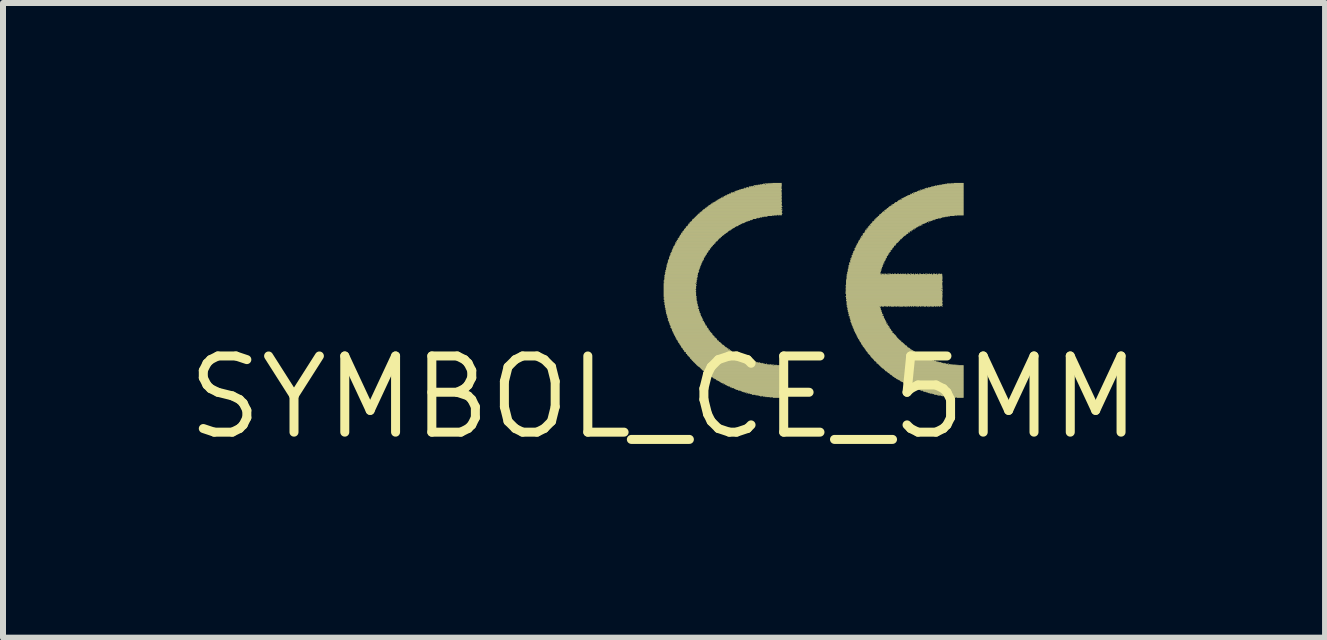
<source format=kicad_pcb>
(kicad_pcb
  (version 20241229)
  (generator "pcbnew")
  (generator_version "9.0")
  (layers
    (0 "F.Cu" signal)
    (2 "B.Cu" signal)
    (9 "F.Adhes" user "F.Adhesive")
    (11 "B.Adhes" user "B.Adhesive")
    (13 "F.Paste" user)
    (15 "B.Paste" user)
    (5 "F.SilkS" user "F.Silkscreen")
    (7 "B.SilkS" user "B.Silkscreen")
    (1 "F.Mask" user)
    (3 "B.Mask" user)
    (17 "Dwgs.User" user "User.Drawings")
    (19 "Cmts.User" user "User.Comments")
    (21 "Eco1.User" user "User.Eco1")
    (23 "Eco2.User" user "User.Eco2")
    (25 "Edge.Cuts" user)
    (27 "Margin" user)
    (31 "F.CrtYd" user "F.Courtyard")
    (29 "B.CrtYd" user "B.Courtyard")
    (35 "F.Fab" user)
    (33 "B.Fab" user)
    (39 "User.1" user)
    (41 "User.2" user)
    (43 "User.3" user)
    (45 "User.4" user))
  (footprint "SYMBOL_CE_5MM"
    (layer "F.Cu")
    (at 8.02 3.575)
    (property "Reference" "SYMBOL_CE_5MM" (at 0 0 0) (layer "F.SilkS") (effects (font (size 1.27 1.27) (thickness 0.15))))
    (attr through_hole)
    (fp_poly (pts (xy -0.005 -1.945) (xy 0.545 -1.945) (xy 0.545 -1.955) (xy -0.005 -1.955)) (stroke (width 0) (type solid)) (fill yes) (layer "F.SilkS"))
    (fp_poly (pts (xy -0.005 -1.925) (xy 0.545 -1.925) (xy 0.545 -1.935) (xy -0.005 -1.935)) (stroke (width 0) (type solid)) (fill yes) (layer "F.SilkS"))
    (fp_poly (pts (xy -0.005 -1.915) (xy 0.535 -1.915) (xy 0.535 -1.925) (xy -0.005 -1.925)) (stroke (width 0) (type solid)) (fill yes) (layer "F.SilkS"))
    (fp_poly (pts (xy -0.005 -1.895) (xy 0.525 -1.895) (xy 0.525 -1.905) (xy -0.005 -1.905)) (stroke (width 0) (type solid)) (fill yes) (layer "F.SilkS"))
    (fp_poly (pts (xy -0.005 -1.885) (xy 0.535 -1.885) (xy 0.535 -1.895) (xy -0.005 -1.895)) (stroke (width 0) (type solid)) (fill yes) (layer "F.SilkS"))
    (fp_poly (pts (xy -0.005 -1.875) (xy 0.535 -1.875) (xy 0.535 -1.885) (xy -0.005 -1.885)) (stroke (width 0) (type solid)) (fill yes) (layer "F.SilkS"))
    (fp_poly (pts (xy -0.005 -1.865) (xy 0.545 -1.865) (xy 0.545 -1.875) (xy -0.005 -1.875)) (stroke (width 0) (type solid)) (fill yes) (layer "F.SilkS"))
    (fp_poly (pts (xy -0.005 -1.855) (xy 0.535 -1.855) (xy 0.535 -1.865) (xy -0.005 -1.865)) (stroke (width 0) (type solid)) (fill yes) (layer "F.SilkS"))
    (fp_poly (pts (xy -0.005 -1.845) (xy 0.535 -1.845) (xy 0.535 -1.855) (xy -0.005 -1.855)) (stroke (width 0) (type solid)) (fill yes) (layer "F.SilkS"))
    (fp_poly (pts (xy -0.005 -1.835) (xy 0.535 -1.835) (xy 0.535 -1.845) (xy -0.005 -1.845)) (stroke (width 0) (type solid)) (fill yes) (layer "F.SilkS"))
    (fp_poly (pts (xy -0.005 -1.825) (xy 0.535 -1.825) (xy 0.535 -1.835) (xy -0.005 -1.835)) (stroke (width 0) (type solid)) (fill yes) (layer "F.SilkS"))
    (fp_poly (pts (xy -0.005 -1.815) (xy 0.535 -1.815) (xy 0.535 -1.825) (xy -0.005 -1.825)) (stroke (width 0) (type solid)) (fill yes) (layer "F.SilkS"))
    (fp_poly (pts (xy -0.005 -1.805) (xy 0.535 -1.805) (xy 0.535 -1.815) (xy -0.005 -1.815)) (stroke (width 0) (type solid)) (fill yes) (layer "F.SilkS"))
    (fp_poly (pts (xy -0.005 -1.795) (xy 0.525 -1.795) (xy 0.525 -1.805) (xy -0.005 -1.805)) (stroke (width 0) (type solid)) (fill yes) (layer "F.SilkS"))
    (fp_poly (pts (xy -0.005 -1.785) (xy 0.535 -1.785) (xy 0.535 -1.795) (xy -0.005 -1.795)) (stroke (width 0) (type solid)) (fill yes) (layer "F.SilkS"))
    (fp_poly (pts (xy -0.005 -1.775) (xy 0.535 -1.775) (xy 0.535 -1.785) (xy -0.005 -1.785)) (stroke (width 0) (type solid)) (fill yes) (layer "F.SilkS"))
    (fp_poly (pts (xy -0.005 -1.765) (xy 0.535 -1.765) (xy 0.535 -1.775) (xy -0.005 -1.775)) (stroke (width 0) (type solid)) (fill yes) (layer "F.SilkS"))
    (fp_poly (pts (xy -0.005 -1.755) (xy 0.525 -1.755) (xy 0.525 -1.765) (xy -0.005 -1.765)) (stroke (width 0) (type solid)) (fill yes) (layer "F.SilkS"))
    (fp_poly (pts (xy -0.005 -1.745) (xy 0.535 -1.745) (xy 0.535 -1.755) (xy -0.005 -1.755)) (stroke (width 0) (type solid)) (fill yes) (layer "F.SilkS"))
    (fp_poly (pts (xy -0.005 -1.735) (xy 0.535 -1.735) (xy 0.535 -1.745) (xy -0.005 -1.745)) (stroke (width 0) (type solid)) (fill yes) (layer "F.SilkS"))
    (fp_poly (pts (xy -0.005 -1.725) (xy 0.535 -1.725) (xy 0.535 -1.735) (xy -0.005 -1.735)) (stroke (width 0) (type solid)) (fill yes) (layer "F.SilkS"))
    (fp_poly (pts (xy -0.005 -1.715) (xy 0.535 -1.715) (xy 0.535 -1.725) (xy -0.005 -1.725)) (stroke (width 0) (type solid)) (fill yes) (layer "F.SilkS"))
    (fp_poly (pts (xy -0.005 -1.705) (xy 0.535 -1.705) (xy 0.535 -1.715) (xy -0.005 -1.715)) (stroke (width 0) (type solid)) (fill yes) (layer "F.SilkS"))
    (fp_poly (pts (xy -0.005 -1.695) (xy 0.535 -1.695) (xy 0.535 -1.705) (xy -0.005 -1.705)) (stroke (width 0) (type solid)) (fill yes) (layer "F.SilkS"))
    (fp_poly (pts (xy -0.005 -1.685) (xy 0.535 -1.685) (xy 0.535 -1.695) (xy -0.005 -1.695)) (stroke (width 0) (type solid)) (fill yes) (layer "F.SilkS"))
    (fp_poly (pts (xy -0.005 -1.675) (xy 0.545 -1.675) (xy 0.545 -1.685) (xy -0.005 -1.685)) (stroke (width 0) (type solid)) (fill yes) (layer "F.SilkS"))
    (fp_poly (pts (xy -0.005 -1.655) (xy 0.545 -1.655) (xy 0.545 -1.665) (xy -0.005 -1.665)) (stroke (width 0) (type solid)) (fill yes) (layer "F.SilkS"))
    (fp_poly (pts (xy -0.005 -1.645) (xy 0.545 -1.645) (xy 0.545 -1.655) (xy -0.005 -1.655)) (stroke (width 0) (type solid)) (fill yes) (layer "F.SilkS"))
    (fp_poly (pts (xy -0.005 -1.625) (xy 0.545 -1.625) (xy 0.545 -1.635) (xy -0.005 -1.635)) (stroke (width 0) (type solid)) (fill yes) (layer "F.SilkS"))
    (fp_poly (pts (xy -0.005 -1.595) (xy 0.555 -1.595) (xy 0.555 -1.605) (xy -0.005 -1.605)) (stroke (width 0) (type solid)) (fill yes) (layer "F.SilkS"))
    (fp_poly (pts (xy 0.005 -2.025) (xy 0.555 -2.025) (xy 0.555 -2.035) (xy 0.005 -2.035)) (stroke (width 0) (type solid)) (fill yes) (layer "F.SilkS"))
    (fp_poly (pts (xy 0.005 -2.005) (xy 0.555 -2.005) (xy 0.555 -2.015) (xy 0.005 -2.015)) (stroke (width 0) (type solid)) (fill yes) (layer "F.SilkS"))
    (fp_poly (pts (xy 0.005 -1.995) (xy 0.555 -1.995) (xy 0.555 -2.005) (xy 0.005 -2.005)) (stroke (width 0) (type solid)) (fill yes) (layer "F.SilkS"))
    (fp_poly (pts (xy 0.005 -1.975) (xy 0.545 -1.975) (xy 0.545 -1.985) (xy 0.005 -1.985)) (stroke (width 0) (type solid)) (fill yes) (layer "F.SilkS"))
    (fp_poly (pts (xy 0.005 -1.965) (xy 0.555 -1.965) (xy 0.555 -1.975) (xy 0.005 -1.975)) (stroke (width 0) (type solid)) (fill yes) (layer "F.SilkS"))
    (fp_poly (pts (xy 0.005 -1.955) (xy 0.545 -1.955) (xy 0.545 -1.965) (xy 0.005 -1.965)) (stroke (width 0) (type solid)) (fill yes) (layer "F.SilkS"))
    (fp_poly (pts (xy 0.005 -1.935) (xy 0.545 -1.935) (xy 0.545 -1.945) (xy 0.005 -1.945)) (stroke (width 0) (type solid)) (fill yes) (layer "F.SilkS"))
    (fp_poly (pts (xy 0.005 -1.905) (xy 0.545 -1.905) (xy 0.545 -1.915) (xy 0.005 -1.915)) (stroke (width 0) (type solid)) (fill yes) (layer "F.SilkS"))
    (fp_poly (pts (xy 0.005 -1.665) (xy 0.535 -1.665) (xy 0.535 -1.675) (xy 0.005 -1.675)) (stroke (width 0) (type solid)) (fill yes) (layer "F.SilkS"))
    (fp_poly (pts (xy 0.005 -1.635) (xy 0.535 -1.635) (xy 0.535 -1.645) (xy 0.005 -1.645)) (stroke (width 0) (type solid)) (fill yes) (layer "F.SilkS"))
    (fp_poly (pts (xy 0.005 -1.615) (xy 0.545 -1.615) (xy 0.545 -1.625) (xy 0.005 -1.625)) (stroke (width 0) (type solid)) (fill yes) (layer "F.SilkS"))
    (fp_poly (pts (xy 0.005 -1.605) (xy 0.545 -1.605) (xy 0.545 -1.615) (xy 0.005 -1.615)) (stroke (width 0) (type solid)) (fill yes) (layer "F.SilkS"))
    (fp_poly (pts (xy 0.005 -1.575) (xy 0.555 -1.575) (xy 0.555 -1.585) (xy 0.005 -1.585)) (stroke (width 0) (type solid)) (fill yes) (layer "F.SilkS"))
    (fp_poly (pts (xy 0.005 -1.565) (xy 0.555 -1.565) (xy 0.555 -1.575) (xy 0.005 -1.575)) (stroke (width 0) (type solid)) (fill yes) (layer "F.SilkS"))
    (fp_poly (pts (xy 0.005 -1.545) (xy 0.565 -1.545) (xy 0.565 -1.555) (xy 0.005 -1.555)) (stroke (width 0) (type solid)) (fill yes) (layer "F.SilkS"))
    (fp_poly (pts (xy 0.015 -2.075) (xy 0.575 -2.075) (xy 0.575 -2.085) (xy 0.015 -2.085)) (stroke (width 0) (type solid)) (fill yes) (layer "F.SilkS"))
    (fp_poly (pts (xy 0.015 -2.055) (xy 0.565 -2.055) (xy 0.565 -2.065) (xy 0.015 -2.065)) (stroke (width 0) (type solid)) (fill yes) (layer "F.SilkS"))
    (fp_poly (pts (xy 0.015 -2.045) (xy 0.565 -2.045) (xy 0.565 -2.055) (xy 0.015 -2.055)) (stroke (width 0) (type solid)) (fill yes) (layer "F.SilkS"))
    (fp_poly (pts (xy 0.015 -2.035) (xy 0.565 -2.035) (xy 0.565 -2.045) (xy 0.015 -2.045)) (stroke (width 0) (type solid)) (fill yes) (layer "F.SilkS"))
    (fp_poly (pts (xy 0.015 -2.015) (xy 0.565 -2.015) (xy 0.565 -2.025) (xy 0.015 -2.025)) (stroke (width 0) (type solid)) (fill yes) (layer "F.SilkS"))
    (fp_poly (pts (xy 0.015 -1.985) (xy 0.555 -1.985) (xy 0.555 -1.995) (xy 0.015 -1.995)) (stroke (width 0) (type solid)) (fill yes) (layer "F.SilkS"))
    (fp_poly (pts (xy 0.015 -1.585) (xy 0.545 -1.585) (xy 0.545 -1.595) (xy 0.015 -1.595)) (stroke (width 0) (type solid)) (fill yes) (layer "F.SilkS"))
    (fp_poly (pts (xy 0.015 -1.555) (xy 0.555 -1.555) (xy 0.555 -1.565) (xy 0.015 -1.565)) (stroke (width 0) (type solid)) (fill yes) (layer "F.SilkS"))
    (fp_poly (pts (xy 0.015 -1.535) (xy 0.555 -1.535) (xy 0.555 -1.545) (xy 0.015 -1.545)) (stroke (width 0) (type solid)) (fill yes) (layer "F.SilkS"))
    (fp_poly (pts (xy 0.015 -1.525) (xy 0.565 -1.525) (xy 0.565 -1.535) (xy 0.015 -1.535)) (stroke (width 0) (type solid)) (fill yes) (layer "F.SilkS"))
    (fp_poly (pts (xy 0.015 -1.515) (xy 0.565 -1.515) (xy 0.565 -1.525) (xy 0.015 -1.525)) (stroke (width 0) (type solid)) (fill yes) (layer "F.SilkS"))
    (fp_poly (pts (xy 0.015 -1.505) (xy 0.575 -1.505) (xy 0.575 -1.515) (xy 0.015 -1.515)) (stroke (width 0) (type solid)) (fill yes) (layer "F.SilkS"))
    (fp_poly (pts (xy 0.015 -1.495) (xy 0.575 -1.495) (xy 0.575 -1.505) (xy 0.015 -1.505)) (stroke (width 0) (type solid)) (fill yes) (layer "F.SilkS"))
    (fp_poly (pts (xy 0.025 -2.115) (xy 0.585 -2.115) (xy 0.585 -2.125) (xy 0.025 -2.125)) (stroke (width 0) (type solid)) (fill yes) (layer "F.SilkS"))
    (fp_poly (pts (xy 0.025 -2.105) (xy 0.575 -2.105) (xy 0.575 -2.115) (xy 0.025 -2.115)) (stroke (width 0) (type solid)) (fill yes) (layer "F.SilkS"))
    (fp_poly (pts (xy 0.025 -2.095) (xy 0.585 -2.095) (xy 0.585 -2.105) (xy 0.025 -2.105)) (stroke (width 0) (type solid)) (fill yes) (layer "F.SilkS"))
    (fp_poly (pts (xy 0.025 -2.085) (xy 0.575 -2.085) (xy 0.575 -2.095) (xy 0.025 -2.095)) (stroke (width 0) (type solid)) (fill yes) (layer "F.SilkS"))
    (fp_poly (pts (xy 0.025 -2.065) (xy 0.565 -2.065) (xy 0.565 -2.075) (xy 0.025 -2.075)) (stroke (width 0) (type solid)) (fill yes) (layer "F.SilkS"))
    (fp_poly (pts (xy 0.025 -1.485) (xy 0.575 -1.485) (xy 0.575 -1.495) (xy 0.025 -1.495)) (stroke (width 0) (type solid)) (fill yes) (layer "F.SilkS"))
    (fp_poly (pts (xy 0.025 -1.475) (xy 0.565 -1.475) (xy 0.565 -1.485) (xy 0.025 -1.485)) (stroke (width 0) (type solid)) (fill yes) (layer "F.SilkS"))
    (fp_poly (pts (xy 0.025 -1.465) (xy 0.585 -1.465) (xy 0.585 -1.475) (xy 0.025 -1.475)) (stroke (width 0) (type solid)) (fill yes) (layer "F.SilkS"))
    (fp_poly (pts (xy 0.025 -1.455) (xy 0.585 -1.455) (xy 0.585 -1.465) (xy 0.025 -1.465)) (stroke (width 0) (type solid)) (fill yes) (layer "F.SilkS"))
    (fp_poly (pts (xy 0.025 -1.435) (xy 0.585 -1.435) (xy 0.585 -1.445) (xy 0.025 -1.445)) (stroke (width 0) (type solid)) (fill yes) (layer "F.SilkS"))
    (fp_poly (pts (xy 0.035 -2.155) (xy 0.595 -2.155) (xy 0.595 -2.165) (xy 0.035 -2.165)) (stroke (width 0) (type solid)) (fill yes) (layer "F.SilkS"))
    (fp_poly (pts (xy 0.035 -2.145) (xy 0.595 -2.145) (xy 0.595 -2.155) (xy 0.035 -2.155)) (stroke (width 0) (type solid)) (fill yes) (layer "F.SilkS"))
    (fp_poly (pts (xy 0.035 -2.135) (xy 0.595 -2.135) (xy 0.595 -2.145) (xy 0.035 -2.145)) (stroke (width 0) (type solid)) (fill yes) (layer "F.SilkS"))
    (fp_poly (pts (xy 0.035 -2.125) (xy 0.585 -2.125) (xy 0.585 -2.135) (xy 0.035 -2.135)) (stroke (width 0) (type solid)) (fill yes) (layer "F.SilkS"))
    (fp_poly (pts (xy 0.035 -1.445) (xy 0.585 -1.445) (xy 0.585 -1.455) (xy 0.035 -1.455)) (stroke (width 0) (type solid)) (fill yes) (layer "F.SilkS"))
    (fp_poly (pts (xy 0.035 -1.425) (xy 0.595 -1.425) (xy 0.595 -1.435) (xy 0.035 -1.435)) (stroke (width 0) (type solid)) (fill yes) (layer "F.SilkS"))
    (fp_poly (pts (xy 0.035 -1.415) (xy 0.595 -1.415) (xy 0.595 -1.425) (xy 0.035 -1.425)) (stroke (width 0) (type solid)) (fill yes) (layer "F.SilkS"))
    (fp_poly (pts (xy 0.035 -1.405) (xy 0.595 -1.405) (xy 0.595 -1.415) (xy 0.035 -1.415)) (stroke (width 0) (type solid)) (fill yes) (layer "F.SilkS"))
    (fp_poly (pts (xy 0.035 -1.395) (xy 0.605 -1.395) (xy 0.605 -1.405) (xy 0.035 -1.405)) (stroke (width 0) (type solid)) (fill yes) (layer "F.SilkS"))
    (fp_poly (pts (xy 0.045 -2.205) (xy 0.615 -2.205) (xy 0.615 -2.215) (xy 0.045 -2.215)) (stroke (width 0) (type solid)) (fill yes) (layer "F.SilkS"))
    (fp_poly (pts (xy 0.045 -2.195) (xy 0.615 -2.195) (xy 0.615 -2.205) (xy 0.045 -2.205)) (stroke (width 0) (type solid)) (fill yes) (layer "F.SilkS"))
    (fp_poly (pts (xy 0.045 -2.185) (xy 0.605 -2.185) (xy 0.605 -2.195) (xy 0.045 -2.195)) (stroke (width 0) (type solid)) (fill yes) (layer "F.SilkS"))
    (fp_poly (pts (xy 0.045 -2.175) (xy 0.605 -2.175) (xy 0.605 -2.185) (xy 0.045 -2.185)) (stroke (width 0) (type solid)) (fill yes) (layer "F.SilkS"))
    (fp_poly (pts (xy 0.045 -2.165) (xy 0.605 -2.165) (xy 0.605 -2.175) (xy 0.045 -2.175)) (stroke (width 0) (type solid)) (fill yes) (layer "F.SilkS"))
    (fp_poly (pts (xy 0.045 -1.385) (xy 0.615 -1.385) (xy 0.615 -1.395) (xy 0.045 -1.395)) (stroke (width 0) (type solid)) (fill yes) (layer "F.SilkS"))
    (fp_poly (pts (xy 0.045 -1.375) (xy 0.605 -1.375) (xy 0.605 -1.385) (xy 0.045 -1.385)) (stroke (width 0) (type solid)) (fill yes) (layer "F.SilkS"))
    (fp_poly (pts (xy 0.045 -1.365) (xy 0.615 -1.365) (xy 0.615 -1.375) (xy 0.045 -1.375)) (stroke (width 0) (type solid)) (fill yes) (layer "F.SilkS"))
    (fp_poly (pts (xy 0.055 -2.235) (xy 0.625 -2.235) (xy 0.625 -2.245) (xy 0.055 -2.245)) (stroke (width 0) (type solid)) (fill yes) (layer "F.SilkS"))
    (fp_poly (pts (xy 0.055 -2.225) (xy 0.625 -2.225) (xy 0.625 -2.235) (xy 0.055 -2.235)) (stroke (width 0) (type solid)) (fill yes) (layer "F.SilkS"))
    (fp_poly (pts (xy 0.055 -2.215) (xy 0.625 -2.215) (xy 0.625 -2.225) (xy 0.055 -2.225)) (stroke (width 0) (type solid)) (fill yes) (layer "F.SilkS"))
    (fp_poly (pts (xy 0.055 -1.355) (xy 0.615 -1.355) (xy 0.615 -1.365) (xy 0.055 -1.365)) (stroke (width 0) (type solid)) (fill yes) (layer "F.SilkS"))
    (fp_poly (pts (xy 0.055 -1.345) (xy 0.625 -1.345) (xy 0.625 -1.355) (xy 0.055 -1.355)) (stroke (width 0) (type solid)) (fill yes) (layer "F.SilkS"))
    (fp_poly (pts (xy 0.055 -1.335) (xy 0.625 -1.335) (xy 0.625 -1.345) (xy 0.055 -1.345)) (stroke (width 0) (type solid)) (fill yes) (layer "F.SilkS"))
    (fp_poly (pts (xy 0.055 -1.325) (xy 0.635 -1.325) (xy 0.635 -1.335) (xy 0.055 -1.335)) (stroke (width 0) (type solid)) (fill yes) (layer "F.SilkS"))
    (fp_poly (pts (xy 0.065 -2.275) (xy 0.655 -2.275) (xy 0.655 -2.285) (xy 0.065 -2.285)) (stroke (width 0) (type solid)) (fill yes) (layer "F.SilkS"))
    (fp_poly (pts (xy 0.065 -2.265) (xy 0.635 -2.265) (xy 0.635 -2.275) (xy 0.065 -2.275)) (stroke (width 0) (type solid)) (fill yes) (layer "F.SilkS"))
    (fp_poly (pts (xy 0.065 -2.255) (xy 0.645 -2.255) (xy 0.645 -2.265) (xy 0.065 -2.265)) (stroke (width 0) (type solid)) (fill yes) (layer "F.SilkS"))
    (fp_poly (pts (xy 0.065 -2.245) (xy 0.635 -2.245) (xy 0.635 -2.255) (xy 0.065 -2.255)) (stroke (width 0) (type solid)) (fill yes) (layer "F.SilkS"))
    (fp_poly (pts (xy 0.065 -1.315) (xy 0.635 -1.315) (xy 0.635 -1.325) (xy 0.065 -1.325)) (stroke (width 0) (type solid)) (fill yes) (layer "F.SilkS"))
    (fp_poly (pts (xy 0.065 -1.305) (xy 0.645 -1.305) (xy 0.645 -1.315) (xy 0.065 -1.315)) (stroke (width 0) (type solid)) (fill yes) (layer "F.SilkS"))
    (fp_poly (pts (xy 0.065 -1.295) (xy 0.645 -1.295) (xy 0.645 -1.305) (xy 0.065 -1.305)) (stroke (width 0) (type solid)) (fill yes) (layer "F.SilkS"))
    (fp_poly (pts (xy 0.065 -1.275) (xy 0.645 -1.275) (xy 0.645 -1.285) (xy 0.065 -1.285)) (stroke (width 0) (type solid)) (fill yes) (layer "F.SilkS"))
    (fp_poly (pts (xy 0.075 -2.295) (xy 0.665 -2.295) (xy 0.665 -2.305) (xy 0.075 -2.305)) (stroke (width 0) (type solid)) (fill yes) (layer "F.SilkS"))
    (fp_poly (pts (xy 0.075 -2.285) (xy 0.645 -2.285) (xy 0.645 -2.295) (xy 0.075 -2.295)) (stroke (width 0) (type solid)) (fill yes) (layer "F.SilkS"))
    (fp_poly (pts (xy 0.075 -1.285) (xy 0.655 -1.285) (xy 0.655 -1.295) (xy 0.075 -1.295)) (stroke (width 0) (type solid)) (fill yes) (layer "F.SilkS"))
    (fp_poly (pts (xy 0.075 -1.255) (xy 0.665 -1.255) (xy 0.665 -1.265) (xy 0.075 -1.265)) (stroke (width 0) (type solid)) (fill yes) (layer "F.SilkS"))
    (fp_poly (pts (xy 0.085 -2.335) (xy 0.665 -2.335) (xy 0.665 -2.345) (xy 0.085 -2.345)) (stroke (width 0) (type solid)) (fill yes) (layer "F.SilkS"))
    (fp_poly (pts (xy 0.085 -2.325) (xy 0.675 -2.325) (xy 0.675 -2.335) (xy 0.085 -2.335)) (stroke (width 0) (type solid)) (fill yes) (layer "F.SilkS"))
    (fp_poly (pts (xy 0.085 -2.315) (xy 0.665 -2.315) (xy 0.665 -2.325) (xy 0.085 -2.325)) (stroke (width 0) (type solid)) (fill yes) (layer "F.SilkS"))
    (fp_poly (pts (xy 0.085 -2.305) (xy 0.665 -2.305) (xy 0.665 -2.315) (xy 0.085 -2.315)) (stroke (width 0) (type solid)) (fill yes) (layer "F.SilkS"))
    (fp_poly (pts (xy 0.085 -1.265) (xy 0.665 -1.265) (xy 0.665 -1.275) (xy 0.085 -1.275)) (stroke (width 0) (type solid)) (fill yes) (layer "F.SilkS"))
    (fp_poly (pts (xy 0.085 -1.245) (xy 0.675 -1.245) (xy 0.675 -1.255) (xy 0.085 -1.255)) (stroke (width 0) (type solid)) (fill yes) (layer "F.SilkS"))
    (fp_poly (pts (xy 0.085 -1.235) (xy 0.675 -1.235) (xy 0.675 -1.245) (xy 0.085 -1.245)) (stroke (width 0) (type solid)) (fill yes) (layer "F.SilkS"))
    (fp_poly (pts (xy 0.095 -2.355) (xy 0.695 -2.355) (xy 0.695 -2.365) (xy 0.095 -2.365)) (stroke (width 0) (type solid)) (fill yes) (layer "F.SilkS"))
    (fp_poly (pts (xy 0.095 -2.345) (xy 0.685 -2.345) (xy 0.685 -2.355) (xy 0.095 -2.355)) (stroke (width 0) (type solid)) (fill yes) (layer "F.SilkS"))
    (fp_poly (pts (xy 0.095 -1.225) (xy 0.685 -1.225) (xy 0.685 -1.235) (xy 0.095 -1.235)) (stroke (width 0) (type solid)) (fill yes) (layer "F.SilkS"))
    (fp_poly (pts (xy 0.095 -1.215) (xy 0.685 -1.215) (xy 0.685 -1.225) (xy 0.095 -1.225)) (stroke (width 0) (type solid)) (fill yes) (layer "F.SilkS"))
    (fp_poly (pts (xy 0.095 -1.205) (xy 0.695 -1.205) (xy 0.695 -1.215) (xy 0.095 -1.215)) (stroke (width 0) (type solid)) (fill yes) (layer "F.SilkS"))
    (fp_poly (pts (xy 0.105 -2.395) (xy 0.715 -2.395) (xy 0.715 -2.405) (xy 0.105 -2.405)) (stroke (width 0) (type solid)) (fill yes) (layer "F.SilkS"))
    (fp_poly (pts (xy 0.105 -2.375) (xy 0.705 -2.375) (xy 0.705 -2.385) (xy 0.105 -2.385)) (stroke (width 0) (type solid)) (fill yes) (layer "F.SilkS"))
    (fp_poly (pts (xy 0.105 -2.365) (xy 0.695 -2.365) (xy 0.695 -2.375) (xy 0.105 -2.375)) (stroke (width 0) (type solid)) (fill yes) (layer "F.SilkS"))
    (fp_poly (pts (xy 0.105 -1.195) (xy 0.695 -1.195) (xy 0.695 -1.205) (xy 0.105 -1.205)) (stroke (width 0) (type solid)) (fill yes) (layer "F.SilkS"))
    (fp_poly (pts (xy 0.105 -1.185) (xy 0.715 -1.185) (xy 0.715 -1.195) (xy 0.105 -1.195)) (stroke (width 0) (type solid)) (fill yes) (layer "F.SilkS"))
    (fp_poly (pts (xy 0.105 -1.165) (xy 0.715 -1.165) (xy 0.715 -1.175) (xy 0.105 -1.175)) (stroke (width 0) (type solid)) (fill yes) (layer "F.SilkS"))
    (fp_poly (pts (xy 0.115 -2.415) (xy 0.735 -2.415) (xy 0.735 -2.425) (xy 0.115 -2.425)) (stroke (width 0) (type solid)) (fill yes) (layer "F.SilkS"))
    (fp_poly (pts (xy 0.115 -2.385) (xy 0.715 -2.385) (xy 0.715 -2.395) (xy 0.115 -2.395)) (stroke (width 0) (type solid)) (fill yes) (layer "F.SilkS"))
    (fp_poly (pts (xy 0.115 -1.175) (xy 0.715 -1.175) (xy 0.715 -1.185) (xy 0.115 -1.185)) (stroke (width 0) (type solid)) (fill yes) (layer "F.SilkS"))
    (fp_poly (pts (xy 0.115 -1.155) (xy 0.725 -1.155) (xy 0.725 -1.165) (xy 0.115 -1.165)) (stroke (width 0) (type solid)) (fill yes) (layer "F.SilkS"))
    (fp_poly (pts (xy 0.125 -2.435) (xy 0.745 -2.435) (xy 0.745 -2.445) (xy 0.125 -2.445)) (stroke (width 0) (type solid)) (fill yes) (layer "F.SilkS"))
    (fp_poly (pts (xy 0.125 -2.405) (xy 0.715 -2.405) (xy 0.715 -2.415) (xy 0.125 -2.415)) (stroke (width 0) (type solid)) (fill yes) (layer "F.SilkS"))
    (fp_poly (pts (xy 0.125 -1.145) (xy 0.735 -1.145) (xy 0.735 -1.155) (xy 0.125 -1.155)) (stroke (width 0) (type solid)) (fill yes) (layer "F.SilkS"))
    (fp_poly (pts (xy 0.125 -1.135) (xy 0.745 -1.135) (xy 0.745 -1.145) (xy 0.125 -1.145)) (stroke (width 0) (type solid)) (fill yes) (layer "F.SilkS"))
    (fp_poly (pts (xy 0.135 -2.455) (xy 0.765 -2.455) (xy 0.765 -2.465) (xy 0.135 -2.465)) (stroke (width 0) (type solid)) (fill yes) (layer "F.SilkS"))
    (fp_poly (pts (xy 0.135 -2.445) (xy 0.745 -2.445) (xy 0.745 -2.455) (xy 0.135 -2.455)) (stroke (width 0) (type solid)) (fill yes) (layer "F.SilkS"))
    (fp_poly (pts (xy 0.135 -2.425) (xy 0.735 -2.425) (xy 0.735 -2.435) (xy 0.135 -2.435)) (stroke (width 0) (type solid)) (fill yes) (layer "F.SilkS"))
    (fp_poly (pts (xy 0.135 -1.125) (xy 0.745 -1.125) (xy 0.745 -1.135) (xy 0.135 -1.135)) (stroke (width 0) (type solid)) (fill yes) (layer "F.SilkS"))
    (fp_poly (pts (xy 0.135 -1.115) (xy 0.745 -1.115) (xy 0.745 -1.125) (xy 0.135 -1.125)) (stroke (width 0) (type solid)) (fill yes) (layer "F.SilkS"))
    (fp_poly (pts (xy 0.135 -1.105) (xy 0.765 -1.105) (xy 0.765 -1.115) (xy 0.135 -1.115)) (stroke (width 0) (type solid)) (fill yes) (layer "F.SilkS"))
    (fp_poly (pts (xy 0.145 -2.475) (xy 0.765 -2.475) (xy 0.765 -2.485) (xy 0.145 -2.485)) (stroke (width 0) (type solid)) (fill yes) (layer "F.SilkS"))
    (fp_poly (pts (xy 0.145 -2.465) (xy 0.765 -2.465) (xy 0.765 -2.475) (xy 0.145 -2.475)) (stroke (width 0) (type solid)) (fill yes) (layer "F.SilkS"))
    (fp_poly (pts (xy 0.145 -1.095) (xy 0.765 -1.095) (xy 0.765 -1.105) (xy 0.145 -1.105)) (stroke (width 0) (type solid)) (fill yes) (layer "F.SilkS"))
    (fp_poly (pts (xy 0.145 -1.085) (xy 0.775 -1.085) (xy 0.775 -1.095) (xy 0.145 -1.095)) (stroke (width 0) (type solid)) (fill yes) (layer "F.SilkS"))
    (fp_poly (pts (xy 0.155 -2.505) (xy 0.795 -2.505) (xy 0.795 -2.515) (xy 0.155 -2.515)) (stroke (width 0) (type solid)) (fill yes) (layer "F.SilkS"))
    (fp_poly (pts (xy 0.155 -2.495) (xy 0.785 -2.495) (xy 0.785 -2.505) (xy 0.155 -2.505)) (stroke (width 0) (type solid)) (fill yes) (layer "F.SilkS"))
    (fp_poly (pts (xy 0.155 -2.485) (xy 0.785 -2.485) (xy 0.785 -2.495) (xy 0.155 -2.495)) (stroke (width 0) (type solid)) (fill yes) (layer "F.SilkS"))
    (fp_poly (pts (xy 0.155 -1.075) (xy 0.785 -1.075) (xy 0.785 -1.085) (xy 0.155 -1.085)) (stroke (width 0) (type solid)) (fill yes) (layer "F.SilkS"))
    (fp_poly (pts (xy 0.155 -1.065) (xy 0.795 -1.065) (xy 0.795 -1.075) (xy 0.155 -1.075)) (stroke (width 0) (type solid)) (fill yes) (layer "F.SilkS"))
    (fp_poly (pts (xy 0.165 -2.515) (xy 0.805 -2.515) (xy 0.805 -2.525) (xy 0.165 -2.525)) (stroke (width 0) (type solid)) (fill yes) (layer "F.SilkS"))
    (fp_poly (pts (xy 0.165 -1.055) (xy 0.805 -1.055) (xy 0.805 -1.065) (xy 0.165 -1.065)) (stroke (width 0) (type solid)) (fill yes) (layer "F.SilkS"))
    (fp_poly (pts (xy 0.165 -1.045) (xy 0.805 -1.045) (xy 0.805 -1.055) (xy 0.165 -1.055)) (stroke (width 0) (type solid)) (fill yes) (layer "F.SilkS"))
    (fp_poly (pts (xy 0.175 -2.535) (xy 0.815 -2.535) (xy 0.815 -2.545) (xy 0.175 -2.545)) (stroke (width 0) (type solid)) (fill yes) (layer "F.SilkS"))
    (fp_poly (pts (xy 0.175 -2.525) (xy 0.815 -2.525) (xy 0.815 -2.535) (xy 0.175 -2.535)) (stroke (width 0) (type solid)) (fill yes) (layer "F.SilkS"))
    (fp_poly (pts (xy 0.175 -1.035) (xy 0.815 -1.035) (xy 0.815 -1.045) (xy 0.175 -1.045)) (stroke (width 0) (type solid)) (fill yes) (layer "F.SilkS"))
    (fp_poly (pts (xy 0.175 -1.025) (xy 0.825 -1.025) (xy 0.825 -1.035) (xy 0.175 -1.035)) (stroke (width 0) (type solid)) (fill yes) (layer "F.SilkS"))
    (fp_poly (pts (xy 0.185 -2.575) (xy 0.195 -2.575) (xy 0.195 -2.585) (xy 0.185 -2.585)) (stroke (width 0) (type solid)) (fill yes) (layer "F.SilkS"))
    (fp_poly (pts (xy 0.185 -2.555) (xy 0.835 -2.555) (xy 0.835 -2.565) (xy 0.185 -2.565)) (stroke (width 0) (type solid)) (fill yes) (layer "F.SilkS"))
    (fp_poly (pts (xy 0.185 -2.545) (xy 0.835 -2.545) (xy 0.835 -2.555) (xy 0.185 -2.555)) (stroke (width 0) (type solid)) (fill yes) (layer "F.SilkS"))
    (fp_poly (pts (xy 0.185 -1.015) (xy 0.835 -1.015) (xy 0.835 -1.025) (xy 0.185 -1.025)) (stroke (width 0) (type solid)) (fill yes) (layer "F.SilkS"))
    (fp_poly (pts (xy 0.185 -1.005) (xy 0.845 -1.005) (xy 0.845 -1.015) (xy 0.185 -1.015)) (stroke (width 0) (type solid)) (fill yes) (layer "F.SilkS"))
    (fp_poly (pts (xy 0.195 -2.565) (xy 0.855 -2.565) (xy 0.855 -2.575) (xy 0.195 -2.575)) (stroke (width 0) (type solid)) (fill yes) (layer "F.SilkS"))
    (fp_poly (pts (xy 0.195 -0.995) (xy 0.845 -0.995) (xy 0.845 -1.005) (xy 0.195 -1.005)) (stroke (width 0) (type solid)) (fill yes) (layer "F.SilkS"))
    (fp_poly (pts (xy 0.195 -0.985) (xy 0.865 -0.985) (xy 0.865 -0.995) (xy 0.195 -0.995)) (stroke (width 0) (type solid)) (fill yes) (layer "F.SilkS"))
    (fp_poly (pts (xy 0.205 -2.595) (xy 0.875 -2.595) (xy 0.875 -2.605) (xy 0.205 -2.605)) (stroke (width 0) (type solid)) (fill yes) (layer "F.SilkS"))
    (fp_poly (pts (xy 0.205 -2.585) (xy 0.865 -2.585) (xy 0.865 -2.595) (xy 0.205 -2.595)) (stroke (width 0) (type solid)) (fill yes) (layer "F.SilkS"))
    (fp_poly (pts (xy 0.205 -2.575) (xy 0.855 -2.575) (xy 0.855 -2.585) (xy 0.205 -2.585)) (stroke (width 0) (type solid)) (fill yes) (layer "F.SilkS"))
    (fp_poly (pts (xy 0.205 -0.975) (xy 0.875 -0.975) (xy 0.875 -0.985) (xy 0.205 -0.985)) (stroke (width 0) (type solid)) (fill yes) (layer "F.SilkS"))
    (fp_poly (pts (xy 0.205 -0.965) (xy 0.885 -0.965) (xy 0.885 -0.975) (xy 0.205 -0.975)) (stroke (width 0) (type solid)) (fill yes) (layer "F.SilkS"))
    (fp_poly (pts (xy 0.215 -2.615) (xy 0.895 -2.615) (xy 0.895 -2.625) (xy 0.215 -2.625)) (stroke (width 0) (type solid)) (fill yes) (layer "F.SilkS"))
    (fp_poly (pts (xy 0.215 -2.605) (xy 0.895 -2.605) (xy 0.895 -2.615) (xy 0.215 -2.615)) (stroke (width 0) (type solid)) (fill yes) (layer "F.SilkS"))
    (fp_poly (pts (xy 0.215 -0.955) (xy 0.885 -0.955) (xy 0.885 -0.965) (xy 0.215 -0.965)) (stroke (width 0) (type solid)) (fill yes) (layer "F.SilkS"))
    (fp_poly (pts (xy 0.225 -2.635) (xy 0.915 -2.635) (xy 0.915 -2.645) (xy 0.225 -2.645)) (stroke (width 0) (type solid)) (fill yes) (layer "F.SilkS"))
    (fp_poly (pts (xy 0.225 -0.945) (xy 0.895 -0.945) (xy 0.895 -0.955) (xy 0.225 -0.955)) (stroke (width 0) (type solid)) (fill yes) (layer "F.SilkS"))
    (fp_poly (pts (xy 0.225 -0.935) (xy 0.915 -0.935) (xy 0.915 -0.945) (xy 0.225 -0.945)) (stroke (width 0) (type solid)) (fill yes) (layer "F.SilkS"))
    (fp_poly (pts (xy 0.235 -2.645) (xy 0.925 -2.645) (xy 0.925 -2.655) (xy 0.235 -2.655)) (stroke (width 0) (type solid)) (fill yes) (layer "F.SilkS"))
    (fp_poly (pts (xy 0.235 -2.625) (xy 0.905 -2.625) (xy 0.905 -2.635) (xy 0.235 -2.635)) (stroke (width 0) (type solid)) (fill yes) (layer "F.SilkS"))
    (fp_poly (pts (xy 0.235 -0.925) (xy 0.915 -0.925) (xy 0.915 -0.935) (xy 0.235 -0.935)) (stroke (width 0) (type solid)) (fill yes) (layer "F.SilkS"))
    (fp_poly (pts (xy 0.235 -0.915) (xy 0.935 -0.915) (xy 0.935 -0.925) (xy 0.235 -0.925)) (stroke (width 0) (type solid)) (fill yes) (layer "F.SilkS"))
    (fp_poly (pts (xy 0.245 -2.655) (xy 0.945 -2.655) (xy 0.945 -2.665) (xy 0.245 -2.665)) (stroke (width 0) (type solid)) (fill yes) (layer "F.SilkS"))
    (fp_poly (pts (xy 0.245 -0.905) (xy 0.945 -0.905) (xy 0.945 -0.915) (xy 0.245 -0.915)) (stroke (width 0) (type solid)) (fill yes) (layer "F.SilkS"))
    (fp_poly (pts (xy 0.255 -2.675) (xy 0.965 -2.675) (xy 0.965 -2.685) (xy 0.255 -2.685)) (stroke (width 0) (type solid)) (fill yes) (layer "F.SilkS"))
    (fp_poly (pts (xy 0.255 -2.665) (xy 0.945 -2.665) (xy 0.945 -2.675) (xy 0.255 -2.675)) (stroke (width 0) (type solid)) (fill yes) (layer "F.SilkS"))
    (fp_poly (pts (xy 0.255 -0.895) (xy 0.955 -0.895) (xy 0.955 -0.905) (xy 0.255 -0.905)) (stroke (width 0) (type solid)) (fill yes) (layer "F.SilkS"))
    (fp_poly (pts (xy 0.255 -0.885) (xy 0.965 -0.885) (xy 0.965 -0.895) (xy 0.255 -0.895)) (stroke (width 0) (type solid)) (fill yes) (layer "F.SilkS"))
    (fp_poly (pts (xy 0.265 -2.695) (xy 0.985 -2.695) (xy 0.985 -2.705) (xy 0.265 -2.705)) (stroke (width 0) (type solid)) (fill yes) (layer "F.SilkS"))
    (fp_poly (pts (xy 0.265 -2.685) (xy 0.965 -2.685) (xy 0.965 -2.695) (xy 0.265 -2.695)) (stroke (width 0) (type solid)) (fill yes) (layer "F.SilkS"))
    (fp_poly (pts (xy 0.265 -0.875) (xy 0.975 -0.875) (xy 0.975 -0.885) (xy 0.265 -0.885)) (stroke (width 0) (type solid)) (fill yes) (layer "F.SilkS"))
    (fp_poly (pts (xy 0.275 -2.705) (xy 1.005 -2.705) (xy 1.005 -2.715) (xy 0.275 -2.715)) (stroke (width 0) (type solid)) (fill yes) (layer "F.SilkS"))
    (fp_poly (pts (xy 0.275 -0.865) (xy 0.995 -0.865) (xy 0.995 -0.875) (xy 0.275 -0.875)) (stroke (width 0) (type solid)) (fill yes) (layer "F.SilkS"))
    (fp_poly (pts (xy 0.275 -0.855) (xy 1.005 -0.855) (xy 1.005 -0.865) (xy 0.275 -0.865)) (stroke (width 0) (type solid)) (fill yes) (layer "F.SilkS"))
    (fp_poly (pts (xy 0.285 -2.735) (xy 0.295 -2.735) (xy 0.295 -2.745) (xy 0.285 -2.745)) (stroke (width 0) (type solid)) (fill yes) (layer "F.SilkS"))
    (fp_poly (pts (xy 0.285 -2.725) (xy 1.025 -2.725) (xy 1.025 -2.735) (xy 0.285 -2.735)) (stroke (width 0) (type solid)) (fill yes) (layer "F.SilkS"))
    (fp_poly (pts (xy 0.285 -2.715) (xy 1.005 -2.715) (xy 1.005 -2.725) (xy 0.285 -2.725)) (stroke (width 0) (type solid)) (fill yes) (layer "F.SilkS"))
    (fp_poly (pts (xy 0.285 -0.845) (xy 1.015 -0.845) (xy 1.015 -0.855) (xy 0.285 -0.855)) (stroke (width 0) (type solid)) (fill yes) (layer "F.SilkS"))
    (fp_poly (pts (xy 0.285 -0.835) (xy 1.025 -0.835) (xy 1.025 -0.845) (xy 0.285 -0.845)) (stroke (width 0) (type solid)) (fill yes) (layer "F.SilkS"))
    (fp_poly (pts (xy 0.295 -0.825) (xy 1.045 -0.825) (xy 1.045 -0.835) (xy 0.295 -0.835)) (stroke (width 0) (type solid)) (fill yes) (layer "F.SilkS"))
    (fp_poly (pts (xy 0.305 -2.755) (xy 1.065 -2.755) (xy 1.065 -2.765) (xy 0.305 -2.765)) (stroke (width 0) (type solid)) (fill yes) (layer "F.SilkS"))
    (fp_poly (pts (xy 0.305 -2.745) (xy 1.055 -2.745) (xy 1.055 -2.755) (xy 0.305 -2.755)) (stroke (width 0) (type solid)) (fill yes) (layer "F.SilkS"))
    (fp_poly (pts (xy 0.305 -2.735) (xy 1.035 -2.735) (xy 1.035 -2.745) (xy 0.305 -2.745)) (stroke (width 0) (type solid)) (fill yes) (layer "F.SilkS"))
    (fp_poly (pts (xy 0.305 -0.815) (xy 1.055 -0.815) (xy 1.055 -0.825) (xy 0.305 -0.825)) (stroke (width 0) (type solid)) (fill yes) (layer "F.SilkS"))
    (fp_poly (pts (xy 0.315 -2.765) (xy 1.075 -2.765) (xy 1.075 -2.775) (xy 0.315 -2.775)) (stroke (width 0) (type solid)) (fill yes) (layer "F.SilkS"))
    (fp_poly (pts (xy 0.315 -0.805) (xy 1.075 -0.805) (xy 1.075 -0.815) (xy 0.315 -0.815)) (stroke (width 0) (type solid)) (fill yes) (layer "F.SilkS"))
    (fp_poly (pts (xy 0.315 -0.795) (xy 1.075 -0.795) (xy 1.075 -0.805) (xy 0.315 -0.805)) (stroke (width 0) (type solid)) (fill yes) (layer "F.SilkS"))
    (fp_poly (pts (xy 0.325 -2.775) (xy 1.085 -2.775) (xy 1.085 -2.785) (xy 0.325 -2.785)) (stroke (width 0) (type solid)) (fill yes) (layer "F.SilkS"))
    (fp_poly (pts (xy 0.325 -0.785) (xy 1.095 -0.785) (xy 1.095 -0.795) (xy 0.325 -0.795)) (stroke (width 0) (type solid)) (fill yes) (layer "F.SilkS"))
    (fp_poly (pts (xy 0.335 -2.795) (xy 1.125 -2.795) (xy 1.125 -2.805) (xy 0.335 -2.805)) (stroke (width 0) (type solid)) (fill yes) (layer "F.SilkS"))
    (fp_poly (pts (xy 0.335 -2.785) (xy 1.105 -2.785) (xy 1.105 -2.795) (xy 0.335 -2.795)) (stroke (width 0) (type solid)) (fill yes) (layer "F.SilkS"))
    (fp_poly (pts (xy 0.335 -0.775) (xy 1.115 -0.775) (xy 1.115 -0.785) (xy 0.335 -0.785)) (stroke (width 0) (type solid)) (fill yes) (layer "F.SilkS"))
    (fp_poly (pts (xy 0.335 -0.765) (xy 1.135 -0.765) (xy 1.135 -0.775) (xy 0.335 -0.775)) (stroke (width 0) (type solid)) (fill yes) (layer "F.SilkS"))
    (fp_poly (pts (xy 0.345 -2.805) (xy 1.135 -2.805) (xy 1.135 -2.815) (xy 0.345 -2.815)) (stroke (width 0) (type solid)) (fill yes) (layer "F.SilkS"))
    (fp_poly (pts (xy 0.345 -0.755) (xy 1.135 -0.755) (xy 1.135 -0.765) (xy 0.345 -0.765)) (stroke (width 0) (type solid)) (fill yes) (layer "F.SilkS"))
    (fp_poly (pts (xy 0.355 -2.815) (xy 1.155 -2.815) (xy 1.155 -2.825) (xy 0.355 -2.825)) (stroke (width 0) (type solid)) (fill yes) (layer "F.SilkS"))
    (fp_poly (pts (xy 0.365 -2.835) (xy 1.185 -2.835) (xy 1.185 -2.845) (xy 0.365 -2.845)) (stroke (width 0) (type solid)) (fill yes) (layer "F.SilkS"))
    (fp_poly (pts (xy 0.365 -2.825) (xy 1.175 -2.825) (xy 1.175 -2.835) (xy 0.365 -2.835)) (stroke (width 0) (type solid)) (fill yes) (layer "F.SilkS"))
    (fp_poly (pts (xy 0.365 -0.745) (xy 1.165 -0.745) (xy 1.165 -0.755) (xy 0.365 -0.755)) (stroke (width 0) (type solid)) (fill yes) (layer "F.SilkS"))
    (fp_poly (pts (xy 0.365 -0.735) (xy 1.185 -0.735) (xy 1.185 -0.745) (xy 0.365 -0.745)) (stroke (width 0) (type solid)) (fill yes) (layer "F.SilkS"))
    (fp_poly (pts (xy 0.365 -0.725) (xy 1.195 -0.725) (xy 1.195 -0.735) (xy 0.365 -0.735)) (stroke (width 0) (type solid)) (fill yes) (layer "F.SilkS"))
    (fp_poly (pts (xy 0.375 -2.845) (xy 1.205 -2.845) (xy 1.205 -2.855) (xy 0.375 -2.855)) (stroke (width 0) (type solid)) (fill yes) (layer "F.SilkS"))
    (fp_poly (pts (xy 0.385 -0.715) (xy 1.215 -0.715) (xy 1.215 -0.725) (xy 0.385 -0.725)) (stroke (width 0) (type solid)) (fill yes) (layer "F.SilkS"))
    (fp_poly (pts (xy 0.385 -0.705) (xy 1.225 -0.705) (xy 1.225 -0.715) (xy 0.385 -0.715)) (stroke (width 0) (type solid)) (fill yes) (layer "F.SilkS"))
    (fp_poly (pts (xy 0.395 -2.865) (xy 1.245 -2.865) (xy 1.245 -2.875) (xy 0.395 -2.875)) (stroke (width 0) (type solid)) (fill yes) (layer "F.SilkS"))
    (fp_poly (pts (xy 0.395 -2.855) (xy 1.235 -2.855) (xy 1.235 -2.865) (xy 0.395 -2.865)) (stroke (width 0) (type solid)) (fill yes) (layer "F.SilkS"))
    (fp_poly (pts (xy 0.395 -0.695) (xy 1.255 -0.695) (xy 1.255 -0.705) (xy 0.395 -0.705)) (stroke (width 0) (type solid)) (fill yes) (layer "F.SilkS"))
    (fp_poly (pts (xy 0.405 -2.885) (xy 1.285 -2.885) (xy 1.285 -2.895) (xy 0.405 -2.895)) (stroke (width 0) (type solid)) (fill yes) (layer "F.SilkS"))
    (fp_poly (pts (xy 0.405 -2.875) (xy 1.265 -2.875) (xy 1.265 -2.885) (xy 0.405 -2.885)) (stroke (width 0) (type solid)) (fill yes) (layer "F.SilkS"))
    (fp_poly (pts (xy 0.405 -0.685) (xy 1.275 -0.685) (xy 1.275 -0.695) (xy 0.405 -0.695)) (stroke (width 0) (type solid)) (fill yes) (layer "F.SilkS"))
    (fp_poly (pts (xy 0.415 -0.675) (xy 1.295 -0.675) (xy 1.295 -0.685) (xy 0.415 -0.685)) (stroke (width 0) (type solid)) (fill yes) (layer "F.SilkS"))
    (fp_poly (pts (xy 0.425 -2.905) (xy 1.335 -2.905) (xy 1.335 -2.915) (xy 0.425 -2.915)) (stroke (width 0) (type solid)) (fill yes) (layer "F.SilkS"))
    (fp_poly (pts (xy 0.425 -2.895) (xy 1.305 -2.895) (xy 1.305 -2.905) (xy 0.425 -2.905)) (stroke (width 0) (type solid)) (fill yes) (layer "F.SilkS"))
    (fp_poly (pts (xy 0.425 -0.665) (xy 1.325 -0.665) (xy 1.325 -0.675) (xy 0.425 -0.675)) (stroke (width 0) (type solid)) (fill yes) (layer "F.SilkS"))
    (fp_poly (pts (xy 0.435 -2.915) (xy 1.355 -2.915) (xy 1.355 -2.925) (xy 0.435 -2.925)) (stroke (width 0) (type solid)) (fill yes) (layer "F.SilkS"))
    (fp_poly (pts (xy 0.435 -0.655) (xy 1.345 -0.655) (xy 1.345 -0.665) (xy 0.435 -0.665)) (stroke (width 0) (type solid)) (fill yes) (layer "F.SilkS"))
    (fp_poly (pts (xy 0.435 -0.645) (xy 1.355 -0.645) (xy 1.355 -0.655) (xy 0.435 -0.655)) (stroke (width 0) (type solid)) (fill yes) (layer "F.SilkS"))
    (fp_poly (pts (xy 0.445 -2.925) (xy 1.375 -2.925) (xy 1.375 -2.935) (xy 0.445 -2.935)) (stroke (width 0) (type solid)) (fill yes) (layer "F.SilkS"))
    (fp_poly (pts (xy 0.455 -0.635) (xy 1.385 -0.635) (xy 1.385 -0.645) (xy 0.455 -0.645)) (stroke (width 0) (type solid)) (fill yes) (layer "F.SilkS"))
    (fp_poly (pts (xy 0.455 -0.625) (xy 1.425 -0.625) (xy 1.425 -0.635) (xy 0.455 -0.635)) (stroke (width 0) (type solid)) (fill yes) (layer "F.SilkS"))
    (fp_poly (pts (xy 0.465 -2.945) (xy 1.435 -2.945) (xy 1.435 -2.955) (xy 0.465 -2.955)) (stroke (width 0) (type solid)) (fill yes) (layer "F.SilkS"))
    (fp_poly (pts (xy 0.465 -2.935) (xy 1.405 -2.935) (xy 1.405 -2.945) (xy 0.465 -2.945)) (stroke (width 0) (type solid)) (fill yes) (layer "F.SilkS"))
    (fp_poly (pts (xy 0.465 -0.615) (xy 1.435 -0.615) (xy 1.435 -0.625) (xy 0.465 -0.625)) (stroke (width 0) (type solid)) (fill yes) (layer "F.SilkS"))
    (fp_poly (pts (xy 0.475 -2.965) (xy 1.485 -2.965) (xy 1.485 -2.975) (xy 0.475 -2.975)) (stroke (width 0) (type solid)) (fill yes) (layer "F.SilkS"))
    (fp_poly (pts (xy 0.475 -2.955) (xy 1.465 -2.955) (xy 1.465 -2.965) (xy 0.475 -2.965)) (stroke (width 0) (type solid)) (fill yes) (layer "F.SilkS"))
    (fp_poly (pts (xy 0.475 -0.605) (xy 1.465 -0.605) (xy 1.465 -0.615) (xy 0.475 -0.615)) (stroke (width 0) (type solid)) (fill yes) (layer "F.SilkS"))
    (fp_poly (pts (xy 0.485 -0.595) (xy 1.505 -0.595) (xy 1.505 -0.605) (xy 0.485 -0.605)) (stroke (width 0) (type solid)) (fill yes) (layer "F.SilkS"))
    (fp_poly (pts (xy 0.495 -2.975) (xy 1.535 -2.975) (xy 1.535 -2.985) (xy 0.495 -2.985)) (stroke (width 0) (type solid)) (fill yes) (layer "F.SilkS"))
    (fp_poly (pts (xy 0.495 -0.585) (xy 1.535 -0.585) (xy 1.535 -0.595) (xy 0.495 -0.595)) (stroke (width 0) (type solid)) (fill yes) (layer "F.SilkS"))
    (fp_poly (pts (xy 0.505 -2.985) (xy 1.555 -2.985) (xy 1.555 -2.995) (xy 0.505 -2.995)) (stroke (width 0) (type solid)) (fill yes) (layer "F.SilkS"))
    (fp_poly (pts (xy 0.505 -0.575) (xy 1.565 -0.575) (xy 1.565 -0.585) (xy 0.505 -0.585)) (stroke (width 0) (type solid)) (fill yes) (layer "F.SilkS"))
    (fp_poly (pts (xy 0.515 -2.995) (xy 1.605 -2.995) (xy 1.605 -3.005) (xy 0.515 -3.005)) (stroke (width 0) (type solid)) (fill yes) (layer "F.SilkS"))
    (fp_poly (pts (xy 0.515 -0.565) (xy 1.625 -0.565) (xy 1.625 -0.575) (xy 0.515 -0.575)) (stroke (width 0) (type solid)) (fill yes) (layer "F.SilkS"))
    (fp_poly (pts (xy 0.525 -3.005) (xy 1.645 -3.005) (xy 1.645 -3.015) (xy 0.525 -3.015)) (stroke (width 0) (type solid)) (fill yes) (layer "F.SilkS"))
    (fp_poly (pts (xy 0.525 -0.555) (xy 1.665 -0.555) (xy 1.665 -0.565) (xy 0.525 -0.565)) (stroke (width 0) (type solid)) (fill yes) (layer "F.SilkS"))
    (fp_poly (pts (xy 0.535 -3.015) (xy 1.725 -3.015) (xy 1.725 -3.025) (xy 0.535 -3.025)) (stroke (width 0) (type solid)) (fill yes) (layer "F.SilkS"))
    (fp_poly (pts (xy 0.535 -1.895) (xy 0.545 -1.895) (xy 0.545 -1.905) (xy 0.535 -1.905)) (stroke (width 0) (type solid)) (fill yes) (layer "F.SilkS"))
    (fp_poly (pts (xy 0.535 -0.545) (xy 1.715 -0.545) (xy 1.715 -0.555) (xy 0.535 -0.555)) (stroke (width 0) (type solid)) (fill yes) (layer "F.SilkS"))
    (fp_poly (pts (xy 0.545 -3.025) (xy 1.805 -3.025) (xy 1.805 -3.035) (xy 0.545 -3.035)) (stroke (width 0) (type solid)) (fill yes) (layer "F.SilkS"))
    (fp_poly (pts (xy 0.545 -0.535) (xy 1.835 -0.535) (xy 1.835 -0.545) (xy 0.545 -0.545)) (stroke (width 0) (type solid)) (fill yes) (layer "F.SilkS"))
    (fp_poly (pts (xy 0.555 -3.035) (xy 1.885 -3.035) (xy 1.885 -3.045) (xy 0.555 -3.045)) (stroke (width 0) (type solid)) (fill yes) (layer "F.SilkS"))
    (fp_poly (pts (xy 0.555 -0.525) (xy 1.815 -0.525) (xy 1.815 -0.535) (xy 0.555 -0.535)) (stroke (width 0) (type solid)) (fill yes) (layer "F.SilkS"))
    (fp_poly (pts (xy 0.565 -3.045) (xy 1.965 -3.045) (xy 1.965 -3.055) (xy 0.565 -3.055)) (stroke (width 0) (type solid)) (fill yes) (layer "F.SilkS"))
    (fp_poly (pts (xy 0.565 -0.515) (xy 1.975 -0.515) (xy 1.975 -0.525) (xy 0.565 -0.525)) (stroke (width 0) (type solid)) (fill yes) (layer "F.SilkS"))
    (fp_poly (pts (xy 0.575 -3.055) (xy 1.965 -3.055) (xy 1.965 -3.065) (xy 0.575 -3.065)) (stroke (width 0) (type solid)) (fill yes) (layer "F.SilkS"))
    (fp_poly (pts (xy 0.585 -0.505) (xy 1.965 -0.505) (xy 1.965 -0.515) (xy 0.585 -0.515)) (stroke (width 0) (type solid)) (fill yes) (layer "F.SilkS"))
    (fp_poly (pts (xy 0.595 -3.075) (xy 1.965 -3.075) (xy 1.965 -3.085) (xy 0.595 -3.085)) (stroke (width 0) (type solid)) (fill yes) (layer "F.SilkS"))
    (fp_poly (pts (xy 0.595 -3.065) (xy 1.975 -3.065) (xy 1.975 -3.075) (xy 0.595 -3.075)) (stroke (width 0) (type solid)) (fill yes) (layer "F.SilkS"))
    (fp_poly (pts (xy 0.595 -0.495) (xy 1.965 -0.495) (xy 1.965 -0.505) (xy 0.595 -0.505)) (stroke (width 0) (type solid)) (fill yes) (layer "F.SilkS"))
    (fp_poly (pts (xy 0.605 -0.485) (xy 1.975 -0.485) (xy 1.975 -0.495) (xy 0.605 -0.495)) (stroke (width 0) (type solid)) (fill yes) (layer "F.SilkS"))
    (fp_poly (pts (xy 0.615 -3.095) (xy 0.625 -3.095) (xy 0.625 -3.105) (xy 0.615 -3.105)) (stroke (width 0) (type solid)) (fill yes) (layer "F.SilkS"))
    (fp_poly (pts (xy 0.615 -3.085) (xy 1.965 -3.085) (xy 1.965 -3.095) (xy 0.615 -3.095)) (stroke (width 0) (type solid)) (fill yes) (layer "F.SilkS"))
    (fp_poly (pts (xy 0.615 -0.475) (xy 1.965 -0.475) (xy 1.965 -0.485) (xy 0.615 -0.485)) (stroke (width 0) (type solid)) (fill yes) (layer "F.SilkS"))
    (fp_poly (pts (xy 0.625 -0.465) (xy 1.965 -0.465) (xy 1.965 -0.475) (xy 0.625 -0.475)) (stroke (width 0) (type solid)) (fill yes) (layer "F.SilkS"))
    (fp_poly (pts (xy 0.635 -3.105) (xy 1.975 -3.105) (xy 1.975 -3.115) (xy 0.635 -3.115)) (stroke (width 0) (type solid)) (fill yes) (layer "F.SilkS"))
    (fp_poly (pts (xy 0.635 -3.095) (xy 1.965 -3.095) (xy 1.965 -3.105) (xy 0.635 -3.105)) (stroke (width 0) (type solid)) (fill yes) (layer "F.SilkS"))
    (fp_poly (pts (xy 0.635 -0.455) (xy 1.975 -0.455) (xy 1.975 -0.465) (xy 0.635 -0.465)) (stroke (width 0) (type solid)) (fill yes) (layer "F.SilkS"))
    (fp_poly (pts (xy 0.645 -3.115) (xy 1.965 -3.115) (xy 1.965 -3.125) (xy 0.645 -3.125)) (stroke (width 0) (type solid)) (fill yes) (layer "F.SilkS"))
    (fp_poly (pts (xy 0.645 -0.445) (xy 1.955 -0.445) (xy 1.955 -0.455) (xy 0.645 -0.455)) (stroke (width 0) (type solid)) (fill yes) (layer "F.SilkS"))
    (fp_poly (pts (xy 0.655 -3.125) (xy 1.955 -3.125) (xy 1.955 -3.135) (xy 0.655 -3.135)) (stroke (width 0) (type solid)) (fill yes) (layer "F.SilkS"))
    (fp_poly (pts (xy 0.665 -0.435) (xy 1.965 -0.435) (xy 1.965 -0.445) (xy 0.665 -0.445)) (stroke (width 0) (type solid)) (fill yes) (layer "F.SilkS"))
    (fp_poly (pts (xy 0.675 -3.135) (xy 1.975 -3.135) (xy 1.975 -3.145) (xy 0.675 -3.145)) (stroke (width 0) (type solid)) (fill yes) (layer "F.SilkS"))
    (fp_poly (pts (xy 0.675 -2.335) (xy 0.685 -2.335) (xy 0.685 -2.345) (xy 0.675 -2.345)) (stroke (width 0) (type solid)) (fill yes) (layer "F.SilkS"))
    (fp_poly (pts (xy 0.675 -0.425) (xy 1.975 -0.425) (xy 1.975 -0.435) (xy 0.675 -0.435)) (stroke (width 0) (type solid)) (fill yes) (layer "F.SilkS"))
    (fp_poly (pts (xy 0.685 -3.145) (xy 1.965 -3.145) (xy 1.965 -3.155) (xy 0.685 -3.155)) (stroke (width 0) (type solid)) (fill yes) (layer "F.SilkS"))
    (fp_poly (pts (xy 0.685 -0.415) (xy 1.965 -0.415) (xy 1.965 -0.425) (xy 0.685 -0.425)) (stroke (width 0) (type solid)) (fill yes) (layer "F.SilkS"))
    (fp_poly (pts (xy 0.695 -3.155) (xy 0.705 -3.155) (xy 0.705 -3.165) (xy 0.695 -3.165)) (stroke (width 0) (type solid)) (fill yes) (layer "F.SilkS"))
    (fp_poly (pts (xy 0.705 -3.165) (xy 1.955 -3.165) (xy 1.955 -3.175) (xy 0.705 -3.175)) (stroke (width 0) (type solid)) (fill yes) (layer "F.SilkS"))
    (fp_poly (pts (xy 0.705 -0.405) (xy 1.965 -0.405) (xy 1.965 -0.415) (xy 0.705 -0.415)) (stroke (width 0) (type solid)) (fill yes) (layer "F.SilkS"))
    (fp_poly (pts (xy 0.715 -3.155) (xy 1.965 -3.155) (xy 1.965 -3.165) (xy 0.715 -3.165)) (stroke (width 0) (type solid)) (fill yes) (layer "F.SilkS"))
    (fp_poly (pts (xy 0.715 -0.395) (xy 1.965 -0.395) (xy 1.965 -0.405) (xy 0.715 -0.405)) (stroke (width 0) (type solid)) (fill yes) (layer "F.SilkS"))
    (fp_poly (pts (xy 0.725 -3.175) (xy 1.975 -3.175) (xy 1.975 -3.185) (xy 0.725 -3.185)) (stroke (width 0) (type solid)) (fill yes) (layer "F.SilkS"))
    (fp_poly (pts (xy 0.725 -0.385) (xy 1.965 -0.385) (xy 1.965 -0.395) (xy 0.725 -0.395)) (stroke (width 0) (type solid)) (fill yes) (layer "F.SilkS"))
    (fp_poly (pts (xy 0.735 -3.185) (xy 0.745 -3.185) (xy 0.745 -3.195) (xy 0.735 -3.195)) (stroke (width 0) (type solid)) (fill yes) (layer "F.SilkS"))
    (fp_poly (pts (xy 0.745 -3.195) (xy 1.965 -3.195) (xy 1.965 -3.205) (xy 0.745 -3.205)) (stroke (width 0) (type solid)) (fill yes) (layer "F.SilkS"))
    (fp_poly (pts (xy 0.745 -0.375) (xy 1.975 -0.375) (xy 1.975 -0.385) (xy 0.745 -0.385)) (stroke (width 0) (type solid)) (fill yes) (layer "F.SilkS"))
    (fp_poly (pts (xy 0.755 -3.185) (xy 1.965 -3.185) (xy 1.965 -3.195) (xy 0.755 -3.195)) (stroke (width 0) (type solid)) (fill yes) (layer "F.SilkS"))
    (fp_poly (pts (xy 0.755 -0.365) (xy 1.955 -0.365) (xy 1.955 -0.375) (xy 0.755 -0.375)) (stroke (width 0) (type solid)) (fill yes) (layer "F.SilkS"))
    (fp_poly (pts (xy 0.765 -3.205) (xy 1.955 -3.205) (xy 1.955 -3.215) (xy 0.765 -3.215)) (stroke (width 0) (type solid)) (fill yes) (layer "F.SilkS"))
    (fp_poly (pts (xy 0.765 -0.355) (xy 1.965 -0.355) (xy 1.965 -0.365) (xy 0.765 -0.365)) (stroke (width 0) (type solid)) (fill yes) (layer "F.SilkS"))
    (fp_poly (pts (xy 0.785 -3.225) (xy 0.795 -3.225) (xy 0.795 -3.235) (xy 0.785 -3.235)) (stroke (width 0) (type solid)) (fill yes) (layer "F.SilkS"))
    (fp_poly (pts (xy 0.785 -3.215) (xy 1.965 -3.215) (xy 1.965 -3.225) (xy 0.785 -3.225)) (stroke (width 0) (type solid)) (fill yes) (layer "F.SilkS"))
    (fp_poly (pts (xy 0.785 -0.345) (xy 1.965 -0.345) (xy 1.965 -0.355) (xy 0.785 -0.355)) (stroke (width 0) (type solid)) (fill yes) (layer "F.SilkS"))
    (fp_poly (pts (xy 0.795 -0.335) (xy 1.965 -0.335) (xy 1.965 -0.345) (xy 0.795 -0.345)) (stroke (width 0) (type solid)) (fill yes) (layer "F.SilkS"))
    (fp_poly (pts (xy 0.805 -3.235) (xy 1.965 -3.235) (xy 1.965 -3.245) (xy 0.805 -3.245)) (stroke (width 0) (type solid)) (fill yes) (layer "F.SilkS"))
    (fp_poly (pts (xy 0.805 -3.225) (xy 1.965 -3.225) (xy 1.965 -3.235) (xy 0.805 -3.235)) (stroke (width 0) (type solid)) (fill yes) (layer "F.SilkS"))
    (fp_poly (pts (xy 0.815 -0.325) (xy 1.965 -0.325) (xy 1.965 -0.335) (xy 0.815 -0.335)) (stroke (width 0) (type solid)) (fill yes) (layer "F.SilkS"))
    (fp_poly (pts (xy 0.825 -3.245) (xy 1.965 -3.245) (xy 1.965 -3.255) (xy 0.825 -3.255)) (stroke (width 0) (type solid)) (fill yes) (layer "F.SilkS"))
    (fp_poly (pts (xy 0.825 -0.315) (xy 1.955 -0.315) (xy 1.955 -0.325) (xy 0.825 -0.325)) (stroke (width 0) (type solid)) (fill yes) (layer "F.SilkS"))
    (fp_poly (pts (xy 0.845 -3.255) (xy 1.965 -3.255) (xy 1.965 -3.265) (xy 0.845 -3.265)) (stroke (width 0) (type solid)) (fill yes) (layer "F.SilkS"))
    (fp_poly (pts (xy 0.845 -0.305) (xy 1.965 -0.305) (xy 1.965 -0.315) (xy 0.845 -0.315)) (stroke (width 0) (type solid)) (fill yes) (layer "F.SilkS"))
    (fp_poly (pts (xy 0.865 -3.275) (xy 0.875 -3.275) (xy 0.875 -3.285) (xy 0.865 -3.285)) (stroke (width 0) (type solid)) (fill yes) (layer "F.SilkS"))
    (fp_poly (pts (xy 0.865 -3.265) (xy 1.955 -3.265) (xy 1.955 -3.275) (xy 0.865 -3.275)) (stroke (width 0) (type solid)) (fill yes) (layer "F.SilkS"))
    (fp_poly (pts (xy 0.865 -0.295) (xy 1.965 -0.295) (xy 1.965 -0.305) (xy 0.865 -0.305)) (stroke (width 0) (type solid)) (fill yes) (layer "F.SilkS"))
    (fp_poly (pts (xy 0.875 -0.285) (xy 1.965 -0.285) (xy 1.965 -0.295) (xy 0.875 -0.295)) (stroke (width 0) (type solid)) (fill yes) (layer "F.SilkS"))
    (fp_poly (pts (xy 0.885 -3.285) (xy 0.895 -3.285) (xy 0.895 -3.295) (xy 0.885 -3.295)) (stroke (width 0) (type solid)) (fill yes) (layer "F.SilkS"))
    (fp_poly (pts (xy 0.885 -3.275) (xy 1.965 -3.275) (xy 1.965 -3.285) (xy 0.885 -3.285)) (stroke (width 0) (type solid)) (fill yes) (layer "F.SilkS"))
    (fp_poly (pts (xy 0.895 -0.275) (xy 1.955 -0.275) (xy 1.955 -0.285) (xy 0.895 -0.285)) (stroke (width 0) (type solid)) (fill yes) (layer "F.SilkS"))
    (fp_poly (pts (xy 0.905 -3.295) (xy 1.965 -3.295) (xy 1.965 -3.305) (xy 0.905 -3.305)) (stroke (width 0) (type solid)) (fill yes) (layer "F.SilkS"))
    (fp_poly (pts (xy 0.905 -3.285) (xy 1.955 -3.285) (xy 1.955 -3.295) (xy 0.905 -3.295)) (stroke (width 0) (type solid)) (fill yes) (layer "F.SilkS"))
    (fp_poly (pts (xy 0.915 -0.265) (xy 1.965 -0.265) (xy 1.965 -0.275) (xy 0.915 -0.275)) (stroke (width 0) (type solid)) (fill yes) (layer "F.SilkS"))
    (fp_poly (pts (xy 0.925 -3.305) (xy 1.965 -3.305) (xy 1.965 -3.315) (xy 0.925 -3.315)) (stroke (width 0) (type solid)) (fill yes) (layer "F.SilkS"))
    (fp_poly (pts (xy 0.935 -0.255) (xy 1.965 -0.255) (xy 1.965 -0.265) (xy 0.935 -0.265)) (stroke (width 0) (type solid)) (fill yes) (layer "F.SilkS"))
    (fp_poly (pts (xy 0.945 -3.315) (xy 1.955 -3.315) (xy 1.955 -3.325) (xy 0.945 -3.325)) (stroke (width 0) (type solid)) (fill yes) (layer "F.SilkS"))
    (fp_poly (pts (xy 0.945 -0.245) (xy 1.955 -0.245) (xy 1.955 -0.255) (xy 0.945 -0.255)) (stroke (width 0) (type solid)) (fill yes) (layer "F.SilkS"))
    (fp_poly (pts (xy 0.955 -3.325) (xy 0.965 -3.325) (xy 0.965 -3.335) (xy 0.955 -3.335)) (stroke (width 0) (type solid)) (fill yes) (layer "F.SilkS"))
    (fp_poly (pts (xy 0.965 -0.235) (xy 1.965 -0.235) (xy 1.965 -0.245) (xy 0.965 -0.245)) (stroke (width 0) (type solid)) (fill yes) (layer "F.SilkS"))
    (fp_poly (pts (xy 0.975 -3.335) (xy 0.985 -3.335) (xy 0.985 -3.345) (xy 0.975 -3.345)) (stroke (width 0) (type solid)) (fill yes) (layer "F.SilkS"))
    (fp_poly (pts (xy 0.975 -3.325) (xy 1.965 -3.325) (xy 1.965 -3.335) (xy 0.975 -3.335)) (stroke (width 0) (type solid)) (fill yes) (layer "F.SilkS"))
    (fp_poly (pts (xy 0.995 -3.345) (xy 1.965 -3.345) (xy 1.965 -3.355) (xy 0.995 -3.355)) (stroke (width 0) (type solid)) (fill yes) (layer "F.SilkS"))
    (fp_poly (pts (xy 0.995 -3.335) (xy 1.955 -3.335) (xy 1.955 -3.345) (xy 0.995 -3.345)) (stroke (width 0) (type solid)) (fill yes) (layer "F.SilkS"))
    (fp_poly (pts (xy 0.995 -0.225) (xy 1.955 -0.225) (xy 1.955 -0.235) (xy 0.995 -0.235)) (stroke (width 0) (type solid)) (fill yes) (layer "F.SilkS"))
    (fp_poly (pts (xy 0.995 -0.215) (xy 1.005 -0.215) (xy 1.005 -0.225) (xy 0.995 -0.225)) (stroke (width 0) (type solid)) (fill yes) (layer "F.SilkS"))
    (fp_poly (pts (xy 1.015 -3.355) (xy 1.035 -3.355) (xy 1.035 -3.365) (xy 1.015 -3.365)) (stroke (width 0) (type solid)) (fill yes) (layer "F.SilkS"))
    (fp_poly (pts (xy 1.015 -0.215) (xy 1.965 -0.215) (xy 1.965 -0.225) (xy 1.015 -0.225)) (stroke (width 0) (type solid)) (fill yes) (layer "F.SilkS"))
    (fp_poly (pts (xy 1.025 -0.205) (xy 1.965 -0.205) (xy 1.965 -0.215) (xy 1.025 -0.215)) (stroke (width 0) (type solid)) (fill yes) (layer "F.SilkS"))
    (fp_poly (pts (xy 1.035 -3.365) (xy 1.955 -3.365) (xy 1.955 -3.375) (xy 1.035 -3.375)) (stroke (width 0) (type solid)) (fill yes) (layer "F.SilkS"))
    (fp_poly (pts (xy 1.045 -3.355) (xy 1.965 -3.355) (xy 1.965 -3.365) (xy 1.045 -3.365)) (stroke (width 0) (type solid)) (fill yes) (layer "F.SilkS"))
    (fp_poly (pts (xy 1.045 -0.195) (xy 1.955 -0.195) (xy 1.955 -0.205) (xy 1.045 -0.205)) (stroke (width 0) (type solid)) (fill yes) (layer "F.SilkS"))
    (fp_poly (pts (xy 1.055 -3.375) (xy 1.965 -3.375) (xy 1.965 -3.385) (xy 1.055 -3.385)) (stroke (width 0) (type solid)) (fill yes) (layer "F.SilkS"))
    (fp_poly (pts (xy 1.065 -0.185) (xy 1.965 -0.185) (xy 1.965 -0.195) (xy 1.065 -0.195)) (stroke (width 0) (type solid)) (fill yes) (layer "F.SilkS"))
    (fp_poly (pts (xy 1.085 -3.385) (xy 1.955 -3.385) (xy 1.955 -3.395) (xy 1.085 -3.395)) (stroke (width 0) (type solid)) (fill yes) (layer "F.SilkS"))
    (fp_poly (pts (xy 1.085 -0.795) (xy 1.095 -0.795) (xy 1.095 -0.805) (xy 1.085 -0.805)) (stroke (width 0) (type solid)) (fill yes) (layer "F.SilkS"))
    (fp_poly (pts (xy 1.095 -3.395) (xy 1.105 -3.395) (xy 1.105 -3.405) (xy 1.095 -3.405)) (stroke (width 0) (type solid)) (fill yes) (layer "F.SilkS"))
    (fp_poly (pts (xy 1.095 -2.775) (xy 1.105 -2.775) (xy 1.105 -2.785) (xy 1.095 -2.785)) (stroke (width 0) (type solid)) (fill yes) (layer "F.SilkS"))
    (fp_poly (pts (xy 1.095 -0.175) (xy 1.955 -0.175) (xy 1.955 -0.185) (xy 1.095 -0.185)) (stroke (width 0) (type solid)) (fill yes) (layer "F.SilkS"))
    (fp_poly (pts (xy 1.105 -0.165) (xy 1.115 -0.165) (xy 1.115 -0.175) (xy 1.105 -0.175)) (stroke (width 0) (type solid)) (fill yes) (layer "F.SilkS"))
    (fp_poly (pts (xy 1.115 -3.405) (xy 1.955 -3.405) (xy 1.955 -3.415) (xy 1.115 -3.415)) (stroke (width 0) (type solid)) (fill yes) (layer "F.SilkS"))
    (fp_poly (pts (xy 1.115 -3.395) (xy 1.965 -3.395) (xy 1.965 -3.405) (xy 1.115 -3.405)) (stroke (width 0) (type solid)) (fill yes) (layer "F.SilkS"))
    (fp_poly (pts (xy 1.125 -0.165) (xy 1.965 -0.165) (xy 1.965 -0.175) (xy 1.125 -0.175)) (stroke (width 0) (type solid)) (fill yes) (layer "F.SilkS"))
    (fp_poly (pts (xy 1.125 -0.155) (xy 1.965 -0.155) (xy 1.965 -0.165) (xy 1.125 -0.165)) (stroke (width 0) (type solid)) (fill yes) (layer "F.SilkS"))
    (fp_poly (pts (xy 1.155 -3.415) (xy 1.175 -3.415) (xy 1.175 -3.425) (xy 1.155 -3.425)) (stroke (width 0) (type solid)) (fill yes) (layer "F.SilkS"))
    (fp_poly (pts (xy 1.165 -0.145) (xy 1.955 -0.145) (xy 1.955 -0.155) (xy 1.165 -0.155)) (stroke (width 0) (type solid)) (fill yes) (layer "F.SilkS"))
    (fp_poly (pts (xy 1.175 -3.425) (xy 1.955 -3.425) (xy 1.955 -3.435) (xy 1.175 -3.435)) (stroke (width 0) (type solid)) (fill yes) (layer "F.SilkS"))
    (fp_poly (pts (xy 1.185 -3.415) (xy 1.965 -3.415) (xy 1.965 -3.425) (xy 1.185 -3.425)) (stroke (width 0) (type solid)) (fill yes) (layer "F.SilkS"))
    (fp_poly (pts (xy 1.185 -0.135) (xy 1.965 -0.135) (xy 1.965 -0.145) (xy 1.185 -0.145)) (stroke (width 0) (type solid)) (fill yes) (layer "F.SilkS"))
    (fp_poly (pts (xy 1.195 -3.435) (xy 1.965 -3.435) (xy 1.965 -3.445) (xy 1.195 -3.445)) (stroke (width 0) (type solid)) (fill yes) (layer "F.SilkS"))
    (fp_poly (pts (xy 1.205 -0.125) (xy 1.955 -0.125) (xy 1.955 -0.135) (xy 1.205 -0.135)) (stroke (width 0) (type solid)) (fill yes) (layer "F.SilkS"))
    (fp_poly (pts (xy 1.225 -3.445) (xy 1.955 -3.445) (xy 1.955 -3.455) (xy 1.225 -3.455)) (stroke (width 0) (type solid)) (fill yes) (layer "F.SilkS"))
    (fp_poly (pts (xy 1.235 -0.705) (xy 1.245 -0.705) (xy 1.245 -0.715) (xy 1.235 -0.715)) (stroke (width 0) (type solid)) (fill yes) (layer "F.SilkS"))
    (fp_poly (pts (xy 1.235 -0.115) (xy 1.965 -0.115) (xy 1.965 -0.125) (xy 1.235 -0.125)) (stroke (width 0) (type solid)) (fill yes) (layer "F.SilkS"))
    (fp_poly (pts (xy 1.255 -3.455) (xy 1.965 -3.455) (xy 1.965 -3.465) (xy 1.255 -3.465)) (stroke (width 0) (type solid)) (fill yes) (layer "F.SilkS"))
    (fp_poly (pts (xy 1.275 -0.105) (xy 1.955 -0.105) (xy 1.955 -0.115) (xy 1.275 -0.115)) (stroke (width 0) (type solid)) (fill yes) (layer "F.SilkS"))
    (fp_poly (pts (xy 1.285 -3.465) (xy 1.965 -3.465) (xy 1.965 -3.475) (xy 1.285 -3.475)) (stroke (width 0) (type solid)) (fill yes) (layer "F.SilkS"))
    (fp_poly (pts (xy 1.295 -0.095) (xy 1.965 -0.095) (xy 1.965 -0.105) (xy 1.295 -0.105)) (stroke (width 0) (type solid)) (fill yes) (layer "F.SilkS"))
    (fp_poly (pts (xy 1.315 -3.475) (xy 1.325 -3.475) (xy 1.325 -3.485) (xy 1.315 -3.485)) (stroke (width 0) (type solid)) (fill yes) (layer "F.SilkS"))
    (fp_poly (pts (xy 1.325 -0.085) (xy 1.955 -0.085) (xy 1.955 -0.095) (xy 1.325 -0.095)) (stroke (width 0) (type solid)) (fill yes) (layer "F.SilkS"))
    (fp_poly (pts (xy 1.335 -3.485) (xy 1.345 -3.485) (xy 1.345 -3.495) (xy 1.335 -3.495)) (stroke (width 0) (type solid)) (fill yes) (layer "F.SilkS"))
    (fp_poly (pts (xy 1.335 -3.475) (xy 1.955 -3.475) (xy 1.955 -3.485) (xy 1.335 -3.485)) (stroke (width 0) (type solid)) (fill yes) (layer "F.SilkS"))
    (fp_poly (pts (xy 1.355 -0.075) (xy 1.365 -0.075) (xy 1.365 -0.085) (xy 1.355 -0.085)) (stroke (width 0) (type solid)) (fill yes) (layer "F.SilkS"))
    (fp_poly (pts (xy 1.365 -3.495) (xy 1.375 -3.495) (xy 1.375 -3.505) (xy 1.365 -3.505)) (stroke (width 0) (type solid)) (fill yes) (layer "F.SilkS"))
    (fp_poly (pts (xy 1.365 -3.485) (xy 1.965 -3.485) (xy 1.965 -3.495) (xy 1.365 -3.495)) (stroke (width 0) (type solid)) (fill yes) (layer "F.SilkS"))
    (fp_poly (pts (xy 1.365 -0.645) (xy 1.375 -0.645) (xy 1.375 -0.655) (xy 1.365 -0.655)) (stroke (width 0) (type solid)) (fill yes) (layer "F.SilkS"))
    (fp_poly (pts (xy 1.375 -0.075) (xy 1.965 -0.075) (xy 1.965 -0.085) (xy 1.375 -0.085)) (stroke (width 0) (type solid)) (fill yes) (layer "F.SilkS"))
    (fp_poly (pts (xy 1.375 -0.065) (xy 1.385 -0.065) (xy 1.385 -0.075) (xy 1.375 -0.075)) (stroke (width 0) (type solid)) (fill yes) (layer "F.SilkS"))
    (fp_poly (pts (xy 1.385 -3.495) (xy 1.405 -3.495) (xy 1.405 -3.505) (xy 1.385 -3.505)) (stroke (width 0) (type solid)) (fill yes) (layer "F.SilkS"))
    (fp_poly (pts (xy 1.395 -0.065) (xy 1.965 -0.065) (xy 1.965 -0.075) (xy 1.395 -0.075)) (stroke (width 0) (type solid)) (fill yes) (layer "F.SilkS"))
    (fp_poly (pts (xy 1.415 -3.505) (xy 1.965 -3.505) (xy 1.965 -3.515) (xy 1.415 -3.515)) (stroke (width 0) (type solid)) (fill yes) (layer "F.SilkS"))
    (fp_poly (pts (xy 1.415 -3.495) (xy 1.955 -3.495) (xy 1.955 -3.505) (xy 1.415 -3.505)) (stroke (width 0) (type solid)) (fill yes) (layer "F.SilkS"))
    (fp_poly (pts (xy 1.435 -0.055) (xy 1.965 -0.055) (xy 1.965 -0.065) (xy 1.435 -0.065)) (stroke (width 0) (type solid)) (fill yes) (layer "F.SilkS"))
    (fp_poly (pts (xy 1.445 -0.615) (xy 1.455 -0.615) (xy 1.455 -0.625) (xy 1.445 -0.625)) (stroke (width 0) (type solid)) (fill yes) (layer "F.SilkS"))
    (fp_poly (pts (xy 1.455 -3.515) (xy 1.465 -3.515) (xy 1.465 -3.525) (xy 1.455 -3.525)) (stroke (width 0) (type solid)) (fill yes) (layer "F.SilkS"))
    (fp_poly (pts (xy 1.465 -0.045) (xy 1.955 -0.045) (xy 1.955 -0.055) (xy 1.465 -0.055)) (stroke (width 0) (type solid)) (fill yes) (layer "F.SilkS"))
    (fp_poly (pts (xy 1.475 -3.515) (xy 1.505 -3.515) (xy 1.505 -3.525) (xy 1.475 -3.525)) (stroke (width 0) (type solid)) (fill yes) (layer "F.SilkS"))
    (fp_poly (pts (xy 1.475 -0.605) (xy 1.485 -0.605) (xy 1.485 -0.615) (xy 1.475 -0.615)) (stroke (width 0) (type solid)) (fill yes) (layer "F.SilkS"))
    (fp_poly (pts (xy 1.495 -3.525) (xy 1.965 -3.525) (xy 1.965 -3.535) (xy 1.495 -3.535)) (stroke (width 0) (type solid)) (fill yes) (layer "F.SilkS"))
    (fp_poly (pts (xy 1.515 -3.515) (xy 1.955 -3.515) (xy 1.955 -3.525) (xy 1.515 -3.525)) (stroke (width 0) (type solid)) (fill yes) (layer "F.SilkS"))
    (fp_poly (pts (xy 1.525 -0.595) (xy 1.535 -0.595) (xy 1.535 -0.605) (xy 1.525 -0.605)) (stroke (width 0) (type solid)) (fill yes) (layer "F.SilkS"))
    (fp_poly (pts (xy 1.525 -0.035) (xy 1.965 -0.035) (xy 1.965 -0.045) (xy 1.525 -0.045)) (stroke (width 0) (type solid)) (fill yes) (layer "F.SilkS"))
    (fp_poly (pts (xy 1.545 -3.535) (xy 1.555 -3.535) (xy 1.555 -3.545) (xy 1.545 -3.545)) (stroke (width 0) (type solid)) (fill yes) (layer "F.SilkS"))
    (fp_poly (pts (xy 1.565 -3.535) (xy 1.955 -3.535) (xy 1.955 -3.545) (xy 1.565 -3.545)) (stroke (width 0) (type solid)) (fill yes) (layer "F.SilkS"))
    (fp_poly (pts (xy 1.565 -2.985) (xy 1.575 -2.985) (xy 1.575 -2.995) (xy 1.565 -2.995)) (stroke (width 0) (type solid)) (fill yes) (layer "F.SilkS"))
    (fp_poly (pts (xy 1.565 -0.025) (xy 1.575 -0.025) (xy 1.575 -0.035) (xy 1.565 -0.035)) (stroke (width 0) (type solid)) (fill yes) (layer "F.SilkS"))
    (fp_poly (pts (xy 1.575 -0.575) (xy 1.595 -0.575) (xy 1.595 -0.585) (xy 1.575 -0.585)) (stroke (width 0) (type solid)) (fill yes) (layer "F.SilkS"))
    (fp_poly (pts (xy 1.585 -0.025) (xy 1.955 -0.025) (xy 1.955 -0.035) (xy 1.585 -0.035)) (stroke (width 0) (type solid)) (fill yes) (layer "F.SilkS"))
    (fp_poly (pts (xy 1.605 -3.545) (xy 1.615 -3.545) (xy 1.615 -3.555) (xy 1.605 -3.555)) (stroke (width 0) (type solid)) (fill yes) (layer "F.SilkS"))
    (fp_poly (pts (xy 1.605 -0.015) (xy 1.615 -0.015) (xy 1.615 -0.025) (xy 1.605 -0.025)) (stroke (width 0) (type solid)) (fill yes) (layer "F.SilkS"))
    (fp_poly (pts (xy 1.615 -2.995) (xy 1.625 -2.995) (xy 1.625 -3.005) (xy 1.615 -3.005)) (stroke (width 0) (type solid)) (fill yes) (layer "F.SilkS"))
    (fp_poly (pts (xy 1.625 -3.545) (xy 1.685 -3.545) (xy 1.685 -3.555) (xy 1.625 -3.555)) (stroke (width 0) (type solid)) (fill yes) (layer "F.SilkS"))
    (fp_poly (pts (xy 1.625 -0.015) (xy 1.635 -0.015) (xy 1.635 -0.025) (xy 1.625 -0.025)) (stroke (width 0) (type solid)) (fill yes) (layer "F.SilkS"))
    (fp_poly (pts (xy 1.635 -0.565) (xy 1.645 -0.565) (xy 1.645 -0.575) (xy 1.635 -0.575)) (stroke (width 0) (type solid)) (fill yes) (layer "F.SilkS"))
    (fp_poly (pts (xy 1.645 -0.015) (xy 1.965 -0.015) (xy 1.965 -0.025) (xy 1.645 -0.025)) (stroke (width 0) (type solid)) (fill yes) (layer "F.SilkS"))
    (fp_poly (pts (xy 1.655 -3.555) (xy 1.665 -3.555) (xy 1.665 -3.565) (xy 1.655 -3.565)) (stroke (width 0) (type solid)) (fill yes) (layer "F.SilkS"))
    (fp_poly (pts (xy 1.655 -3.005) (xy 1.665 -3.005) (xy 1.665 -3.015) (xy 1.655 -3.015)) (stroke (width 0) (type solid)) (fill yes) (layer "F.SilkS"))
    (fp_poly (pts (xy 1.675 -3.555) (xy 1.955 -3.555) (xy 1.955 -3.565) (xy 1.675 -3.565)) (stroke (width 0) (type solid)) (fill yes) (layer "F.SilkS"))
    (fp_poly (pts (xy 1.675 -0.555) (xy 1.685 -0.555) (xy 1.685 -0.565) (xy 1.675 -0.565)) (stroke (width 0) (type solid)) (fill yes) (layer "F.SilkS"))
    (fp_poly (pts (xy 1.685 -0.005) (xy 1.695 -0.005) (xy 1.695 -0.015) (xy 1.685 -0.015)) (stroke (width 0) (type solid)) (fill yes) (layer "F.SilkS"))
    (fp_poly (pts (xy 1.695 -3.545) (xy 1.965 -3.545) (xy 1.965 -3.555) (xy 1.695 -3.555)) (stroke (width 0) (type solid)) (fill yes) (layer "F.SilkS"))
    (fp_poly (pts (xy 1.705 -0.555) (xy 1.715 -0.555) (xy 1.715 -0.565) (xy 1.705 -0.565)) (stroke (width 0) (type solid)) (fill yes) (layer "F.SilkS"))
    (fp_poly (pts (xy 1.705 -0.005) (xy 1.955 -0.005) (xy 1.955 -0.015) (xy 1.705 -0.015)) (stroke (width 0) (type solid)) (fill yes) (layer "F.SilkS"))
    (fp_poly (pts (xy 1.725 -0.545) (xy 1.735 -0.545) (xy 1.735 -0.555) (xy 1.725 -0.555)) (stroke (width 0) (type solid)) (fill yes) (layer "F.SilkS"))
    (fp_poly (pts (xy 1.745 -3.565) (xy 1.755 -3.565) (xy 1.755 -3.575) (xy 1.745 -3.575)) (stroke (width 0) (type solid)) (fill yes) (layer "F.SilkS"))
    (fp_poly (pts (xy 1.745 -0.545) (xy 1.755 -0.545) (xy 1.755 -0.555) (xy 1.745 -0.555)) (stroke (width 0) (type solid)) (fill yes) (layer "F.SilkS"))
    (fp_poly (pts (xy 1.765 -3.565) (xy 1.775 -3.565) (xy 1.775 -3.575) (xy 1.765 -3.575)) (stroke (width 0) (type solid)) (fill yes) (layer "F.SilkS"))
    (fp_poly (pts (xy 1.765 0.005) (xy 1.775 0.005) (xy 1.775 -0.005) (xy 1.765 -0.005)) (stroke (width 0) (type solid)) (fill yes) (layer "F.SilkS"))
    (fp_poly (pts (xy 1.775 -0.545) (xy 1.785 -0.545) (xy 1.785 -0.555) (xy 1.775 -0.555)) (stroke (width 0) (type solid)) (fill yes) (layer "F.SilkS"))
    (fp_poly (pts (xy 1.785 -3.565) (xy 1.795 -3.565) (xy 1.795 -3.575) (xy 1.785 -3.575)) (stroke (width 0) (type solid)) (fill yes) (layer "F.SilkS"))
    (fp_poly (pts (xy 1.795 0.005) (xy 1.805 0.005) (xy 1.805 -0.005) (xy 1.795 -0.005)) (stroke (width 0) (type solid)) (fill yes) (layer "F.SilkS"))
    (fp_poly (pts (xy 1.805 -3.565) (xy 1.965 -3.565) (xy 1.965 -3.575) (xy 1.805 -3.575)) (stroke (width 0) (type solid)) (fill yes) (layer "F.SilkS"))
    (fp_poly (pts (xy 1.815 -3.025) (xy 1.825 -3.025) (xy 1.825 -3.035) (xy 1.815 -3.035)) (stroke (width 0) (type solid)) (fill yes) (layer "F.SilkS"))
    (fp_poly (pts (xy 1.815 0.005) (xy 1.965 0.005) (xy 1.965 -0.005) (xy 1.815 -0.005)) (stroke (width 0) (type solid)) (fill yes) (layer "F.SilkS"))
    (fp_poly (pts (xy 1.825 -0.525) (xy 1.965 -0.525) (xy 1.965 -0.535) (xy 1.825 -0.535)) (stroke (width 0) (type solid)) (fill yes) (layer "F.SilkS"))
    (fp_poly (pts (xy 1.845 -0.535) (xy 1.855 -0.535) (xy 1.855 -0.545) (xy 1.845 -0.545)) (stroke (width 0) (type solid)) (fill yes) (layer "F.SilkS"))
    (fp_poly (pts (xy 1.865 -0.535) (xy 1.875 -0.535) (xy 1.875 -0.545) (xy 1.865 -0.545)) (stroke (width 0) (type solid)) (fill yes) (layer "F.SilkS"))
    (fp_poly (pts (xy 1.895 -3.035) (xy 1.915 -3.035) (xy 1.915 -3.045) (xy 1.895 -3.045)) (stroke (width 0) (type solid)) (fill yes) (layer "F.SilkS"))
    (fp_poly (pts (xy 1.925 -3.035) (xy 1.945 -3.035) (xy 1.945 -3.045) (xy 1.925 -3.045)) (stroke (width 0) (type solid)) (fill yes) (layer "F.SilkS"))
    (fp_poly (pts (xy 1.955 -3.035) (xy 1.965 -3.035) (xy 1.965 -3.045) (xy 1.955 -3.045)) (stroke (width 0) (type solid)) (fill yes) (layer "F.SilkS"))
    (fp_poly (pts (xy 3.025 -1.865) (xy 4.645 -1.865) (xy 4.645 -1.875) (xy 3.025 -1.875)) (stroke (width 0) (type solid)) (fill yes) (layer "F.SilkS"))
    (fp_poly (pts (xy 3.025 -1.835) (xy 4.635 -1.835) (xy 4.635 -1.845) (xy 3.025 -1.845)) (stroke (width 0) (type solid)) (fill yes) (layer "F.SilkS"))
    (fp_poly (pts (xy 3.025 -1.805) (xy 4.635 -1.805) (xy 4.635 -1.815) (xy 3.025 -1.815)) (stroke (width 0) (type solid)) (fill yes) (layer "F.SilkS"))
    (fp_poly (pts (xy 3.025 -1.785) (xy 4.645 -1.785) (xy 4.645 -1.795) (xy 3.025 -1.795)) (stroke (width 0) (type solid)) (fill yes) (layer "F.SilkS"))
    (fp_poly (pts (xy 3.025 -1.765) (xy 4.635 -1.765) (xy 4.635 -1.775) (xy 3.025 -1.775)) (stroke (width 0) (type solid)) (fill yes) (layer "F.SilkS"))
    (fp_poly (pts (xy 3.025 -1.745) (xy 4.645 -1.745) (xy 4.645 -1.755) (xy 3.025 -1.755)) (stroke (width 0) (type solid)) (fill yes) (layer "F.SilkS"))
    (fp_poly (pts (xy 3.025 -1.725) (xy 4.645 -1.725) (xy 4.645 -1.735) (xy 3.025 -1.735)) (stroke (width 0) (type solid)) (fill yes) (layer "F.SilkS"))
    (fp_poly (pts (xy 3.025 -1.675) (xy 4.645 -1.675) (xy 4.645 -1.685) (xy 3.025 -1.685)) (stroke (width 0) (type solid)) (fill yes) (layer "F.SilkS"))
    (fp_poly (pts (xy 3.035 -1.965) (xy 4.635 -1.965) (xy 4.635 -1.975) (xy 3.035 -1.975)) (stroke (width 0) (type solid)) (fill yes) (layer "F.SilkS"))
    (fp_poly (pts (xy 3.035 -1.945) (xy 4.635 -1.945) (xy 4.635 -1.955) (xy 3.035 -1.955)) (stroke (width 0) (type solid)) (fill yes) (layer "F.SilkS"))
    (fp_poly (pts (xy 3.035 -1.935) (xy 4.645 -1.935) (xy 4.645 -1.945) (xy 3.035 -1.945)) (stroke (width 0) (type solid)) (fill yes) (layer "F.SilkS"))
    (fp_poly (pts (xy 3.035 -1.925) (xy 4.645 -1.925) (xy 4.645 -1.935) (xy 3.035 -1.935)) (stroke (width 0) (type solid)) (fill yes) (layer "F.SilkS"))
    (fp_poly (pts (xy 3.035 -1.915) (xy 4.635 -1.915) (xy 4.635 -1.925) (xy 3.035 -1.925)) (stroke (width 0) (type solid)) (fill yes) (layer "F.SilkS"))
    (fp_poly (pts (xy 3.035 -1.905) (xy 4.645 -1.905) (xy 4.645 -1.915) (xy 3.035 -1.915)) (stroke (width 0) (type solid)) (fill yes) (layer "F.SilkS"))
    (fp_poly (pts (xy 3.035 -1.895) (xy 4.635 -1.895) (xy 4.635 -1.905) (xy 3.035 -1.905)) (stroke (width 0) (type solid)) (fill yes) (layer "F.SilkS"))
    (fp_poly (pts (xy 3.035 -1.885) (xy 4.645 -1.885) (xy 4.645 -1.895) (xy 3.035 -1.895)) (stroke (width 0) (type solid)) (fill yes) (layer "F.SilkS"))
    (fp_poly (pts (xy 3.035 -1.875) (xy 4.635 -1.875) (xy 4.635 -1.885) (xy 3.035 -1.885)) (stroke (width 0) (type solid)) (fill yes) (layer "F.SilkS"))
    (fp_poly (pts (xy 3.035 -1.855) (xy 4.635 -1.855) (xy 4.635 -1.865) (xy 3.035 -1.865)) (stroke (width 0) (type solid)) (fill yes) (layer "F.SilkS"))
    (fp_poly (pts (xy 3.035 -1.845) (xy 4.645 -1.845) (xy 4.645 -1.855) (xy 3.035 -1.855)) (stroke (width 0) (type solid)) (fill yes) (layer "F.SilkS"))
    (fp_poly (pts (xy 3.035 -1.825) (xy 4.645 -1.825) (xy 4.645 -1.835) (xy 3.035 -1.835)) (stroke (width 0) (type solid)) (fill yes) (layer "F.SilkS"))
    (fp_poly (pts (xy 3.035 -1.815) (xy 4.625 -1.815) (xy 4.625 -1.825) (xy 3.035 -1.825)) (stroke (width 0) (type solid)) (fill yes) (layer "F.SilkS"))
    (fp_poly (pts (xy 3.035 -1.795) (xy 4.645 -1.795) (xy 4.645 -1.805) (xy 3.035 -1.805)) (stroke (width 0) (type solid)) (fill yes) (layer "F.SilkS"))
    (fp_poly (pts (xy 3.035 -1.775) (xy 4.625 -1.775) (xy 4.625 -1.785) (xy 3.035 -1.785)) (stroke (width 0) (type solid)) (fill yes) (layer "F.SilkS"))
    (fp_poly (pts (xy 3.035 -1.755) (xy 4.645 -1.755) (xy 4.645 -1.765) (xy 3.035 -1.765)) (stroke (width 0) (type solid)) (fill yes) (layer "F.SilkS"))
    (fp_poly (pts (xy 3.035 -1.735) (xy 4.635 -1.735) (xy 4.635 -1.745) (xy 3.035 -1.745)) (stroke (width 0) (type solid)) (fill yes) (layer "F.SilkS"))
    (fp_poly (pts (xy 3.035 -1.715) (xy 4.635 -1.715) (xy 4.635 -1.725) (xy 3.035 -1.725)) (stroke (width 0) (type solid)) (fill yes) (layer "F.SilkS"))
    (fp_poly (pts (xy 3.035 -1.705) (xy 4.645 -1.705) (xy 4.645 -1.715) (xy 3.035 -1.715)) (stroke (width 0) (type solid)) (fill yes) (layer "F.SilkS"))
    (fp_poly (pts (xy 3.035 -1.695) (xy 4.645 -1.695) (xy 4.645 -1.705) (xy 3.035 -1.705)) (stroke (width 0) (type solid)) (fill yes) (layer "F.SilkS"))
    (fp_poly (pts (xy 3.035 -1.685) (xy 4.635 -1.685) (xy 4.635 -1.695) (xy 3.035 -1.695)) (stroke (width 0) (type solid)) (fill yes) (layer "F.SilkS"))
    (fp_poly (pts (xy 3.035 -1.665) (xy 4.635 -1.665) (xy 4.635 -1.675) (xy 3.035 -1.675)) (stroke (width 0) (type solid)) (fill yes) (layer "F.SilkS"))
    (fp_poly (pts (xy 3.035 -1.655) (xy 4.645 -1.655) (xy 4.645 -1.665) (xy 3.035 -1.665)) (stroke (width 0) (type solid)) (fill yes) (layer "F.SilkS"))
    (fp_poly (pts (xy 3.035 -1.645) (xy 4.635 -1.645) (xy 4.635 -1.655) (xy 3.035 -1.655)) (stroke (width 0) (type solid)) (fill yes) (layer "F.SilkS"))
    (fp_poly (pts (xy 3.035 -1.635) (xy 4.645 -1.635) (xy 4.645 -1.645) (xy 3.035 -1.645)) (stroke (width 0) (type solid)) (fill yes) (layer "F.SilkS"))
    (fp_poly (pts (xy 3.035 -1.615) (xy 4.645 -1.615) (xy 4.645 -1.625) (xy 3.035 -1.625)) (stroke (width 0) (type solid)) (fill yes) (layer "F.SilkS"))
    (fp_poly (pts (xy 3.035 -1.605) (xy 4.635 -1.605) (xy 4.635 -1.615) (xy 3.035 -1.615)) (stroke (width 0) (type solid)) (fill yes) (layer "F.SilkS"))
    (fp_poly (pts (xy 3.045 -2.045) (xy 3.615 -2.045) (xy 3.615 -2.055) (xy 3.045 -2.055)) (stroke (width 0) (type solid)) (fill yes) (layer "F.SilkS"))
    (fp_poly (pts (xy 3.045 -2.025) (xy 4.635 -2.025) (xy 4.635 -2.035) (xy 3.045 -2.035)) (stroke (width 0) (type solid)) (fill yes) (layer "F.SilkS"))
    (fp_poly (pts (xy 3.045 -2.015) (xy 4.645 -2.015) (xy 4.645 -2.025) (xy 3.045 -2.025)) (stroke (width 0) (type solid)) (fill yes) (layer "F.SilkS"))
    (fp_poly (pts (xy 3.045 -2.005) (xy 4.635 -2.005) (xy 4.635 -2.015) (xy 3.045 -2.015)) (stroke (width 0) (type solid)) (fill yes) (layer "F.SilkS"))
    (fp_poly (pts (xy 3.045 -1.995) (xy 4.645 -1.995) (xy 4.645 -2.005) (xy 3.045 -2.005)) (stroke (width 0) (type solid)) (fill yes) (layer "F.SilkS"))
    (fp_poly (pts (xy 3.045 -1.985) (xy 4.635 -1.985) (xy 4.635 -1.995) (xy 3.045 -1.995)) (stroke (width 0) (type solid)) (fill yes) (layer "F.SilkS"))
    (fp_poly (pts (xy 3.045 -1.975) (xy 4.645 -1.975) (xy 4.645 -1.985) (xy 3.045 -1.985)) (stroke (width 0) (type solid)) (fill yes) (layer "F.SilkS"))
    (fp_poly (pts (xy 3.045 -1.955) (xy 4.645 -1.955) (xy 4.645 -1.965) (xy 3.045 -1.965)) (stroke (width 0) (type solid)) (fill yes) (layer "F.SilkS"))
    (fp_poly (pts (xy 3.045 -1.625) (xy 4.635 -1.625) (xy 4.635 -1.635) (xy 3.045 -1.635)) (stroke (width 0) (type solid)) (fill yes) (layer "F.SilkS"))
    (fp_poly (pts (xy 3.045 -1.595) (xy 4.645 -1.595) (xy 4.645 -1.605) (xy 3.045 -1.605)) (stroke (width 0) (type solid)) (fill yes) (layer "F.SilkS"))
    (fp_poly (pts (xy 3.045 -1.585) (xy 4.645 -1.585) (xy 4.645 -1.595) (xy 3.045 -1.595)) (stroke (width 0) (type solid)) (fill yes) (layer "F.SilkS"))
    (fp_poly (pts (xy 3.045 -1.575) (xy 4.635 -1.575) (xy 4.635 -1.585) (xy 3.045 -1.585)) (stroke (width 0) (type solid)) (fill yes) (layer "F.SilkS"))
    (fp_poly (pts (xy 3.045 -1.565) (xy 4.645 -1.565) (xy 4.645 -1.575) (xy 3.045 -1.575)) (stroke (width 0) (type solid)) (fill yes) (layer "F.SilkS"))
    (fp_poly (pts (xy 3.045 -1.555) (xy 4.635 -1.555) (xy 4.635 -1.565) (xy 3.045 -1.565)) (stroke (width 0) (type solid)) (fill yes) (layer "F.SilkS"))
    (fp_poly (pts (xy 3.045 -1.545) (xy 4.645 -1.545) (xy 4.645 -1.555) (xy 3.045 -1.555)) (stroke (width 0) (type solid)) (fill yes) (layer "F.SilkS"))
    (fp_poly (pts (xy 3.045 -1.535) (xy 4.645 -1.535) (xy 4.645 -1.545) (xy 3.045 -1.545)) (stroke (width 0) (type solid)) (fill yes) (layer "F.SilkS"))
    (fp_poly (pts (xy 3.045 -1.515) (xy 3.615 -1.515) (xy 3.615 -1.525) (xy 3.045 -1.525)) (stroke (width 0) (type solid)) (fill yes) (layer "F.SilkS"))
    (fp_poly (pts (xy 3.055 -2.085) (xy 3.615 -2.085) (xy 3.615 -2.095) (xy 3.055 -2.095)) (stroke (width 0) (type solid)) (fill yes) (layer "F.SilkS"))
    (fp_poly (pts (xy 3.055 -2.075) (xy 3.605 -2.075) (xy 3.605 -2.085) (xy 3.055 -2.085)) (stroke (width 0) (type solid)) (fill yes) (layer "F.SilkS"))
    (fp_poly (pts (xy 3.055 -2.065) (xy 3.605 -2.065) (xy 3.605 -2.075) (xy 3.055 -2.075)) (stroke (width 0) (type solid)) (fill yes) (layer "F.SilkS"))
    (fp_poly (pts (xy 3.055 -2.055) (xy 3.615 -2.055) (xy 3.615 -2.065) (xy 3.055 -2.065)) (stroke (width 0) (type solid)) (fill yes) (layer "F.SilkS"))
    (fp_poly (pts (xy 3.055 -2.035) (xy 4.645 -2.035) (xy 4.645 -2.045) (xy 3.055 -2.045)) (stroke (width 0) (type solid)) (fill yes) (layer "F.SilkS"))
    (fp_poly (pts (xy 3.055 -1.525) (xy 4.635 -1.525) (xy 4.635 -1.535) (xy 3.055 -1.535)) (stroke (width 0) (type solid)) (fill yes) (layer "F.SilkS"))
    (fp_poly (pts (xy 3.055 -1.505) (xy 3.595 -1.505) (xy 3.595 -1.515) (xy 3.055 -1.515)) (stroke (width 0) (type solid)) (fill yes) (layer "F.SilkS"))
    (fp_poly (pts (xy 3.055 -1.495) (xy 3.605 -1.495) (xy 3.605 -1.505) (xy 3.055 -1.505)) (stroke (width 0) (type solid)) (fill yes) (layer "F.SilkS"))
    (fp_poly (pts (xy 3.055 -1.485) (xy 3.605 -1.485) (xy 3.605 -1.495) (xy 3.055 -1.495)) (stroke (width 0) (type solid)) (fill yes) (layer "F.SilkS"))
    (fp_poly (pts (xy 3.055 -1.465) (xy 3.615 -1.465) (xy 3.615 -1.475) (xy 3.055 -1.475)) (stroke (width 0) (type solid)) (fill yes) (layer "F.SilkS"))
    (fp_poly (pts (xy 3.065 -2.135) (xy 3.635 -2.135) (xy 3.635 -2.145) (xy 3.065 -2.145)) (stroke (width 0) (type solid)) (fill yes) (layer "F.SilkS"))
    (fp_poly (pts (xy 3.065 -2.125) (xy 3.615 -2.125) (xy 3.615 -2.135) (xy 3.065 -2.135)) (stroke (width 0) (type solid)) (fill yes) (layer "F.SilkS"))
    (fp_poly (pts (xy 3.065 -2.115) (xy 3.625 -2.115) (xy 3.625 -2.125) (xy 3.065 -2.125)) (stroke (width 0) (type solid)) (fill yes) (layer "F.SilkS"))
    (fp_poly (pts (xy 3.065 -2.105) (xy 3.615 -2.105) (xy 3.615 -2.115) (xy 3.065 -2.115)) (stroke (width 0) (type solid)) (fill yes) (layer "F.SilkS"))
    (fp_poly (pts (xy 3.065 -2.095) (xy 3.615 -2.095) (xy 3.615 -2.105) (xy 3.065 -2.105)) (stroke (width 0) (type solid)) (fill yes) (layer "F.SilkS"))
    (fp_poly (pts (xy 3.065 -1.475) (xy 3.615 -1.475) (xy 3.615 -1.485) (xy 3.065 -1.485)) (stroke (width 0) (type solid)) (fill yes) (layer "F.SilkS"))
    (fp_poly (pts (xy 3.065 -1.455) (xy 3.615 -1.455) (xy 3.615 -1.465) (xy 3.065 -1.465)) (stroke (width 0) (type solid)) (fill yes) (layer "F.SilkS"))
    (fp_poly (pts (xy 3.065 -1.445) (xy 3.625 -1.445) (xy 3.625 -1.455) (xy 3.065 -1.455)) (stroke (width 0) (type solid)) (fill yes) (layer "F.SilkS"))
    (fp_poly (pts (xy 3.065 -1.435) (xy 3.625 -1.435) (xy 3.625 -1.445) (xy 3.065 -1.445)) (stroke (width 0) (type solid)) (fill yes) (layer "F.SilkS"))
    (fp_poly (pts (xy 3.065 -1.425) (xy 3.625 -1.425) (xy 3.625 -1.435) (xy 3.065 -1.435)) (stroke (width 0) (type solid)) (fill yes) (layer "F.SilkS"))
    (fp_poly (pts (xy 3.075 -2.195) (xy 3.645 -2.195) (xy 3.645 -2.205) (xy 3.075 -2.205)) (stroke (width 0) (type solid)) (fill yes) (layer "F.SilkS"))
    (fp_poly (pts (xy 3.075 -2.175) (xy 3.645 -2.175) (xy 3.645 -2.185) (xy 3.075 -2.185)) (stroke (width 0) (type solid)) (fill yes) (layer "F.SilkS"))
    (fp_poly (pts (xy 3.075 -2.165) (xy 3.635 -2.165) (xy 3.635 -2.175) (xy 3.075 -2.175)) (stroke (width 0) (type solid)) (fill yes) (layer "F.SilkS"))
    (fp_poly (pts (xy 3.075 -2.155) (xy 3.635 -2.155) (xy 3.635 -2.165) (xy 3.075 -2.165)) (stroke (width 0) (type solid)) (fill yes) (layer "F.SilkS"))
    (fp_poly (pts (xy 3.075 -2.145) (xy 3.625 -2.145) (xy 3.625 -2.155) (xy 3.075 -2.155)) (stroke (width 0) (type solid)) (fill yes) (layer "F.SilkS"))
    (fp_poly (pts (xy 3.075 -1.415) (xy 3.635 -1.415) (xy 3.635 -1.425) (xy 3.075 -1.425)) (stroke (width 0) (type solid)) (fill yes) (layer "F.SilkS"))
    (fp_poly (pts (xy 3.075 -1.405) (xy 3.635 -1.405) (xy 3.635 -1.415) (xy 3.075 -1.415)) (stroke (width 0) (type solid)) (fill yes) (layer "F.SilkS"))
    (fp_poly (pts (xy 3.075 -1.395) (xy 3.635 -1.395) (xy 3.635 -1.405) (xy 3.075 -1.405)) (stroke (width 0) (type solid)) (fill yes) (layer "F.SilkS"))
    (fp_poly (pts (xy 3.075 -1.385) (xy 3.645 -1.385) (xy 3.645 -1.395) (xy 3.075 -1.395)) (stroke (width 0) (type solid)) (fill yes) (layer "F.SilkS"))
    (fp_poly (pts (xy 3.075 -1.355) (xy 3.655 -1.355) (xy 3.655 -1.365) (xy 3.075 -1.365)) (stroke (width 0) (type solid)) (fill yes) (layer "F.SilkS"))
    (fp_poly (pts (xy 3.085 -2.245) (xy 3.095 -2.245) (xy 3.095 -2.255) (xy 3.085 -2.255)) (stroke (width 0) (type solid)) (fill yes) (layer "F.SilkS"))
    (fp_poly (pts (xy 3.085 -2.225) (xy 3.655 -2.225) (xy 3.655 -2.235) (xy 3.085 -2.235)) (stroke (width 0) (type solid)) (fill yes) (layer "F.SilkS"))
    (fp_poly (pts (xy 3.085 -2.205) (xy 3.655 -2.205) (xy 3.655 -2.215) (xy 3.085 -2.215)) (stroke (width 0) (type solid)) (fill yes) (layer "F.SilkS"))
    (fp_poly (pts (xy 3.085 -2.185) (xy 3.645 -2.185) (xy 3.645 -2.195) (xy 3.085 -2.195)) (stroke (width 0) (type solid)) (fill yes) (layer "F.SilkS"))
    (fp_poly (pts (xy 3.085 -1.375) (xy 3.655 -1.375) (xy 3.655 -1.385) (xy 3.085 -1.385)) (stroke (width 0) (type solid)) (fill yes) (layer "F.SilkS"))
    (fp_poly (pts (xy 3.085 -1.365) (xy 3.635 -1.365) (xy 3.635 -1.375) (xy 3.085 -1.375)) (stroke (width 0) (type solid)) (fill yes) (layer "F.SilkS"))
    (fp_poly (pts (xy 3.095 -2.235) (xy 3.675 -2.235) (xy 3.675 -2.245) (xy 3.095 -2.245)) (stroke (width 0) (type solid)) (fill yes) (layer "F.SilkS"))
    (fp_poly (pts (xy 3.095 -2.215) (xy 3.655 -2.215) (xy 3.655 -2.225) (xy 3.095 -2.225)) (stroke (width 0) (type solid)) (fill yes) (layer "F.SilkS"))
    (fp_poly (pts (xy 3.095 -1.345) (xy 3.665 -1.345) (xy 3.665 -1.355) (xy 3.095 -1.355)) (stroke (width 0) (type solid)) (fill yes) (layer "F.SilkS"))
    (fp_poly (pts (xy 3.095 -1.335) (xy 3.665 -1.335) (xy 3.665 -1.345) (xy 3.095 -1.345)) (stroke (width 0) (type solid)) (fill yes) (layer "F.SilkS"))
    (fp_poly (pts (xy 3.095 -1.325) (xy 3.665 -1.325) (xy 3.665 -1.335) (xy 3.095 -1.335)) (stroke (width 0) (type solid)) (fill yes) (layer "F.SilkS"))
    (fp_poly (pts (xy 3.095 -1.315) (xy 3.675 -1.315) (xy 3.675 -1.325) (xy 3.095 -1.325)) (stroke (width 0) (type solid)) (fill yes) (layer "F.SilkS"))
    (fp_poly (pts (xy 3.105 -2.305) (xy 3.115 -2.305) (xy 3.115 -2.315) (xy 3.105 -2.315)) (stroke (width 0) (type solid)) (fill yes) (layer "F.SilkS"))
    (fp_poly (pts (xy 3.105 -2.285) (xy 3.695 -2.285) (xy 3.695 -2.295) (xy 3.105 -2.295)) (stroke (width 0) (type solid)) (fill yes) (layer "F.SilkS"))
    (fp_poly (pts (xy 3.105 -2.275) (xy 3.685 -2.275) (xy 3.685 -2.285) (xy 3.105 -2.285)) (stroke (width 0) (type solid)) (fill yes) (layer "F.SilkS"))
    (fp_poly (pts (xy 3.105 -2.265) (xy 3.675 -2.265) (xy 3.675 -2.275) (xy 3.105 -2.275)) (stroke (width 0) (type solid)) (fill yes) (layer "F.SilkS"))
    (fp_poly (pts (xy 3.105 -2.255) (xy 3.675 -2.255) (xy 3.675 -2.265) (xy 3.105 -2.265)) (stroke (width 0) (type solid)) (fill yes) (layer "F.SilkS"))
    (fp_poly (pts (xy 3.105 -2.245) (xy 3.665 -2.245) (xy 3.665 -2.255) (xy 3.105 -2.255)) (stroke (width 0) (type solid)) (fill yes) (layer "F.SilkS"))
    (fp_poly (pts (xy 3.105 -1.305) (xy 3.675 -1.305) (xy 3.675 -1.315) (xy 3.105 -1.315)) (stroke (width 0) (type solid)) (fill yes) (layer "F.SilkS"))
    (fp_poly (pts (xy 3.105 -1.295) (xy 3.685 -1.295) (xy 3.685 -1.305) (xy 3.105 -1.305)) (stroke (width 0) (type solid)) (fill yes) (layer "F.SilkS"))
    (fp_poly (pts (xy 3.105 -1.285) (xy 3.685 -1.285) (xy 3.685 -1.295) (xy 3.105 -1.295)) (stroke (width 0) (type solid)) (fill yes) (layer "F.SilkS"))
    (fp_poly (pts (xy 3.105 -1.265) (xy 3.695 -1.265) (xy 3.695 -1.275) (xy 3.105 -1.275)) (stroke (width 0) (type solid)) (fill yes) (layer "F.SilkS"))
    (fp_poly (pts (xy 3.115 -2.315) (xy 3.705 -2.315) (xy 3.705 -2.325) (xy 3.115 -2.325)) (stroke (width 0) (type solid)) (fill yes) (layer "F.SilkS"))
    (fp_poly (pts (xy 3.115 -2.295) (xy 3.695 -2.295) (xy 3.695 -2.305) (xy 3.115 -2.305)) (stroke (width 0) (type solid)) (fill yes) (layer "F.SilkS"))
    (fp_poly (pts (xy 3.115 -1.275) (xy 3.695 -1.275) (xy 3.695 -1.285) (xy 3.115 -1.285)) (stroke (width 0) (type solid)) (fill yes) (layer "F.SilkS"))
    (fp_poly (pts (xy 3.115 -1.255) (xy 3.705 -1.255) (xy 3.705 -1.265) (xy 3.115 -1.265)) (stroke (width 0) (type solid)) (fill yes) (layer "F.SilkS"))
    (fp_poly (pts (xy 3.115 -1.245) (xy 3.705 -1.245) (xy 3.705 -1.255) (xy 3.115 -1.255)) (stroke (width 0) (type solid)) (fill yes) (layer "F.SilkS"))
    (fp_poly (pts (xy 3.125 -2.355) (xy 3.725 -2.355) (xy 3.725 -2.365) (xy 3.125 -2.365)) (stroke (width 0) (type solid)) (fill yes) (layer "F.SilkS"))
    (fp_poly (pts (xy 3.125 -2.335) (xy 3.715 -2.335) (xy 3.715 -2.345) (xy 3.125 -2.345)) (stroke (width 0) (type solid)) (fill yes) (layer "F.SilkS"))
    (fp_poly (pts (xy 3.125 -2.325) (xy 3.715 -2.325) (xy 3.715 -2.335) (xy 3.125 -2.335)) (stroke (width 0) (type solid)) (fill yes) (layer "F.SilkS"))
    (fp_poly (pts (xy 3.125 -2.305) (xy 3.695 -2.305) (xy 3.695 -2.315) (xy 3.125 -2.315)) (stroke (width 0) (type solid)) (fill yes) (layer "F.SilkS"))
    (fp_poly (pts (xy 3.125 -1.235) (xy 3.715 -1.235) (xy 3.715 -1.245) (xy 3.125 -1.245)) (stroke (width 0) (type solid)) (fill yes) (layer "F.SilkS"))
    (fp_poly (pts (xy 3.125 -1.225) (xy 3.705 -1.225) (xy 3.705 -1.235) (xy 3.125 -1.235)) (stroke (width 0) (type solid)) (fill yes) (layer "F.SilkS"))
    (fp_poly (pts (xy 3.125 -1.205) (xy 3.725 -1.205) (xy 3.725 -1.215) (xy 3.125 -1.215)) (stroke (width 0) (type solid)) (fill yes) (layer "F.SilkS"))
    (fp_poly (pts (xy 3.135 -2.365) (xy 3.735 -2.365) (xy 3.735 -2.375) (xy 3.135 -2.375)) (stroke (width 0) (type solid)) (fill yes) (layer "F.SilkS"))
    (fp_poly (pts (xy 3.135 -2.345) (xy 3.715 -2.345) (xy 3.715 -2.355) (xy 3.135 -2.355)) (stroke (width 0) (type solid)) (fill yes) (layer "F.SilkS"))
    (fp_poly (pts (xy 3.135 -1.215) (xy 3.725 -1.215) (xy 3.725 -1.225) (xy 3.135 -1.225)) (stroke (width 0) (type solid)) (fill yes) (layer "F.SilkS"))
    (fp_poly (pts (xy 3.135 -1.195) (xy 3.735 -1.195) (xy 3.735 -1.205) (xy 3.135 -1.205)) (stroke (width 0) (type solid)) (fill yes) (layer "F.SilkS"))
    (fp_poly (pts (xy 3.145 -2.395) (xy 3.745 -2.395) (xy 3.745 -2.405) (xy 3.145 -2.405)) (stroke (width 0) (type solid)) (fill yes) (layer "F.SilkS"))
    (fp_poly (pts (xy 3.145 -2.385) (xy 3.755 -2.385) (xy 3.755 -2.395) (xy 3.145 -2.395)) (stroke (width 0) (type solid)) (fill yes) (layer "F.SilkS"))
    (fp_poly (pts (xy 3.145 -2.375) (xy 3.735 -2.375) (xy 3.735 -2.385) (xy 3.145 -2.385)) (stroke (width 0) (type solid)) (fill yes) (layer "F.SilkS"))
    (fp_poly (pts (xy 3.145 -1.185) (xy 3.745 -1.185) (xy 3.745 -1.195) (xy 3.145 -1.195)) (stroke (width 0) (type solid)) (fill yes) (layer "F.SilkS"))
    (fp_poly (pts (xy 3.145 -1.175) (xy 3.755 -1.175) (xy 3.755 -1.185) (xy 3.145 -1.185)) (stroke (width 0) (type solid)) (fill yes) (layer "F.SilkS"))
    (fp_poly (pts (xy 3.145 -1.165) (xy 3.745 -1.165) (xy 3.745 -1.175) (xy 3.145 -1.175)) (stroke (width 0) (type solid)) (fill yes) (layer "F.SilkS"))
    (fp_poly (pts (xy 3.155 -2.425) (xy 3.775 -2.425) (xy 3.775 -2.435) (xy 3.155 -2.435)) (stroke (width 0) (type solid)) (fill yes) (layer "F.SilkS"))
    (fp_poly (pts (xy 3.155 -2.415) (xy 3.765 -2.415) (xy 3.765 -2.425) (xy 3.155 -2.425)) (stroke (width 0) (type solid)) (fill yes) (layer "F.SilkS"))
    (fp_poly (pts (xy 3.155 -2.405) (xy 3.755 -2.405) (xy 3.755 -2.415) (xy 3.155 -2.415)) (stroke (width 0) (type solid)) (fill yes) (layer "F.SilkS"))
    (fp_poly (pts (xy 3.155 -1.155) (xy 3.765 -1.155) (xy 3.765 -1.165) (xy 3.155 -1.165)) (stroke (width 0) (type solid)) (fill yes) (layer "F.SilkS"))
    (fp_poly (pts (xy 3.155 -1.145) (xy 3.765 -1.145) (xy 3.765 -1.155) (xy 3.155 -1.155)) (stroke (width 0) (type solid)) (fill yes) (layer "F.SilkS"))
    (fp_poly (pts (xy 3.165 -2.435) (xy 3.785 -2.435) (xy 3.785 -2.445) (xy 3.165 -2.445)) (stroke (width 0) (type solid)) (fill yes) (layer "F.SilkS"))
    (fp_poly (pts (xy 3.165 -1.135) (xy 3.775 -1.135) (xy 3.775 -1.145) (xy 3.165 -1.145)) (stroke (width 0) (type solid)) (fill yes) (layer "F.SilkS"))
    (fp_poly (pts (xy 3.165 -1.125) (xy 3.785 -1.125) (xy 3.785 -1.135) (xy 3.165 -1.135)) (stroke (width 0) (type solid)) (fill yes) (layer "F.SilkS"))
    (fp_poly (pts (xy 3.165 -1.115) (xy 3.785 -1.115) (xy 3.785 -1.125) (xy 3.165 -1.125)) (stroke (width 0) (type solid)) (fill yes) (layer "F.SilkS"))
    (fp_poly (pts (xy 3.175 -2.475) (xy 3.805 -2.475) (xy 3.805 -2.485) (xy 3.175 -2.485)) (stroke (width 0) (type solid)) (fill yes) (layer "F.SilkS"))
    (fp_poly (pts (xy 3.175 -2.455) (xy 3.795 -2.455) (xy 3.795 -2.465) (xy 3.175 -2.465)) (stroke (width 0) (type solid)) (fill yes) (layer "F.SilkS"))
    (fp_poly (pts (xy 3.175 -2.445) (xy 3.775 -2.445) (xy 3.775 -2.455) (xy 3.175 -2.455)) (stroke (width 0) (type solid)) (fill yes) (layer "F.SilkS"))
    (fp_poly (pts (xy 3.175 -1.105) (xy 3.795 -1.105) (xy 3.795 -1.115) (xy 3.175 -1.115)) (stroke (width 0) (type solid)) (fill yes) (layer "F.SilkS"))
    (fp_poly (pts (xy 3.175 -1.095) (xy 3.805 -1.095) (xy 3.805 -1.105) (xy 3.175 -1.105)) (stroke (width 0) (type solid)) (fill yes) (layer "F.SilkS"))
    (fp_poly (pts (xy 3.185 -2.485) (xy 3.815 -2.485) (xy 3.815 -2.495) (xy 3.185 -2.495)) (stroke (width 0) (type solid)) (fill yes) (layer "F.SilkS"))
    (fp_poly (pts (xy 3.185 -2.465) (xy 3.805 -2.465) (xy 3.805 -2.475) (xy 3.185 -2.475)) (stroke (width 0) (type solid)) (fill yes) (layer "F.SilkS"))
    (fp_poly (pts (xy 3.185 -1.085) (xy 3.815 -1.085) (xy 3.815 -1.095) (xy 3.185 -1.095)) (stroke (width 0) (type solid)) (fill yes) (layer "F.SilkS"))
    (fp_poly (pts (xy 3.185 -1.075) (xy 3.805 -1.075) (xy 3.805 -1.085) (xy 3.185 -1.085)) (stroke (width 0) (type solid)) (fill yes) (layer "F.SilkS"))
    (fp_poly (pts (xy 3.195 -2.515) (xy 3.835 -2.515) (xy 3.835 -2.525) (xy 3.195 -2.525)) (stroke (width 0) (type solid)) (fill yes) (layer "F.SilkS"))
    (fp_poly (pts (xy 3.195 -2.495) (xy 3.825 -2.495) (xy 3.825 -2.505) (xy 3.195 -2.505)) (stroke (width 0) (type solid)) (fill yes) (layer "F.SilkS"))
    (fp_poly (pts (xy 3.195 -1.065) (xy 3.825 -1.065) (xy 3.825 -1.075) (xy 3.195 -1.075)) (stroke (width 0) (type solid)) (fill yes) (layer "F.SilkS"))
    (fp_poly (pts (xy 3.195 -1.055) (xy 3.835 -1.055) (xy 3.835 -1.065) (xy 3.195 -1.065)) (stroke (width 0) (type solid)) (fill yes) (layer "F.SilkS"))
    (fp_poly (pts (xy 3.205 -2.525) (xy 3.845 -2.525) (xy 3.845 -2.535) (xy 3.205 -2.535)) (stroke (width 0) (type solid)) (fill yes) (layer "F.SilkS"))
    (fp_poly (pts (xy 3.205 -2.505) (xy 3.835 -2.505) (xy 3.835 -2.515) (xy 3.205 -2.515)) (stroke (width 0) (type solid)) (fill yes) (layer "F.SilkS"))
    (fp_poly (pts (xy 3.205 -1.045) (xy 3.845 -1.045) (xy 3.845 -1.055) (xy 3.205 -1.055)) (stroke (width 0) (type solid)) (fill yes) (layer "F.SilkS"))
    (fp_poly (pts (xy 3.205 -1.035) (xy 3.855 -1.035) (xy 3.855 -1.045) (xy 3.205 -1.045)) (stroke (width 0) (type solid)) (fill yes) (layer "F.SilkS"))
    (fp_poly (pts (xy 3.215 -2.555) (xy 3.225 -2.555) (xy 3.225 -2.565) (xy 3.215 -2.565)) (stroke (width 0) (type solid)) (fill yes) (layer "F.SilkS"))
    (fp_poly (pts (xy 3.215 -2.545) (xy 3.865 -2.545) (xy 3.865 -2.555) (xy 3.215 -2.555)) (stroke (width 0) (type solid)) (fill yes) (layer "F.SilkS"))
    (fp_poly (pts (xy 3.215 -2.535) (xy 3.865 -2.535) (xy 3.865 -2.545) (xy 3.215 -2.545)) (stroke (width 0) (type solid)) (fill yes) (layer "F.SilkS"))
    (fp_poly (pts (xy 3.215 -1.025) (xy 3.865 -1.025) (xy 3.865 -1.035) (xy 3.215 -1.035)) (stroke (width 0) (type solid)) (fill yes) (layer "F.SilkS"))
    (fp_poly (pts (xy 3.215 -1.015) (xy 3.875 -1.015) (xy 3.875 -1.025) (xy 3.215 -1.025)) (stroke (width 0) (type solid)) (fill yes) (layer "F.SilkS"))
    (fp_poly (pts (xy 3.225 -2.565) (xy 3.875 -2.565) (xy 3.875 -2.575) (xy 3.225 -2.575)) (stroke (width 0) (type solid)) (fill yes) (layer "F.SilkS"))
    (fp_poly (pts (xy 3.225 -1.005) (xy 3.875 -1.005) (xy 3.875 -1.015) (xy 3.225 -1.015)) (stroke (width 0) (type solid)) (fill yes) (layer "F.SilkS"))
    (fp_poly (pts (xy 3.225 -0.995) (xy 3.885 -0.995) (xy 3.885 -1.005) (xy 3.225 -1.005)) (stroke (width 0) (type solid)) (fill yes) (layer "F.SilkS"))
    (fp_poly (pts (xy 3.235 -2.585) (xy 3.905 -2.585) (xy 3.905 -2.595) (xy 3.235 -2.595)) (stroke (width 0) (type solid)) (fill yes) (layer "F.SilkS"))
    (fp_poly (pts (xy 3.235 -2.575) (xy 3.895 -2.575) (xy 3.895 -2.585) (xy 3.235 -2.585)) (stroke (width 0) (type solid)) (fill yes) (layer "F.SilkS"))
    (fp_poly (pts (xy 3.235 -2.555) (xy 3.875 -2.555) (xy 3.875 -2.565) (xy 3.235 -2.565)) (stroke (width 0) (type solid)) (fill yes) (layer "F.SilkS"))
    (fp_poly (pts (xy 3.235 -0.985) (xy 3.895 -0.985) (xy 3.895 -0.995) (xy 3.235 -0.995)) (stroke (width 0) (type solid)) (fill yes) (layer "F.SilkS"))
    (fp_poly (pts (xy 3.235 -0.975) (xy 3.905 -0.975) (xy 3.905 -0.985) (xy 3.235 -0.985)) (stroke (width 0) (type solid)) (fill yes) (layer "F.SilkS"))
    (fp_poly (pts (xy 3.245 -2.605) (xy 3.915 -2.605) (xy 3.915 -2.615) (xy 3.245 -2.615)) (stroke (width 0) (type solid)) (fill yes) (layer "F.SilkS"))
    (fp_poly (pts (xy 3.245 -2.595) (xy 3.915 -2.595) (xy 3.915 -2.605) (xy 3.245 -2.605)) (stroke (width 0) (type solid)) (fill yes) (layer "F.SilkS"))
    (fp_poly (pts (xy 3.245 -0.965) (xy 3.915 -0.965) (xy 3.915 -0.975) (xy 3.245 -0.975)) (stroke (width 0) (type solid)) (fill yes) (layer "F.SilkS"))
    (fp_poly (pts (xy 3.255 -2.615) (xy 3.935 -2.615) (xy 3.935 -2.625) (xy 3.255 -2.625)) (stroke (width 0) (type solid)) (fill yes) (layer "F.SilkS"))
    (fp_poly (pts (xy 3.255 -0.955) (xy 3.925 -0.955) (xy 3.925 -0.965) (xy 3.255 -0.965)) (stroke (width 0) (type solid)) (fill yes) (layer "F.SilkS"))
    (fp_poly (pts (xy 3.255 -0.945) (xy 3.935 -0.945) (xy 3.935 -0.955) (xy 3.255 -0.955)) (stroke (width 0) (type solid)) (fill yes) (layer "F.SilkS"))
    (fp_poly (pts (xy 3.265 -2.635) (xy 3.955 -2.635) (xy 3.955 -2.645) (xy 3.265 -2.645)) (stroke (width 0) (type solid)) (fill yes) (layer "F.SilkS"))
    (fp_poly (pts (xy 3.265 -2.625) (xy 3.935 -2.625) (xy 3.935 -2.635) (xy 3.265 -2.635)) (stroke (width 0) (type solid)) (fill yes) (layer "F.SilkS"))
    (fp_poly (pts (xy 3.265 -0.935) (xy 3.955 -0.935) (xy 3.955 -0.945) (xy 3.265 -0.945)) (stroke (width 0) (type solid)) (fill yes) (layer "F.SilkS"))
    (fp_poly (pts (xy 3.265 -0.925) (xy 3.955 -0.925) (xy 3.955 -0.935) (xy 3.265 -0.935)) (stroke (width 0) (type solid)) (fill yes) (layer "F.SilkS"))
    (fp_poly (pts (xy 3.275 -2.655) (xy 3.975 -2.655) (xy 3.975 -2.665) (xy 3.275 -2.665)) (stroke (width 0) (type solid)) (fill yes) (layer "F.SilkS"))
    (fp_poly (pts (xy 3.275 -2.645) (xy 3.965 -2.645) (xy 3.965 -2.655) (xy 3.275 -2.655)) (stroke (width 0) (type solid)) (fill yes) (layer "F.SilkS"))
    (fp_poly (pts (xy 3.275 -0.915) (xy 3.965 -0.915) (xy 3.965 -0.925) (xy 3.275 -0.925)) (stroke (width 0) (type solid)) (fill yes) (layer "F.SilkS"))
    (fp_poly (pts (xy 3.285 -2.675) (xy 3.995 -2.675) (xy 3.995 -2.685) (xy 3.285 -2.685)) (stroke (width 0) (type solid)) (fill yes) (layer "F.SilkS"))
    (fp_poly (pts (xy 3.285 -0.905) (xy 3.985 -0.905) (xy 3.985 -0.915) (xy 3.285 -0.915)) (stroke (width 0) (type solid)) (fill yes) (layer "F.SilkS"))
    (fp_poly (pts (xy 3.285 -0.895) (xy 3.995 -0.895) (xy 3.995 -0.905) (xy 3.285 -0.905)) (stroke (width 0) (type solid)) (fill yes) (layer "F.SilkS"))
    (fp_poly (pts (xy 3.295 -2.685) (xy 3.305 -2.685) (xy 3.305 -2.695) (xy 3.295 -2.695)) (stroke (width 0) (type solid)) (fill yes) (layer "F.SilkS"))
    (fp_poly (pts (xy 3.295 -2.665) (xy 3.985 -2.665) (xy 3.985 -2.675) (xy 3.295 -2.675)) (stroke (width 0) (type solid)) (fill yes) (layer "F.SilkS"))
    (fp_poly (pts (xy 3.295 -0.885) (xy 4.005 -0.885) (xy 4.005 -0.895) (xy 3.295 -0.895)) (stroke (width 0) (type solid)) (fill yes) (layer "F.SilkS"))
    (fp_poly (pts (xy 3.295 -0.875) (xy 4.015 -0.875) (xy 4.015 -0.885) (xy 3.295 -0.885)) (stroke (width 0) (type solid)) (fill yes) (layer "F.SilkS"))
    (fp_poly (pts (xy 3.305 -2.695) (xy 4.025 -2.695) (xy 4.025 -2.705) (xy 3.305 -2.705)) (stroke (width 0) (type solid)) (fill yes) (layer "F.SilkS"))
    (fp_poly (pts (xy 3.305 -0.865) (xy 4.025 -0.865) (xy 4.025 -0.875) (xy 3.305 -0.875)) (stroke (width 0) (type solid)) (fill yes) (layer "F.SilkS"))
    (fp_poly (pts (xy 3.315 -2.725) (xy 4.065 -2.725) (xy 4.065 -2.735) (xy 3.315 -2.735)) (stroke (width 0) (type solid)) (fill yes) (layer "F.SilkS"))
    (fp_poly (pts (xy 3.315 -2.715) (xy 4.045 -2.715) (xy 4.045 -2.725) (xy 3.315 -2.725)) (stroke (width 0) (type solid)) (fill yes) (layer "F.SilkS"))
    (fp_poly (pts (xy 3.315 -2.705) (xy 4.035 -2.705) (xy 4.035 -2.715) (xy 3.315 -2.715)) (stroke (width 0) (type solid)) (fill yes) (layer "F.SilkS"))
    (fp_poly (pts (xy 3.315 -2.685) (xy 4.005 -2.685) (xy 4.005 -2.695) (xy 3.315 -2.695)) (stroke (width 0) (type solid)) (fill yes) (layer "F.SilkS"))
    (fp_poly (pts (xy 3.315 -0.855) (xy 4.045 -0.855) (xy 4.045 -0.865) (xy 3.315 -0.865)) (stroke (width 0) (type solid)) (fill yes) (layer "F.SilkS"))
    (fp_poly (pts (xy 3.315 -0.845) (xy 4.055 -0.845) (xy 4.055 -0.855) (xy 3.315 -0.855)) (stroke (width 0) (type solid)) (fill yes) (layer "F.SilkS"))
    (fp_poly (pts (xy 3.325 -0.835) (xy 4.055 -0.835) (xy 4.055 -0.845) (xy 3.325 -0.845)) (stroke (width 0) (type solid)) (fill yes) (layer "F.SilkS"))
    (fp_poly (pts (xy 3.335 -2.735) (xy 4.075 -2.735) (xy 4.075 -2.745) (xy 3.335 -2.745)) (stroke (width 0) (type solid)) (fill yes) (layer "F.SilkS"))
    (fp_poly (pts (xy 3.335 -0.825) (xy 4.075 -0.825) (xy 4.075 -0.835) (xy 3.335 -0.835)) (stroke (width 0) (type solid)) (fill yes) (layer "F.SilkS"))
    (fp_poly (pts (xy 3.345 -2.755) (xy 4.095 -2.755) (xy 4.095 -2.765) (xy 3.345 -2.765)) (stroke (width 0) (type solid)) (fill yes) (layer "F.SilkS"))
    (fp_poly (pts (xy 3.345 -2.745) (xy 4.075 -2.745) (xy 4.075 -2.755) (xy 3.345 -2.755)) (stroke (width 0) (type solid)) (fill yes) (layer "F.SilkS"))
    (fp_poly (pts (xy 3.345 -0.815) (xy 4.095 -0.815) (xy 4.095 -0.825) (xy 3.345 -0.825)) (stroke (width 0) (type solid)) (fill yes) (layer "F.SilkS"))
    (fp_poly (pts (xy 3.345 -0.805) (xy 4.105 -0.805) (xy 4.105 -0.815) (xy 3.345 -0.815)) (stroke (width 0) (type solid)) (fill yes) (layer "F.SilkS"))
    (fp_poly (pts (xy 3.355 -2.785) (xy 3.365 -2.785) (xy 3.365 -2.795) (xy 3.355 -2.795)) (stroke (width 0) (type solid)) (fill yes) (layer "F.SilkS"))
    (fp_poly (pts (xy 3.355 -2.775) (xy 4.125 -2.775) (xy 4.125 -2.785) (xy 3.355 -2.785)) (stroke (width 0) (type solid)) (fill yes) (layer "F.SilkS"))
    (fp_poly (pts (xy 3.355 -2.765) (xy 4.105 -2.765) (xy 4.105 -2.775) (xy 3.355 -2.775)) (stroke (width 0) (type solid)) (fill yes) (layer "F.SilkS"))
    (fp_poly (pts (xy 3.355 -0.795) (xy 4.115 -0.795) (xy 4.115 -0.805) (xy 3.355 -0.805)) (stroke (width 0) (type solid)) (fill yes) (layer "F.SilkS"))
    (fp_poly (pts (xy 3.365 -0.785) (xy 4.135 -0.785) (xy 4.135 -0.795) (xy 3.365 -0.795)) (stroke (width 0) (type solid)) (fill yes) (layer "F.SilkS"))
    (fp_poly (pts (xy 3.365 -0.775) (xy 4.155 -0.775) (xy 4.155 -0.785) (xy 3.365 -0.785)) (stroke (width 0) (type solid)) (fill yes) (layer "F.SilkS"))
    (fp_poly (pts (xy 3.375 -2.805) (xy 4.165 -2.805) (xy 4.165 -2.815) (xy 3.375 -2.815)) (stroke (width 0) (type solid)) (fill yes) (layer "F.SilkS"))
    (fp_poly (pts (xy 3.375 -2.795) (xy 4.155 -2.795) (xy 4.155 -2.805) (xy 3.375 -2.805)) (stroke (width 0) (type solid)) (fill yes) (layer "F.SilkS"))
    (fp_poly (pts (xy 3.375 -2.785) (xy 4.145 -2.785) (xy 4.145 -2.795) (xy 3.375 -2.795)) (stroke (width 0) (type solid)) (fill yes) (layer "F.SilkS"))
    (fp_poly (pts (xy 3.375 -0.765) (xy 4.165 -0.765) (xy 4.165 -0.775) (xy 3.375 -0.775)) (stroke (width 0) (type solid)) (fill yes) (layer "F.SilkS"))
    (fp_poly (pts (xy 3.385 -0.755) (xy 4.185 -0.755) (xy 4.185 -0.765) (xy 3.385 -0.765)) (stroke (width 0) (type solid)) (fill yes) (layer "F.SilkS"))
    (fp_poly (pts (xy 3.395 -2.825) (xy 4.205 -2.825) (xy 4.205 -2.835) (xy 3.395 -2.835)) (stroke (width 0) (type solid)) (fill yes) (layer "F.SilkS"))
    (fp_poly (pts (xy 3.395 -2.815) (xy 4.195 -2.815) (xy 4.195 -2.825) (xy 3.395 -2.825)) (stroke (width 0) (type solid)) (fill yes) (layer "F.SilkS"))
    (fp_poly (pts (xy 3.395 -0.745) (xy 4.175 -0.745) (xy 4.175 -0.755) (xy 3.395 -0.755)) (stroke (width 0) (type solid)) (fill yes) (layer "F.SilkS"))
    (fp_poly (pts (xy 3.395 -0.735) (xy 4.185 -0.735) (xy 4.185 -0.745) (xy 3.395 -0.745)) (stroke (width 0) (type solid)) (fill yes) (layer "F.SilkS"))
    (fp_poly (pts (xy 3.405 -2.845) (xy 4.235 -2.845) (xy 4.235 -2.855) (xy 3.405 -2.855)) (stroke (width 0) (type solid)) (fill yes) (layer "F.SilkS"))
    (fp_poly (pts (xy 3.405 -0.725) (xy 4.235 -0.725) (xy 4.235 -0.735) (xy 3.405 -0.735)) (stroke (width 0) (type solid)) (fill yes) (layer "F.SilkS"))
    (fp_poly (pts (xy 3.415 -2.835) (xy 4.225 -2.835) (xy 4.225 -2.845) (xy 3.415 -2.845)) (stroke (width 0) (type solid)) (fill yes) (layer "F.SilkS"))
    (fp_poly (pts (xy 3.415 -0.715) (xy 4.245 -0.715) (xy 4.245 -0.725) (xy 3.415 -0.725)) (stroke (width 0) (type solid)) (fill yes) (layer "F.SilkS"))
    (fp_poly (pts (xy 3.425 -2.865) (xy 3.435 -2.865) (xy 3.435 -2.875) (xy 3.425 -2.875)) (stroke (width 0) (type solid)) (fill yes) (layer "F.SilkS"))
    (fp_poly (pts (xy 3.425 -2.855) (xy 4.255 -2.855) (xy 4.255 -2.865) (xy 3.425 -2.865)) (stroke (width 0) (type solid)) (fill yes) (layer "F.SilkS"))
    (fp_poly (pts (xy 3.425 -0.705) (xy 4.275 -0.705) (xy 4.275 -0.715) (xy 3.425 -0.715)) (stroke (width 0) (type solid)) (fill yes) (layer "F.SilkS"))
    (fp_poly (pts (xy 3.435 -2.875) (xy 4.295 -2.875) (xy 4.295 -2.885) (xy 3.435 -2.885)) (stroke (width 0) (type solid)) (fill yes) (layer "F.SilkS"))
    (fp_poly (pts (xy 3.435 -0.695) (xy 4.295 -0.695) (xy 4.295 -0.705) (xy 3.435 -0.705)) (stroke (width 0) (type solid)) (fill yes) (layer "F.SilkS"))
    (fp_poly (pts (xy 3.445 -2.885) (xy 4.315 -2.885) (xy 4.315 -2.895) (xy 3.445 -2.895)) (stroke (width 0) (type solid)) (fill yes) (layer "F.SilkS"))
    (fp_poly (pts (xy 3.445 -2.865) (xy 4.285 -2.865) (xy 4.285 -2.875) (xy 3.445 -2.875)) (stroke (width 0) (type solid)) (fill yes) (layer "F.SilkS"))
    (fp_poly (pts (xy 3.445 -0.685) (xy 4.305 -0.685) (xy 4.305 -0.695) (xy 3.445 -0.695)) (stroke (width 0) (type solid)) (fill yes) (layer "F.SilkS"))
    (fp_poly (pts (xy 3.445 -0.675) (xy 4.335 -0.675) (xy 4.335 -0.685) (xy 3.445 -0.685)) (stroke (width 0) (type solid)) (fill yes) (layer "F.SilkS"))
    (fp_poly (pts (xy 3.455 -2.895) (xy 4.345 -2.895) (xy 4.345 -2.905) (xy 3.455 -2.905)) (stroke (width 0) (type solid)) (fill yes) (layer "F.SilkS"))
    (fp_poly (pts (xy 3.455 -0.665) (xy 4.355 -0.665) (xy 4.355 -0.675) (xy 3.455 -0.675)) (stroke (width 0) (type solid)) (fill yes) (layer "F.SilkS"))
    (fp_poly (pts (xy 3.465 -2.905) (xy 4.365 -2.905) (xy 4.365 -2.915) (xy 3.465 -2.915)) (stroke (width 0) (type solid)) (fill yes) (layer "F.SilkS"))
    (fp_poly (pts (xy 3.465 -0.655) (xy 4.365 -0.655) (xy 4.365 -0.665) (xy 3.465 -0.665)) (stroke (width 0) (type solid)) (fill yes) (layer "F.SilkS"))
    (fp_poly (pts (xy 3.475 -2.925) (xy 4.405 -2.925) (xy 4.405 -2.935) (xy 3.475 -2.935)) (stroke (width 0) (type solid)) (fill yes) (layer "F.SilkS"))
    (fp_poly (pts (xy 3.475 -2.915) (xy 4.385 -2.915) (xy 4.385 -2.925) (xy 3.475 -2.925)) (stroke (width 0) (type solid)) (fill yes) (layer "F.SilkS"))
    (fp_poly (pts (xy 3.475 -0.645) (xy 4.395 -0.645) (xy 4.395 -0.655) (xy 3.475 -0.655)) (stroke (width 0) (type solid)) (fill yes) (layer "F.SilkS"))
    (fp_poly (pts (xy 3.485 -0.635) (xy 4.425 -0.635) (xy 4.425 -0.645) (xy 3.485 -0.645)) (stroke (width 0) (type solid)) (fill yes) (layer "F.SilkS"))
    (fp_poly (pts (xy 3.495 -2.935) (xy 4.445 -2.935) (xy 4.445 -2.945) (xy 3.495 -2.945)) (stroke (width 0) (type solid)) (fill yes) (layer "F.SilkS"))
    (fp_poly (pts (xy 3.495 -0.625) (xy 4.445 -0.625) (xy 4.445 -0.635) (xy 3.495 -0.635)) (stroke (width 0) (type solid)) (fill yes) (layer "F.SilkS"))
    (fp_poly (pts (xy 3.505 -2.955) (xy 4.495 -2.955) (xy 4.495 -2.965) (xy 3.505 -2.965)) (stroke (width 0) (type solid)) (fill yes) (layer "F.SilkS"))
    (fp_poly (pts (xy 3.505 -2.945) (xy 4.475 -2.945) (xy 4.475 -2.955) (xy 3.505 -2.955)) (stroke (width 0) (type solid)) (fill yes) (layer "F.SilkS"))
    (fp_poly (pts (xy 3.505 -0.615) (xy 4.475 -0.615) (xy 4.475 -0.625) (xy 3.505 -0.625)) (stroke (width 0) (type solid)) (fill yes) (layer "F.SilkS"))
    (fp_poly (pts (xy 3.505 -0.605) (xy 4.505 -0.605) (xy 4.505 -0.615) (xy 3.505 -0.615)) (stroke (width 0) (type solid)) (fill yes) (layer "F.SilkS"))
    (fp_poly (pts (xy 3.525 -2.975) (xy 4.565 -2.975) (xy 4.565 -2.985) (xy 3.525 -2.985)) (stroke (width 0) (type solid)) (fill yes) (layer "F.SilkS"))
    (fp_poly (pts (xy 3.525 -2.965) (xy 4.515 -2.965) (xy 4.515 -2.975) (xy 3.525 -2.975)) (stroke (width 0) (type solid)) (fill yes) (layer "F.SilkS"))
    (fp_poly (pts (xy 3.525 -0.595) (xy 4.535 -0.595) (xy 4.535 -0.605) (xy 3.525 -0.605)) (stroke (width 0) (type solid)) (fill yes) (layer "F.SilkS"))
    (fp_poly (pts (xy 3.535 -0.585) (xy 4.565 -0.585) (xy 4.565 -0.595) (xy 3.535 -0.595)) (stroke (width 0) (type solid)) (fill yes) (layer "F.SilkS"))
    (fp_poly (pts (xy 3.545 -2.995) (xy 4.635 -2.995) (xy 4.635 -3.005) (xy 3.545 -3.005)) (stroke (width 0) (type solid)) (fill yes) (layer "F.SilkS"))
    (fp_poly (pts (xy 3.545 -2.985) (xy 4.615 -2.985) (xy 4.615 -2.995) (xy 3.545 -2.995)) (stroke (width 0) (type solid)) (fill yes) (layer "F.SilkS"))
    (fp_poly (pts (xy 3.545 -0.575) (xy 4.625 -0.575) (xy 4.625 -0.585) (xy 3.545 -0.585)) (stroke (width 0) (type solid)) (fill yes) (layer "F.SilkS"))
    (fp_poly (pts (xy 3.545 -0.565) (xy 4.655 -0.565) (xy 4.655 -0.575) (xy 3.545 -0.575)) (stroke (width 0) (type solid)) (fill yes) (layer "F.SilkS"))
    (fp_poly (pts (xy 3.565 -3.015) (xy 4.745 -3.015) (xy 4.745 -3.025) (xy 3.565 -3.025)) (stroke (width 0) (type solid)) (fill yes) (layer "F.SilkS"))
    (fp_poly (pts (xy 3.565 -3.005) (xy 4.685 -3.005) (xy 4.685 -3.015) (xy 3.565 -3.015)) (stroke (width 0) (type solid)) (fill yes) (layer "F.SilkS"))
    (fp_poly (pts (xy 3.565 -0.555) (xy 4.705 -0.555) (xy 4.705 -0.565) (xy 3.565 -0.565)) (stroke (width 0) (type solid)) (fill yes) (layer "F.SilkS"))
    (fp_poly (pts (xy 3.575 -0.545) (xy 4.735 -0.545) (xy 4.735 -0.555) (xy 3.575 -0.555)) (stroke (width 0) (type solid)) (fill yes) (layer "F.SilkS"))
    (fp_poly (pts (xy 3.585 -3.035) (xy 3.595 -3.035) (xy 3.595 -3.045) (xy 3.585 -3.045)) (stroke (width 0) (type solid)) (fill yes) (layer "F.SilkS"))
    (fp_poly (pts (xy 3.585 -3.025) (xy 4.845 -3.025) (xy 4.845 -3.035) (xy 3.585 -3.035)) (stroke (width 0) (type solid)) (fill yes) (layer "F.SilkS"))
    (fp_poly (pts (xy 3.585 -0.535) (xy 4.865 -0.535) (xy 4.865 -0.545) (xy 3.585 -0.545)) (stroke (width 0) (type solid)) (fill yes) (layer "F.SilkS"))
    (fp_poly (pts (xy 3.595 -3.045) (xy 4.995 -3.045) (xy 4.995 -3.055) (xy 3.595 -3.055)) (stroke (width 0) (type solid)) (fill yes) (layer "F.SilkS"))
    (fp_poly (pts (xy 3.595 -0.525) (xy 4.995 -0.525) (xy 4.995 -0.535) (xy 3.595 -0.535)) (stroke (width 0) (type solid)) (fill yes) (layer "F.SilkS"))
    (fp_poly (pts (xy 3.605 -3.035) (xy 4.995 -3.035) (xy 4.995 -3.045) (xy 3.605 -3.045)) (stroke (width 0) (type solid)) (fill yes) (layer "F.SilkS"))
    (fp_poly (pts (xy 3.605 -1.505) (xy 3.615 -1.505) (xy 3.615 -1.515) (xy 3.605 -1.515)) (stroke (width 0) (type solid)) (fill yes) (layer "F.SilkS"))
    (fp_poly (pts (xy 3.605 -0.515) (xy 4.995 -0.515) (xy 4.995 -0.525) (xy 3.605 -0.525)) (stroke (width 0) (type solid)) (fill yes) (layer "F.SilkS"))
    (fp_poly (pts (xy 3.615 -3.055) (xy 4.995 -3.055) (xy 4.995 -3.065) (xy 3.615 -3.065)) (stroke (width 0) (type solid)) (fill yes) (layer "F.SilkS"))
    (fp_poly (pts (xy 3.615 -0.505) (xy 4.995 -0.505) (xy 4.995 -0.515) (xy 3.615 -0.515)) (stroke (width 0) (type solid)) (fill yes) (layer "F.SilkS"))
    (fp_poly (pts (xy 3.625 -3.065) (xy 4.995 -3.065) (xy 4.995 -3.075) (xy 3.625 -3.075)) (stroke (width 0) (type solid)) (fill yes) (layer "F.SilkS"))
    (fp_poly (pts (xy 3.625 -2.055) (xy 3.635 -2.055) (xy 3.635 -2.065) (xy 3.625 -2.065)) (stroke (width 0) (type solid)) (fill yes) (layer "F.SilkS"))
    (fp_poly (pts (xy 3.625 -2.045) (xy 3.665 -2.045) (xy 3.665 -2.055) (xy 3.625 -2.055)) (stroke (width 0) (type solid)) (fill yes) (layer "F.SilkS"))
    (fp_poly (pts (xy 3.625 -1.515) (xy 3.675 -1.515) (xy 3.675 -1.525) (xy 3.625 -1.525)) (stroke (width 0) (type solid)) (fill yes) (layer "F.SilkS"))
    (fp_poly (pts (xy 3.625 -0.495) (xy 4.995 -0.495) (xy 4.995 -0.505) (xy 3.625 -0.505)) (stroke (width 0) (type solid)) (fill yes) (layer "F.SilkS"))
    (fp_poly (pts (xy 3.635 -3.075) (xy 4.995 -3.075) (xy 4.995 -3.085) (xy 3.635 -3.085)) (stroke (width 0) (type solid)) (fill yes) (layer "F.SilkS"))
    (fp_poly (pts (xy 3.635 -0.485) (xy 4.995 -0.485) (xy 4.995 -0.495) (xy 3.635 -0.495)) (stroke (width 0) (type solid)) (fill yes) (layer "F.SilkS"))
    (fp_poly (pts (xy 3.645 -3.085) (xy 4.995 -3.085) (xy 4.995 -3.095) (xy 3.645 -3.095)) (stroke (width 0) (type solid)) (fill yes) (layer "F.SilkS"))
    (fp_poly (pts (xy 3.645 -2.055) (xy 3.655 -2.055) (xy 3.655 -2.065) (xy 3.645 -2.065)) (stroke (width 0) (type solid)) (fill yes) (layer "F.SilkS"))
    (fp_poly (pts (xy 3.655 -3.095) (xy 3.665 -3.095) (xy 3.665 -3.105) (xy 3.655 -3.105)) (stroke (width 0) (type solid)) (fill yes) (layer "F.SilkS"))
    (fp_poly (pts (xy 3.655 -0.475) (xy 4.995 -0.475) (xy 4.995 -0.485) (xy 3.655 -0.485)) (stroke (width 0) (type solid)) (fill yes) (layer "F.SilkS"))
    (fp_poly (pts (xy 3.665 -2.055) (xy 3.675 -2.055) (xy 3.675 -2.065) (xy 3.665 -2.065)) (stroke (width 0) (type solid)) (fill yes) (layer "F.SilkS"))
    (fp_poly (pts (xy 3.665 -0.465) (xy 4.995 -0.465) (xy 4.995 -0.475) (xy 3.665 -0.475)) (stroke (width 0) (type solid)) (fill yes) (layer "F.SilkS"))
    (fp_poly (pts (xy 3.675 -3.115) (xy 4.995 -3.115) (xy 4.995 -3.125) (xy 3.675 -3.125)) (stroke (width 0) (type solid)) (fill yes) (layer "F.SilkS"))
    (fp_poly (pts (xy 3.675 -3.105) (xy 4.995 -3.105) (xy 4.995 -3.115) (xy 3.675 -3.115)) (stroke (width 0) (type solid)) (fill yes) (layer "F.SilkS"))
    (fp_poly (pts (xy 3.675 -3.095) (xy 4.995 -3.095) (xy 4.995 -3.105) (xy 3.675 -3.105)) (stroke (width 0) (type solid)) (fill yes) (layer "F.SilkS"))
    (fp_poly (pts (xy 3.675 -2.045) (xy 3.715 -2.045) (xy 3.715 -2.055) (xy 3.675 -2.055)) (stroke (width 0) (type solid)) (fill yes) (layer "F.SilkS"))
    (fp_poly (pts (xy 3.675 -0.455) (xy 4.995 -0.455) (xy 4.995 -0.465) (xy 3.675 -0.465)) (stroke (width 0) (type solid)) (fill yes) (layer "F.SilkS"))
    (fp_poly (pts (xy 3.685 -2.055) (xy 3.695 -2.055) (xy 3.695 -2.065) (xy 3.685 -2.065)) (stroke (width 0) (type solid)) (fill yes) (layer "F.SilkS"))
    (fp_poly (pts (xy 3.685 -1.515) (xy 3.695 -1.515) (xy 3.695 -1.525) (xy 3.685 -1.525)) (stroke (width 0) (type solid)) (fill yes) (layer "F.SilkS"))
    (fp_poly (pts (xy 3.685 -0.445) (xy 4.995 -0.445) (xy 4.995 -0.455) (xy 3.685 -0.455)) (stroke (width 0) (type solid)) (fill yes) (layer "F.SilkS"))
    (fp_poly (pts (xy 3.695 -3.125) (xy 4.995 -3.125) (xy 4.995 -3.135) (xy 3.695 -3.135)) (stroke (width 0) (type solid)) (fill yes) (layer "F.SilkS"))
    (fp_poly (pts (xy 3.695 -0.435) (xy 4.995 -0.435) (xy 4.995 -0.445) (xy 3.695 -0.445)) (stroke (width 0) (type solid)) (fill yes) (layer "F.SilkS"))
    (fp_poly (pts (xy 3.705 -1.515) (xy 3.735 -1.515) (xy 3.735 -1.525) (xy 3.705 -1.525)) (stroke (width 0) (type solid)) (fill yes) (layer "F.SilkS"))
    (fp_poly (pts (xy 3.715 -3.145) (xy 4.995 -3.145) (xy 4.995 -3.155) (xy 3.715 -3.155)) (stroke (width 0) (type solid)) (fill yes) (layer "F.SilkS"))
    (fp_poly (pts (xy 3.715 -3.135) (xy 4.995 -3.135) (xy 4.995 -3.145) (xy 3.715 -3.145)) (stroke (width 0) (type solid)) (fill yes) (layer "F.SilkS"))
    (fp_poly (pts (xy 3.715 -2.055) (xy 3.725 -2.055) (xy 3.725 -2.065) (xy 3.715 -2.065)) (stroke (width 0) (type solid)) (fill yes) (layer "F.SilkS"))
    (fp_poly (pts (xy 3.715 -1.225) (xy 3.725 -1.225) (xy 3.725 -1.235) (xy 3.715 -1.235)) (stroke (width 0) (type solid)) (fill yes) (layer "F.SilkS"))
    (fp_poly (pts (xy 3.715 -0.425) (xy 4.995 -0.425) (xy 4.995 -0.435) (xy 3.715 -0.435)) (stroke (width 0) (type solid)) (fill yes) (layer "F.SilkS"))
    (fp_poly (pts (xy 3.725 -2.045) (xy 3.745 -2.045) (xy 3.745 -2.055) (xy 3.725 -2.055)) (stroke (width 0) (type solid)) (fill yes) (layer "F.SilkS"))
    (fp_poly (pts (xy 3.725 -0.415) (xy 4.995 -0.415) (xy 4.995 -0.425) (xy 3.725 -0.425)) (stroke (width 0) (type solid)) (fill yes) (layer "F.SilkS"))
    (fp_poly (pts (xy 3.735 -3.155) (xy 4.995 -3.155) (xy 4.995 -3.165) (xy 3.735 -3.165)) (stroke (width 0) (type solid)) (fill yes) (layer "F.SilkS"))
    (fp_poly (pts (xy 3.735 -2.055) (xy 3.745 -2.055) (xy 3.745 -2.065) (xy 3.735 -2.065)) (stroke (width 0) (type solid)) (fill yes) (layer "F.SilkS"))
    (fp_poly (pts (xy 3.735 -0.405) (xy 4.995 -0.405) (xy 4.995 -0.415) (xy 3.735 -0.415)) (stroke (width 0) (type solid)) (fill yes) (layer "F.SilkS"))
    (fp_poly (pts (xy 3.745 -3.165) (xy 4.995 -3.165) (xy 4.995 -3.175) (xy 3.745 -3.175)) (stroke (width 0) (type solid)) (fill yes) (layer "F.SilkS"))
    (fp_poly (pts (xy 3.745 -1.515) (xy 3.765 -1.515) (xy 3.765 -1.525) (xy 3.745 -1.525)) (stroke (width 0) (type solid)) (fill yes) (layer "F.SilkS"))
    (fp_poly (pts (xy 3.755 -3.175) (xy 4.995 -3.175) (xy 4.995 -3.185) (xy 3.755 -3.185)) (stroke (width 0) (type solid)) (fill yes) (layer "F.SilkS"))
    (fp_poly (pts (xy 3.755 -2.055) (xy 3.765 -2.055) (xy 3.765 -2.065) (xy 3.755 -2.065)) (stroke (width 0) (type solid)) (fill yes) (layer "F.SilkS"))
    (fp_poly (pts (xy 3.755 -2.045) (xy 4.045 -2.045) (xy 4.045 -2.055) (xy 3.755 -2.055)) (stroke (width 0) (type solid)) (fill yes) (layer "F.SilkS"))
    (fp_poly (pts (xy 3.755 -0.395) (xy 4.995 -0.395) (xy 4.995 -0.405) (xy 3.755 -0.405)) (stroke (width 0) (type solid)) (fill yes) (layer "F.SilkS"))
    (fp_poly (pts (xy 3.765 -0.385) (xy 4.995 -0.385) (xy 4.995 -0.395) (xy 3.765 -0.395)) (stroke (width 0) (type solid)) (fill yes) (layer "F.SilkS"))
    (fp_poly (pts (xy 3.775 -3.185) (xy 4.995 -3.185) (xy 4.995 -3.195) (xy 3.775 -3.195)) (stroke (width 0) (type solid)) (fill yes) (layer "F.SilkS"))
    (fp_poly (pts (xy 3.775 -2.055) (xy 3.785 -2.055) (xy 3.785 -2.065) (xy 3.775 -2.065)) (stroke (width 0) (type solid)) (fill yes) (layer "F.SilkS"))
    (fp_poly (pts (xy 3.775 -1.515) (xy 3.845 -1.515) (xy 3.845 -1.525) (xy 3.775 -1.525)) (stroke (width 0) (type solid)) (fill yes) (layer "F.SilkS"))
    (fp_poly (pts (xy 3.775 -0.375) (xy 4.995 -0.375) (xy 4.995 -0.385) (xy 3.775 -0.385)) (stroke (width 0) (type solid)) (fill yes) (layer "F.SilkS"))
    (fp_poly (pts (xy 3.785 -3.195) (xy 3.795 -3.195) (xy 3.795 -3.205) (xy 3.785 -3.205)) (stroke (width 0) (type solid)) (fill yes) (layer "F.SilkS"))
    (fp_poly (pts (xy 3.795 -3.205) (xy 4.995 -3.205) (xy 4.995 -3.215) (xy 3.795 -3.215)) (stroke (width 0) (type solid)) (fill yes) (layer "F.SilkS"))
    (fp_poly (pts (xy 3.795 -0.365) (xy 4.995 -0.365) (xy 4.995 -0.375) (xy 3.795 -0.375)) (stroke (width 0) (type solid)) (fill yes) (layer "F.SilkS"))
    (fp_poly (pts (xy 3.805 -3.195) (xy 4.995 -3.195) (xy 4.995 -3.205) (xy 3.805 -3.205)) (stroke (width 0) (type solid)) (fill yes) (layer "F.SilkS"))
    (fp_poly (pts (xy 3.805 -2.055) (xy 3.815 -2.055) (xy 3.815 -2.065) (xy 3.805 -2.065)) (stroke (width 0) (type solid)) (fill yes) (layer "F.SilkS"))
    (fp_poly (pts (xy 3.805 -0.355) (xy 4.995 -0.355) (xy 4.995 -0.365) (xy 3.805 -0.365)) (stroke (width 0) (type solid)) (fill yes) (layer "F.SilkS"))
    (fp_poly (pts (xy 3.815 -3.215) (xy 4.995 -3.215) (xy 4.995 -3.225) (xy 3.815 -3.225)) (stroke (width 0) (type solid)) (fill yes) (layer "F.SilkS"))
    (fp_poly (pts (xy 3.815 -0.345) (xy 4.995 -0.345) (xy 4.995 -0.355) (xy 3.815 -0.355)) (stroke (width 0) (type solid)) (fill yes) (layer "F.SilkS"))
    (fp_poly (pts (xy 3.835 -3.225) (xy 4.995 -3.225) (xy 4.995 -3.235) (xy 3.835 -3.235)) (stroke (width 0) (type solid)) (fill yes) (layer "F.SilkS"))
    (fp_poly (pts (xy 3.835 -2.055) (xy 3.845 -2.055) (xy 3.845 -2.065) (xy 3.835 -2.065)) (stroke (width 0) (type solid)) (fill yes) (layer "F.SilkS"))
    (fp_poly (pts (xy 3.835 -0.335) (xy 4.995 -0.335) (xy 4.995 -0.345) (xy 3.835 -0.345)) (stroke (width 0) (type solid)) (fill yes) (layer "F.SilkS"))
    (fp_poly (pts (xy 3.845 -3.235) (xy 4.995 -3.235) (xy 4.995 -3.245) (xy 3.845 -3.245)) (stroke (width 0) (type solid)) (fill yes) (layer "F.SilkS"))
    (fp_poly (pts (xy 3.845 -0.325) (xy 4.995 -0.325) (xy 4.995 -0.335) (xy 3.845 -0.335)) (stroke (width 0) (type solid)) (fill yes) (layer "F.SilkS"))
    (fp_poly (pts (xy 3.855 -3.245) (xy 4.995 -3.245) (xy 4.995 -3.255) (xy 3.855 -3.255)) (stroke (width 0) (type solid)) (fill yes) (layer "F.SilkS"))
    (fp_poly (pts (xy 3.855 -2.055) (xy 3.865 -2.055) (xy 3.865 -2.065) (xy 3.855 -2.065)) (stroke (width 0) (type solid)) (fill yes) (layer "F.SilkS"))
    (fp_poly (pts (xy 3.855 -1.515) (xy 3.895 -1.515) (xy 3.895 -1.525) (xy 3.855 -1.525)) (stroke (width 0) (type solid)) (fill yes) (layer "F.SilkS"))
    (fp_poly (pts (xy 3.865 -0.315) (xy 4.995 -0.315) (xy 4.995 -0.325) (xy 3.865 -0.325)) (stroke (width 0) (type solid)) (fill yes) (layer "F.SilkS"))
    (fp_poly (pts (xy 3.875 -0.305) (xy 4.995 -0.305) (xy 4.995 -0.315) (xy 3.875 -0.315)) (stroke (width 0) (type solid)) (fill yes) (layer "F.SilkS"))
    (fp_poly (pts (xy 3.885 -3.255) (xy 4.995 -3.255) (xy 4.995 -3.265) (xy 3.885 -3.265)) (stroke (width 0) (type solid)) (fill yes) (layer "F.SilkS"))
    (fp_poly (pts (xy 3.885 -2.055) (xy 3.895 -2.055) (xy 3.895 -2.065) (xy 3.885 -2.065)) (stroke (width 0) (type solid)) (fill yes) (layer "F.SilkS"))
    (fp_poly (pts (xy 3.895 -3.265) (xy 4.995 -3.265) (xy 4.995 -3.275) (xy 3.895 -3.275)) (stroke (width 0) (type solid)) (fill yes) (layer "F.SilkS"))
    (fp_poly (pts (xy 3.895 -0.295) (xy 4.995 -0.295) (xy 4.995 -0.305) (xy 3.895 -0.305)) (stroke (width 0) (type solid)) (fill yes) (layer "F.SilkS"))
    (fp_poly (pts (xy 3.905 -3.275) (xy 4.995 -3.275) (xy 4.995 -3.285) (xy 3.905 -3.285)) (stroke (width 0) (type solid)) (fill yes) (layer "F.SilkS"))
    (fp_poly (pts (xy 3.905 -2.055) (xy 3.915 -2.055) (xy 3.915 -2.065) (xy 3.905 -2.065)) (stroke (width 0) (type solid)) (fill yes) (layer "F.SilkS"))
    (fp_poly (pts (xy 3.905 -1.515) (xy 3.925 -1.515) (xy 3.925 -1.525) (xy 3.905 -1.525)) (stroke (width 0) (type solid)) (fill yes) (layer "F.SilkS"))
    (fp_poly (pts (xy 3.915 -0.285) (xy 4.995 -0.285) (xy 4.995 -0.295) (xy 3.915 -0.295)) (stroke (width 0) (type solid)) (fill yes) (layer "F.SilkS"))
    (fp_poly (pts (xy 3.925 -3.285) (xy 4.995 -3.285) (xy 4.995 -3.295) (xy 3.925 -3.295)) (stroke (width 0) (type solid)) (fill yes) (layer "F.SilkS"))
    (fp_poly (pts (xy 3.925 -1.505) (xy 3.935 -1.505) (xy 3.935 -1.515) (xy 3.925 -1.515)) (stroke (width 0) (type solid)) (fill yes) (layer "F.SilkS"))
    (fp_poly (pts (xy 3.935 -2.055) (xy 3.945 -2.055) (xy 3.945 -2.065) (xy 3.935 -2.065)) (stroke (width 0) (type solid)) (fill yes) (layer "F.SilkS"))
    (fp_poly (pts (xy 3.935 -1.515) (xy 3.995 -1.515) (xy 3.995 -1.525) (xy 3.935 -1.525)) (stroke (width 0) (type solid)) (fill yes) (layer "F.SilkS"))
    (fp_poly (pts (xy 3.935 -0.275) (xy 4.995 -0.275) (xy 4.995 -0.285) (xy 3.935 -0.285)) (stroke (width 0) (type solid)) (fill yes) (layer "F.SilkS"))
    (fp_poly (pts (xy 3.945 -3.295) (xy 3.955 -3.295) (xy 3.955 -3.305) (xy 3.945 -3.305)) (stroke (width 0) (type solid)) (fill yes) (layer "F.SilkS"))
    (fp_poly (pts (xy 3.945 -0.265) (xy 4.995 -0.265) (xy 4.995 -0.275) (xy 3.945 -0.275)) (stroke (width 0) (type solid)) (fill yes) (layer "F.SilkS"))
    (fp_poly (pts (xy 3.955 -3.305) (xy 4.995 -3.305) (xy 4.995 -3.315) (xy 3.955 -3.315)) (stroke (width 0) (type solid)) (fill yes) (layer "F.SilkS"))
    (fp_poly (pts (xy 3.965 -3.295) (xy 4.995 -3.295) (xy 4.995 -3.305) (xy 3.965 -3.305)) (stroke (width 0) (type solid)) (fill yes) (layer "F.SilkS"))
    (fp_poly (pts (xy 3.965 -2.055) (xy 3.975 -2.055) (xy 3.975 -2.065) (xy 3.965 -2.065)) (stroke (width 0) (type solid)) (fill yes) (layer "F.SilkS"))
    (fp_poly (pts (xy 3.965 -0.255) (xy 4.995 -0.255) (xy 4.995 -0.265) (xy 3.965 -0.265)) (stroke (width 0) (type solid)) (fill yes) (layer "F.SilkS"))
    (fp_poly (pts (xy 3.975 -3.315) (xy 4.995 -3.315) (xy 4.995 -3.325) (xy 3.975 -3.325)) (stroke (width 0) (type solid)) (fill yes) (layer "F.SilkS"))
    (fp_poly (pts (xy 3.985 -0.245) (xy 4.995 -0.245) (xy 4.995 -0.255) (xy 3.985 -0.255)) (stroke (width 0) (type solid)) (fill yes) (layer "F.SilkS"))
    (fp_poly (pts (xy 3.995 -3.325) (xy 4.995 -3.325) (xy 4.995 -3.335) (xy 3.995 -3.335)) (stroke (width 0) (type solid)) (fill yes) (layer "F.SilkS"))
    (fp_poly (pts (xy 3.995 -2.055) (xy 4.005 -2.055) (xy 4.005 -2.065) (xy 3.995 -2.065)) (stroke (width 0) (type solid)) (fill yes) (layer "F.SilkS"))
    (fp_poly (pts (xy 3.995 -0.225) (xy 4.005 -0.225) (xy 4.005 -0.235) (xy 3.995 -0.235)) (stroke (width 0) (type solid)) (fill yes) (layer "F.SilkS"))
    (fp_poly (pts (xy 4.005 -1.515) (xy 4.035 -1.515) (xy 4.035 -1.525) (xy 4.005 -1.525)) (stroke (width 0) (type solid)) (fill yes) (layer "F.SilkS"))
    (fp_poly (pts (xy 4.005 -0.235) (xy 4.995 -0.235) (xy 4.995 -0.245) (xy 4.005 -0.245)) (stroke (width 0) (type solid)) (fill yes) (layer "F.SilkS"))
    (fp_poly (pts (xy 4.015 -3.335) (xy 4.995 -3.335) (xy 4.995 -3.345) (xy 4.015 -3.345)) (stroke (width 0) (type solid)) (fill yes) (layer "F.SilkS"))
    (fp_poly (pts (xy 4.025 -2.055) (xy 4.035 -2.055) (xy 4.035 -2.065) (xy 4.025 -2.065)) (stroke (width 0) (type solid)) (fill yes) (layer "F.SilkS"))
    (fp_poly (pts (xy 4.025 -0.225) (xy 4.995 -0.225) (xy 4.995 -0.235) (xy 4.025 -0.235)) (stroke (width 0) (type solid)) (fill yes) (layer "F.SilkS"))
    (fp_poly (pts (xy 4.035 -3.345) (xy 4.995 -3.345) (xy 4.995 -3.355) (xy 4.035 -3.355)) (stroke (width 0) (type solid)) (fill yes) (layer "F.SilkS"))
    (fp_poly (pts (xy 4.035 -1.505) (xy 4.045 -1.505) (xy 4.045 -1.515) (xy 4.035 -1.515)) (stroke (width 0) (type solid)) (fill yes) (layer "F.SilkS"))
    (fp_poly (pts (xy 4.035 -0.215) (xy 4.995 -0.215) (xy 4.995 -0.225) (xy 4.035 -0.225)) (stroke (width 0) (type solid)) (fill yes) (layer "F.SilkS"))
    (fp_poly (pts (xy 4.045 -1.515) (xy 4.065 -1.515) (xy 4.065 -1.525) (xy 4.045 -1.525)) (stroke (width 0) (type solid)) (fill yes) (layer "F.SilkS"))
    (fp_poly (pts (xy 4.055 -3.355) (xy 4.995 -3.355) (xy 4.995 -3.365) (xy 4.055 -3.365)) (stroke (width 0) (type solid)) (fill yes) (layer "F.SilkS"))
    (fp_poly (pts (xy 4.055 -2.055) (xy 4.065 -2.055) (xy 4.065 -2.065) (xy 4.055 -2.065)) (stroke (width 0) (type solid)) (fill yes) (layer "F.SilkS"))
    (fp_poly (pts (xy 4.055 -2.045) (xy 4.105 -2.045) (xy 4.105 -2.055) (xy 4.055 -2.055)) (stroke (width 0) (type solid)) (fill yes) (layer "F.SilkS"))
    (fp_poly (pts (xy 4.055 -0.205) (xy 4.995 -0.205) (xy 4.995 -0.215) (xy 4.055 -0.215)) (stroke (width 0) (type solid)) (fill yes) (layer "F.SilkS"))
    (fp_poly (pts (xy 4.075 -3.365) (xy 4.995 -3.365) (xy 4.995 -3.375) (xy 4.075 -3.375)) (stroke (width 0) (type solid)) (fill yes) (layer "F.SilkS"))
    (fp_poly (pts (xy 4.075 -2.055) (xy 4.085 -2.055) (xy 4.085 -2.065) (xy 4.075 -2.065)) (stroke (width 0) (type solid)) (fill yes) (layer "F.SilkS"))
    (fp_poly (pts (xy 4.075 -1.515) (xy 4.105 -1.515) (xy 4.105 -1.525) (xy 4.075 -1.525)) (stroke (width 0) (type solid)) (fill yes) (layer "F.SilkS"))
    (fp_poly (pts (xy 4.085 -2.745) (xy 4.095 -2.745) (xy 4.095 -2.755) (xy 4.085 -2.755)) (stroke (width 0) (type solid)) (fill yes) (layer "F.SilkS"))
    (fp_poly (pts (xy 4.085 -0.195) (xy 4.995 -0.195) (xy 4.995 -0.205) (xy 4.085 -0.205)) (stroke (width 0) (type solid)) (fill yes) (layer "F.SilkS"))
    (fp_poly (pts (xy 4.105 -3.385) (xy 4.115 -3.385) (xy 4.115 -3.395) (xy 4.105 -3.395)) (stroke (width 0) (type solid)) (fill yes) (layer "F.SilkS"))
    (fp_poly (pts (xy 4.105 -3.375) (xy 4.995 -3.375) (xy 4.995 -3.385) (xy 4.105 -3.385)) (stroke (width 0) (type solid)) (fill yes) (layer "F.SilkS"))
    (fp_poly (pts (xy 4.105 -2.055) (xy 4.115 -2.055) (xy 4.115 -2.065) (xy 4.105 -2.065)) (stroke (width 0) (type solid)) (fill yes) (layer "F.SilkS"))
    (fp_poly (pts (xy 4.105 -0.185) (xy 4.995 -0.185) (xy 4.995 -0.195) (xy 4.105 -0.195)) (stroke (width 0) (type solid)) (fill yes) (layer "F.SilkS"))
    (fp_poly (pts (xy 4.115 -2.765) (xy 4.125 -2.765) (xy 4.125 -2.775) (xy 4.115 -2.775)) (stroke (width 0) (type solid)) (fill yes) (layer "F.SilkS"))
    (fp_poly (pts (xy 4.115 -2.045) (xy 4.175 -2.045) (xy 4.175 -2.055) (xy 4.115 -2.055)) (stroke (width 0) (type solid)) (fill yes) (layer "F.SilkS"))
    (fp_poly (pts (xy 4.115 -1.515) (xy 4.135 -1.515) (xy 4.135 -1.525) (xy 4.115 -1.525)) (stroke (width 0) (type solid)) (fill yes) (layer "F.SilkS"))
    (fp_poly (pts (xy 4.115 -0.175) (xy 4.125 -0.175) (xy 4.125 -0.185) (xy 4.115 -0.185)) (stroke (width 0) (type solid)) (fill yes) (layer "F.SilkS"))
    (fp_poly (pts (xy 4.125 -3.385) (xy 4.995 -3.385) (xy 4.995 -3.395) (xy 4.125 -3.395)) (stroke (width 0) (type solid)) (fill yes) (layer "F.SilkS"))
    (fp_poly (pts (xy 4.125 -2.055) (xy 4.135 -2.055) (xy 4.135 -2.065) (xy 4.125 -2.065)) (stroke (width 0) (type solid)) (fill yes) (layer "F.SilkS"))
    (fp_poly (pts (xy 4.135 -3.395) (xy 4.155 -3.395) (xy 4.155 -3.405) (xy 4.135 -3.405)) (stroke (width 0) (type solid)) (fill yes) (layer "F.SilkS"))
    (fp_poly (pts (xy 4.135 -0.175) (xy 4.995 -0.175) (xy 4.995 -0.185) (xy 4.135 -0.185)) (stroke (width 0) (type solid)) (fill yes) (layer "F.SilkS"))
    (fp_poly (pts (xy 4.145 -1.515) (xy 4.175 -1.515) (xy 4.175 -1.525) (xy 4.145 -1.525)) (stroke (width 0) (type solid)) (fill yes) (layer "F.SilkS"))
    (fp_poly (pts (xy 4.145 -0.165) (xy 4.995 -0.165) (xy 4.995 -0.175) (xy 4.145 -0.175)) (stroke (width 0) (type solid)) (fill yes) (layer "F.SilkS"))
    (fp_poly (pts (xy 4.155 -3.405) (xy 4.995 -3.405) (xy 4.995 -3.415) (xy 4.155 -3.415)) (stroke (width 0) (type solid)) (fill yes) (layer "F.SilkS"))
    (fp_poly (pts (xy 4.155 -2.055) (xy 4.165 -2.055) (xy 4.165 -2.065) (xy 4.155 -2.065)) (stroke (width 0) (type solid)) (fill yes) (layer "F.SilkS"))
    (fp_poly (pts (xy 4.165 -3.395) (xy 4.995 -3.395) (xy 4.995 -3.405) (xy 4.165 -3.405)) (stroke (width 0) (type solid)) (fill yes) (layer "F.SilkS"))
    (fp_poly (pts (xy 4.165 -2.795) (xy 4.175 -2.795) (xy 4.175 -2.805) (xy 4.165 -2.805)) (stroke (width 0) (type solid)) (fill yes) (layer "F.SilkS"))
    (fp_poly (pts (xy 4.165 -0.155) (xy 4.995 -0.155) (xy 4.995 -0.165) (xy 4.165 -0.165)) (stroke (width 0) (type solid)) (fill yes) (layer "F.SilkS"))
    (fp_poly (pts (xy 4.185 -3.415) (xy 4.995 -3.415) (xy 4.995 -3.425) (xy 4.185 -3.425)) (stroke (width 0) (type solid)) (fill yes) (layer "F.SilkS"))
    (fp_poly (pts (xy 4.185 -2.055) (xy 4.195 -2.055) (xy 4.195 -2.065) (xy 4.185 -2.065)) (stroke (width 0) (type solid)) (fill yes) (layer "F.SilkS"))
    (fp_poly (pts (xy 4.185 -2.045) (xy 4.245 -2.045) (xy 4.245 -2.055) (xy 4.185 -2.055)) (stroke (width 0) (type solid)) (fill yes) (layer "F.SilkS"))
    (fp_poly (pts (xy 4.185 -1.515) (xy 4.195 -1.515) (xy 4.195 -1.525) (xy 4.185 -1.525)) (stroke (width 0) (type solid)) (fill yes) (layer "F.SilkS"))
    (fp_poly (pts (xy 4.185 -0.745) (xy 4.205 -0.745) (xy 4.205 -0.755) (xy 4.185 -0.755)) (stroke (width 0) (type solid)) (fill yes) (layer "F.SilkS"))
    (fp_poly (pts (xy 4.195 -0.735) (xy 4.215 -0.735) (xy 4.215 -0.745) (xy 4.195 -0.745)) (stroke (width 0) (type solid)) (fill yes) (layer "F.SilkS"))
    (fp_poly (pts (xy 4.195 -0.145) (xy 4.995 -0.145) (xy 4.995 -0.155) (xy 4.195 -0.155)) (stroke (width 0) (type solid)) (fill yes) (layer "F.SilkS"))
    (fp_poly (pts (xy 4.205 -1.515) (xy 4.225 -1.515) (xy 4.225 -1.525) (xy 4.205 -1.525)) (stroke (width 0) (type solid)) (fill yes) (layer "F.SilkS"))
    (fp_poly (pts (xy 4.215 -3.425) (xy 4.995 -3.425) (xy 4.995 -3.435) (xy 4.215 -3.435)) (stroke (width 0) (type solid)) (fill yes) (layer "F.SilkS"))
    (fp_poly (pts (xy 4.225 -2.055) (xy 4.235 -2.055) (xy 4.235 -2.065) (xy 4.225 -2.065)) (stroke (width 0) (type solid)) (fill yes) (layer "F.SilkS"))
    (fp_poly (pts (xy 4.225 -1.505) (xy 4.235 -1.505) (xy 4.235 -1.515) (xy 4.225 -1.515)) (stroke (width 0) (type solid)) (fill yes) (layer "F.SilkS"))
    (fp_poly (pts (xy 4.225 -0.135) (xy 4.995 -0.135) (xy 4.995 -0.145) (xy 4.225 -0.145)) (stroke (width 0) (type solid)) (fill yes) (layer "F.SilkS"))
    (fp_poly (pts (xy 4.235 -3.435) (xy 4.255 -3.435) (xy 4.255 -3.445) (xy 4.235 -3.445)) (stroke (width 0) (type solid)) (fill yes) (layer "F.SilkS"))
    (fp_poly (pts (xy 4.235 -1.515) (xy 4.255 -1.515) (xy 4.255 -1.525) (xy 4.235 -1.525)) (stroke (width 0) (type solid)) (fill yes) (layer "F.SilkS"))
    (fp_poly (pts (xy 4.245 -2.845) (xy 4.255 -2.845) (xy 4.255 -2.855) (xy 4.245 -2.855)) (stroke (width 0) (type solid)) (fill yes) (layer "F.SilkS"))
    (fp_poly (pts (xy 4.245 -0.125) (xy 4.995 -0.125) (xy 4.995 -0.135) (xy 4.245 -0.135)) (stroke (width 0) (type solid)) (fill yes) (layer "F.SilkS"))
    (fp_poly (pts (xy 4.255 -3.445) (xy 4.265 -3.445) (xy 4.265 -3.455) (xy 4.255 -3.455)) (stroke (width 0) (type solid)) (fill yes) (layer "F.SilkS"))
    (fp_poly (pts (xy 4.255 -2.055) (xy 4.265 -2.055) (xy 4.265 -2.065) (xy 4.255 -2.065)) (stroke (width 0) (type solid)) (fill yes) (layer "F.SilkS"))
    (fp_poly (pts (xy 4.255 -2.045) (xy 4.365 -2.045) (xy 4.365 -2.055) (xy 4.255 -2.055)) (stroke (width 0) (type solid)) (fill yes) (layer "F.SilkS"))
    (fp_poly (pts (xy 4.265 -3.435) (xy 4.995 -3.435) (xy 4.995 -3.445) (xy 4.265 -3.445)) (stroke (width 0) (type solid)) (fill yes) (layer "F.SilkS"))
    (fp_poly (pts (xy 4.265 -1.515) (xy 4.295 -1.515) (xy 4.295 -1.525) (xy 4.265 -1.525)) (stroke (width 0) (type solid)) (fill yes) (layer "F.SilkS"))
    (fp_poly (pts (xy 4.275 -3.455) (xy 4.285 -3.455) (xy 4.285 -3.465) (xy 4.275 -3.465)) (stroke (width 0) (type solid)) (fill yes) (layer "F.SilkS"))
    (fp_poly (pts (xy 4.275 -3.445) (xy 4.995 -3.445) (xy 4.995 -3.455) (xy 4.275 -3.455)) (stroke (width 0) (type solid)) (fill yes) (layer "F.SilkS"))
    (fp_poly (pts (xy 4.275 -2.055) (xy 4.285 -2.055) (xy 4.285 -2.065) (xy 4.275 -2.065)) (stroke (width 0) (type solid)) (fill yes) (layer "F.SilkS"))
    (fp_poly (pts (xy 4.275 -0.115) (xy 4.995 -0.115) (xy 4.995 -0.125) (xy 4.275 -0.125)) (stroke (width 0) (type solid)) (fill yes) (layer "F.SilkS"))
    (fp_poly (pts (xy 4.295 -3.455) (xy 4.995 -3.455) (xy 4.995 -3.465) (xy 4.295 -3.465)) (stroke (width 0) (type solid)) (fill yes) (layer "F.SilkS"))
    (fp_poly (pts (xy 4.295 -2.865) (xy 4.305 -2.865) (xy 4.305 -2.875) (xy 4.295 -2.875)) (stroke (width 0) (type solid)) (fill yes) (layer "F.SilkS"))
    (fp_poly (pts (xy 4.295 -0.105) (xy 4.305 -0.105) (xy 4.305 -0.115) (xy 4.295 -0.115)) (stroke (width 0) (type solid)) (fill yes) (layer "F.SilkS"))
    (fp_poly (pts (xy 4.305 -1.515) (xy 4.315 -1.515) (xy 4.315 -1.525) (xy 4.305 -1.525)) (stroke (width 0) (type solid)) (fill yes) (layer "F.SilkS"))
    (fp_poly (pts (xy 4.315 -0.105) (xy 4.995 -0.105) (xy 4.995 -0.115) (xy 4.315 -0.115)) (stroke (width 0) (type solid)) (fill yes) (layer "F.SilkS"))
    (fp_poly (pts (xy 4.325 -3.465) (xy 4.345 -3.465) (xy 4.345 -3.475) (xy 4.325 -3.475)) (stroke (width 0) (type solid)) (fill yes) (layer "F.SilkS"))
    (fp_poly (pts (xy 4.325 -2.055) (xy 4.335 -2.055) (xy 4.335 -2.065) (xy 4.325 -2.065)) (stroke (width 0) (type solid)) (fill yes) (layer "F.SilkS"))
    (fp_poly (pts (xy 4.325 -1.515) (xy 4.375 -1.515) (xy 4.375 -1.525) (xy 4.325 -1.525)) (stroke (width 0) (type solid)) (fill yes) (layer "F.SilkS"))
    (fp_poly (pts (xy 4.325 -0.095) (xy 4.995 -0.095) (xy 4.995 -0.105) (xy 4.325 -0.105)) (stroke (width 0) (type solid)) (fill yes) (layer "F.SilkS"))
    (fp_poly (pts (xy 4.345 -3.475) (xy 4.995 -3.475) (xy 4.995 -3.485) (xy 4.345 -3.485)) (stroke (width 0) (type solid)) (fill yes) (layer "F.SilkS"))
    (fp_poly (pts (xy 4.355 -3.465) (xy 4.995 -3.465) (xy 4.995 -3.475) (xy 4.355 -3.475)) (stroke (width 0) (type solid)) (fill yes) (layer "F.SilkS"))
    (fp_poly (pts (xy 4.355 -2.055) (xy 4.365 -2.055) (xy 4.365 -2.065) (xy 4.355 -2.065)) (stroke (width 0) (type solid)) (fill yes) (layer "F.SilkS"))
    (fp_poly (pts (xy 4.365 -0.085) (xy 4.995 -0.085) (xy 4.995 -0.095) (xy 4.365 -0.095)) (stroke (width 0) (type solid)) (fill yes) (layer "F.SilkS"))
    (fp_poly (pts (xy 4.375 -3.485) (xy 4.385 -3.485) (xy 4.385 -3.495) (xy 4.375 -3.495)) (stroke (width 0) (type solid)) (fill yes) (layer "F.SilkS"))
    (fp_poly (pts (xy 4.375 -2.055) (xy 4.385 -2.055) (xy 4.385 -2.065) (xy 4.375 -2.065)) (stroke (width 0) (type solid)) (fill yes) (layer "F.SilkS"))
    (fp_poly (pts (xy 4.375 -2.045) (xy 4.475 -2.045) (xy 4.475 -2.055) (xy 4.375 -2.055)) (stroke (width 0) (type solid)) (fill yes) (layer "F.SilkS"))
    (fp_poly (pts (xy 4.375 -0.655) (xy 4.385 -0.655) (xy 4.385 -0.665) (xy 4.375 -0.665)) (stroke (width 0) (type solid)) (fill yes) (layer "F.SilkS"))
    (fp_poly (pts (xy 4.385 -1.515) (xy 4.405 -1.515) (xy 4.405 -1.525) (xy 4.385 -1.525)) (stroke (width 0) (type solid)) (fill yes) (layer "F.SilkS"))
    (fp_poly (pts (xy 4.395 -3.485) (xy 4.995 -3.485) (xy 4.995 -3.495) (xy 4.395 -3.495)) (stroke (width 0) (type solid)) (fill yes) (layer "F.SilkS"))
    (fp_poly (pts (xy 4.395 -2.055) (xy 4.405 -2.055) (xy 4.405 -2.065) (xy 4.395 -2.065)) (stroke (width 0) (type solid)) (fill yes) (layer "F.SilkS"))
    (fp_poly (pts (xy 4.395 -0.075) (xy 4.995 -0.075) (xy 4.995 -0.085) (xy 4.395 -0.085)) (stroke (width 0) (type solid)) (fill yes) (layer "F.SilkS"))
    (fp_poly (pts (xy 4.405 -3.495) (xy 4.415 -3.495) (xy 4.415 -3.505) (xy 4.405 -3.505)) (stroke (width 0) (type solid)) (fill yes) (layer "F.SilkS"))
    (fp_poly (pts (xy 4.405 -2.915) (xy 4.415 -2.915) (xy 4.415 -2.925) (xy 4.405 -2.925)) (stroke (width 0) (type solid)) (fill yes) (layer "F.SilkS"))
    (fp_poly (pts (xy 4.405 -1.505) (xy 4.415 -1.505) (xy 4.415 -1.515) (xy 4.405 -1.515)) (stroke (width 0) (type solid)) (fill yes) (layer "F.SilkS"))
    (fp_poly (pts (xy 4.415 -1.515) (xy 4.445 -1.515) (xy 4.445 -1.525) (xy 4.415 -1.525)) (stroke (width 0) (type solid)) (fill yes) (layer "F.SilkS"))
    (fp_poly (pts (xy 4.415 -0.065) (xy 4.425 -0.065) (xy 4.425 -0.075) (xy 4.415 -0.075)) (stroke (width 0) (type solid)) (fill yes) (layer "F.SilkS"))
    (fp_poly (pts (xy 4.425 -3.495) (xy 4.995 -3.495) (xy 4.995 -3.505) (xy 4.425 -3.505)) (stroke (width 0) (type solid)) (fill yes) (layer "F.SilkS"))
    (fp_poly (pts (xy 4.425 -2.055) (xy 4.435 -2.055) (xy 4.435 -2.065) (xy 4.425 -2.065)) (stroke (width 0) (type solid)) (fill yes) (layer "F.SilkS"))
    (fp_poly (pts (xy 4.435 -0.065) (xy 4.995 -0.065) (xy 4.995 -0.075) (xy 4.435 -0.075)) (stroke (width 0) (type solid)) (fill yes) (layer "F.SilkS"))
    (fp_poly (pts (xy 4.455 -3.505) (xy 4.995 -3.505) (xy 4.995 -3.515) (xy 4.455 -3.515)) (stroke (width 0) (type solid)) (fill yes) (layer "F.SilkS"))
    (fp_poly (pts (xy 4.455 -2.055) (xy 4.465 -2.055) (xy 4.465 -2.065) (xy 4.455 -2.065)) (stroke (width 0) (type solid)) (fill yes) (layer "F.SilkS"))
    (fp_poly (pts (xy 4.455 -1.515) (xy 4.505 -1.515) (xy 4.505 -1.525) (xy 4.455 -1.525)) (stroke (width 0) (type solid)) (fill yes) (layer "F.SilkS"))
    (fp_poly (pts (xy 4.455 -0.625) (xy 4.465 -0.625) (xy 4.465 -0.635) (xy 4.455 -0.635)) (stroke (width 0) (type solid)) (fill yes) (layer "F.SilkS"))
    (fp_poly (pts (xy 4.475 -0.055) (xy 4.995 -0.055) (xy 4.995 -0.065) (xy 4.475 -0.065)) (stroke (width 0) (type solid)) (fill yes) (layer "F.SilkS"))
    (fp_poly (pts (xy 4.485 -2.055) (xy 4.495 -2.055) (xy 4.495 -2.065) (xy 4.485 -2.065)) (stroke (width 0) (type solid)) (fill yes) (layer "F.SilkS"))
    (fp_poly (pts (xy 4.485 -2.045) (xy 4.555 -2.045) (xy 4.555 -2.055) (xy 4.485 -2.055)) (stroke (width 0) (type solid)) (fill yes) (layer "F.SilkS"))
    (fp_poly (pts (xy 4.485 -0.615) (xy 4.495 -0.615) (xy 4.495 -0.625) (xy 4.485 -0.625)) (stroke (width 0) (type solid)) (fill yes) (layer "F.SilkS"))
    (fp_poly (pts (xy 4.495 -3.515) (xy 4.995 -3.515) (xy 4.995 -3.525) (xy 4.495 -3.525)) (stroke (width 0) (type solid)) (fill yes) (layer "F.SilkS"))
    (fp_poly (pts (xy 4.505 -2.955) (xy 4.515 -2.955) (xy 4.515 -2.965) (xy 4.505 -2.965)) (stroke (width 0) (type solid)) (fill yes) (layer "F.SilkS"))
    (fp_poly (pts (xy 4.505 -2.055) (xy 4.515 -2.055) (xy 4.515 -2.065) (xy 4.505 -2.065)) (stroke (width 0) (type solid)) (fill yes) (layer "F.SilkS"))
    (fp_poly (pts (xy 4.505 -0.045) (xy 4.995 -0.045) (xy 4.995 -0.055) (xy 4.505 -0.055)) (stroke (width 0) (type solid)) (fill yes) (layer "F.SilkS"))
    (fp_poly (pts (xy 4.515 -1.515) (xy 4.545 -1.515) (xy 4.545 -1.525) (xy 4.515 -1.525)) (stroke (width 0) (type solid)) (fill yes) (layer "F.SilkS"))
    (fp_poly (pts (xy 4.515 -0.605) (xy 4.525 -0.605) (xy 4.525 -0.615) (xy 4.515 -0.615)) (stroke (width 0) (type solid)) (fill yes) (layer "F.SilkS"))
    (fp_poly (pts (xy 4.525 -3.525) (xy 4.535 -3.525) (xy 4.535 -3.535) (xy 4.525 -3.535)) (stroke (width 0) (type solid)) (fill yes) (layer "F.SilkS"))
    (fp_poly (pts (xy 4.525 -2.965) (xy 4.535 -2.965) (xy 4.535 -2.975) (xy 4.525 -2.975)) (stroke (width 0) (type solid)) (fill yes) (layer "F.SilkS"))
    (fp_poly (pts (xy 4.535 -2.055) (xy 4.545 -2.055) (xy 4.545 -2.065) (xy 4.535 -2.065)) (stroke (width 0) (type solid)) (fill yes) (layer "F.SilkS"))
    (fp_poly (pts (xy 4.545 -3.525) (xy 4.995 -3.525) (xy 4.995 -3.535) (xy 4.545 -3.535)) (stroke (width 0) (type solid)) (fill yes) (layer "F.SilkS"))
    (fp_poly (pts (xy 4.545 -0.595) (xy 4.555 -0.595) (xy 4.555 -0.605) (xy 4.545 -0.605)) (stroke (width 0) (type solid)) (fill yes) (layer "F.SilkS"))
    (fp_poly (pts (xy 4.555 -1.515) (xy 4.575 -1.515) (xy 4.575 -1.525) (xy 4.555 -1.525)) (stroke (width 0) (type solid)) (fill yes) (layer "F.SilkS"))
    (fp_poly (pts (xy 4.555 -0.035) (xy 4.575 -0.035) (xy 4.575 -0.045) (xy 4.555 -0.045)) (stroke (width 0) (type solid)) (fill yes) (layer "F.SilkS"))
    (fp_poly (pts (xy 4.565 -2.055) (xy 4.575 -2.055) (xy 4.575 -2.065) (xy 4.565 -2.065)) (stroke (width 0) (type solid)) (fill yes) (layer "F.SilkS"))
    (fp_poly (pts (xy 4.565 -2.045) (xy 4.635 -2.045) (xy 4.635 -2.055) (xy 4.565 -2.055)) (stroke (width 0) (type solid)) (fill yes) (layer "F.SilkS"))
    (fp_poly (pts (xy 4.575 -0.585) (xy 4.585 -0.585) (xy 4.585 -0.595) (xy 4.575 -0.595)) (stroke (width 0) (type solid)) (fill yes) (layer "F.SilkS"))
    (fp_poly (pts (xy 4.575 -0.025) (xy 4.585 -0.025) (xy 4.585 -0.035) (xy 4.575 -0.035)) (stroke (width 0) (type solid)) (fill yes) (layer "F.SilkS"))
    (fp_poly (pts (xy 4.585 -3.535) (xy 4.595 -3.535) (xy 4.595 -3.545) (xy 4.585 -3.545)) (stroke (width 0) (type solid)) (fill yes) (layer "F.SilkS"))
    (fp_poly (pts (xy 4.585 -2.055) (xy 4.595 -2.055) (xy 4.595 -2.065) (xy 4.585 -2.065)) (stroke (width 0) (type solid)) (fill yes) (layer "F.SilkS"))
    (fp_poly (pts (xy 4.585 -1.515) (xy 4.605 -1.515) (xy 4.605 -1.525) (xy 4.585 -1.525)) (stroke (width 0) (type solid)) (fill yes) (layer "F.SilkS"))
    (fp_poly (pts (xy 4.585 -0.035) (xy 4.995 -0.035) (xy 4.995 -0.045) (xy 4.585 -0.045)) (stroke (width 0) (type solid)) (fill yes) (layer "F.SilkS"))
    (fp_poly (pts (xy 4.595 -0.025) (xy 4.605 -0.025) (xy 4.605 -0.035) (xy 4.595 -0.035)) (stroke (width 0) (type solid)) (fill yes) (layer "F.SilkS"))
    (fp_poly (pts (xy 4.605 -3.535) (xy 4.995 -3.535) (xy 4.995 -3.545) (xy 4.605 -3.545)) (stroke (width 0) (type solid)) (fill yes) (layer "F.SilkS"))
    (fp_poly (pts (xy 4.615 -2.055) (xy 4.625 -2.055) (xy 4.625 -2.065) (xy 4.615 -2.065)) (stroke (width 0) (type solid)) (fill yes) (layer "F.SilkS"))
    (fp_poly (pts (xy 4.615 -1.515) (xy 4.625 -1.515) (xy 4.625 -1.525) (xy 4.615 -1.525)) (stroke (width 0) (type solid)) (fill yes) (layer "F.SilkS"))
    (fp_poly (pts (xy 4.615 -0.025) (xy 4.995 -0.025) (xy 4.995 -0.035) (xy 4.615 -0.035)) (stroke (width 0) (type solid)) (fill yes) (layer "F.SilkS"))
    (fp_poly (pts (xy 4.635 -3.545) (xy 4.645 -3.545) (xy 4.645 -3.555) (xy 4.635 -3.555)) (stroke (width 0) (type solid)) (fill yes) (layer "F.SilkS"))
    (fp_poly (pts (xy 4.635 -1.815) (xy 4.645 -1.815) (xy 4.645 -1.825) (xy 4.635 -1.825)) (stroke (width 0) (type solid)) (fill yes) (layer "F.SilkS"))
    (fp_poly (pts (xy 4.635 -1.775) (xy 4.645 -1.775) (xy 4.645 -1.785) (xy 4.635 -1.785)) (stroke (width 0) (type solid)) (fill yes) (layer "F.SilkS"))
    (fp_poly (pts (xy 4.635 -1.515) (xy 4.645 -1.515) (xy 4.645 -1.525) (xy 4.635 -1.525)) (stroke (width 0) (type solid)) (fill yes) (layer "F.SilkS"))
    (fp_poly (pts (xy 4.645 -2.995) (xy 4.655 -2.995) (xy 4.655 -3.005) (xy 4.645 -3.005)) (stroke (width 0) (type solid)) (fill yes) (layer "F.SilkS"))
    (fp_poly (pts (xy 4.645 -0.015) (xy 4.655 -0.015) (xy 4.655 -0.025) (xy 4.645 -0.025)) (stroke (width 0) (type solid)) (fill yes) (layer "F.SilkS"))
    (fp_poly (pts (xy 4.655 -3.545) (xy 4.995 -3.545) (xy 4.995 -3.555) (xy 4.655 -3.555)) (stroke (width 0) (type solid)) (fill yes) (layer "F.SilkS"))
    (fp_poly (pts (xy 4.665 -0.565) (xy 4.675 -0.565) (xy 4.675 -0.575) (xy 4.665 -0.575)) (stroke (width 0) (type solid)) (fill yes) (layer "F.SilkS"))
    (fp_poly (pts (xy 4.665 -0.015) (xy 4.675 -0.015) (xy 4.675 -0.025) (xy 4.665 -0.025)) (stroke (width 0) (type solid)) (fill yes) (layer "F.SilkS"))
    (fp_poly (pts (xy 4.685 -0.015) (xy 4.995 -0.015) (xy 4.995 -0.025) (xy 4.685 -0.025)) (stroke (width 0) (type solid)) (fill yes) (layer "F.SilkS"))
    (fp_poly (pts (xy 4.695 -3.555) (xy 4.705 -3.555) (xy 4.705 -3.565) (xy 4.695 -3.565)) (stroke (width 0) (type solid)) (fill yes) (layer "F.SilkS"))
    (fp_poly (pts (xy 4.695 -3.005) (xy 4.705 -3.005) (xy 4.705 -3.015) (xy 4.695 -3.015)) (stroke (width 0) (type solid)) (fill yes) (layer "F.SilkS"))
    (fp_poly (pts (xy 4.715 -3.555) (xy 4.995 -3.555) (xy 4.995 -3.565) (xy 4.715 -3.565)) (stroke (width 0) (type solid)) (fill yes) (layer "F.SilkS"))
    (fp_poly (pts (xy 4.715 -0.555) (xy 4.725 -0.555) (xy 4.725 -0.565) (xy 4.715 -0.565)) (stroke (width 0) (type solid)) (fill yes) (layer "F.SilkS"))
    (fp_poly (pts (xy 4.715 -0.005) (xy 4.725 -0.005) (xy 4.725 -0.015) (xy 4.715 -0.015)) (stroke (width 0) (type solid)) (fill yes) (layer "F.SilkS"))
    (fp_poly (pts (xy 4.735 -0.555) (xy 4.745 -0.555) (xy 4.745 -0.565) (xy 4.735 -0.565)) (stroke (width 0) (type solid)) (fill yes) (layer "F.SilkS"))
    (fp_poly (pts (xy 4.735 -0.005) (xy 4.995 -0.005) (xy 4.995 -0.015) (xy 4.735 -0.015)) (stroke (width 0) (type solid)) (fill yes) (layer "F.SilkS"))
    (fp_poly (pts (xy 4.745 -0.545) (xy 4.765 -0.545) (xy 4.765 -0.555) (xy 4.745 -0.555)) (stroke (width 0) (type solid)) (fill yes) (layer "F.SilkS"))
    (fp_poly (pts (xy 4.755 -3.015) (xy 4.765 -3.015) (xy 4.765 -3.025) (xy 4.755 -3.025)) (stroke (width 0) (type solid)) (fill yes) (layer "F.SilkS"))
    (fp_poly (pts (xy 4.775 -0.545) (xy 4.785 -0.545) (xy 4.785 -0.555) (xy 4.775 -0.555)) (stroke (width 0) (type solid)) (fill yes) (layer "F.SilkS"))
    (fp_poly (pts (xy 4.795 -3.565) (xy 4.805 -3.565) (xy 4.805 -3.575) (xy 4.795 -3.575)) (stroke (width 0) (type solid)) (fill yes) (layer "F.SilkS"))
    (fp_poly (pts (xy 4.795 -0.545) (xy 4.805 -0.545) (xy 4.805 -0.555) (xy 4.795 -0.555)) (stroke (width 0) (type solid)) (fill yes) (layer "F.SilkS"))
    (fp_poly (pts (xy 4.805 0.005) (xy 4.815 0.005) (xy 4.815 -0.005) (xy 4.805 -0.005)) (stroke (width 0) (type solid)) (fill yes) (layer "F.SilkS"))
    (fp_poly (pts (xy 4.815 -3.565) (xy 4.825 -3.565) (xy 4.825 -3.575) (xy 4.815 -3.575)) (stroke (width 0) (type solid)) (fill yes) (layer "F.SilkS"))
    (fp_poly (pts (xy 4.825 0.005) (xy 4.835 0.005) (xy 4.835 -0.005) (xy 4.825 -0.005)) (stroke (width 0) (type solid)) (fill yes) (layer "F.SilkS"))
    (fp_poly (pts (xy 4.835 -3.565) (xy 4.995 -3.565) (xy 4.995 -3.575) (xy 4.835 -3.575)) (stroke (width 0) (type solid)) (fill yes) (layer "F.SilkS"))
    (fp_poly (pts (xy 4.845 0.005) (xy 4.865 0.005) (xy 4.865 -0.005) (xy 4.845 -0.005)) (stroke (width 0) (type solid)) (fill yes) (layer "F.SilkS"))
    (fp_poly (pts (xy 4.865 -3.025) (xy 4.875 -3.025) (xy 4.875 -3.035) (xy 4.865 -3.035)) (stroke (width 0) (type solid)) (fill yes) (layer "F.SilkS"))
    (fp_poly (pts (xy 4.875 -0.535) (xy 4.885 -0.535) (xy 4.885 -0.545) (xy 4.875 -0.545)) (stroke (width 0) (type solid)) (fill yes) (layer "F.SilkS"))
    (fp_poly (pts (xy 4.875 0.005) (xy 4.995 0.005) (xy 4.995 -0.005) (xy 4.875 -0.005)) (stroke (width 0) (type solid)) (fill yes) (layer "F.SilkS"))
    (fp_poly (pts (xy 4.895 -0.535) (xy 4.905 -0.535) (xy 4.905 -0.545) (xy 4.895 -0.545)) (stroke (width 0) (type solid)) (fill yes) (layer "F.SilkS")))
  (gr_rect
    (start -3 -3)
    (end 19.041 7.581)
    (stroke (width 0.1) (type default))
    (fill no)
    (layer "Edge.Cuts")))
</source>
